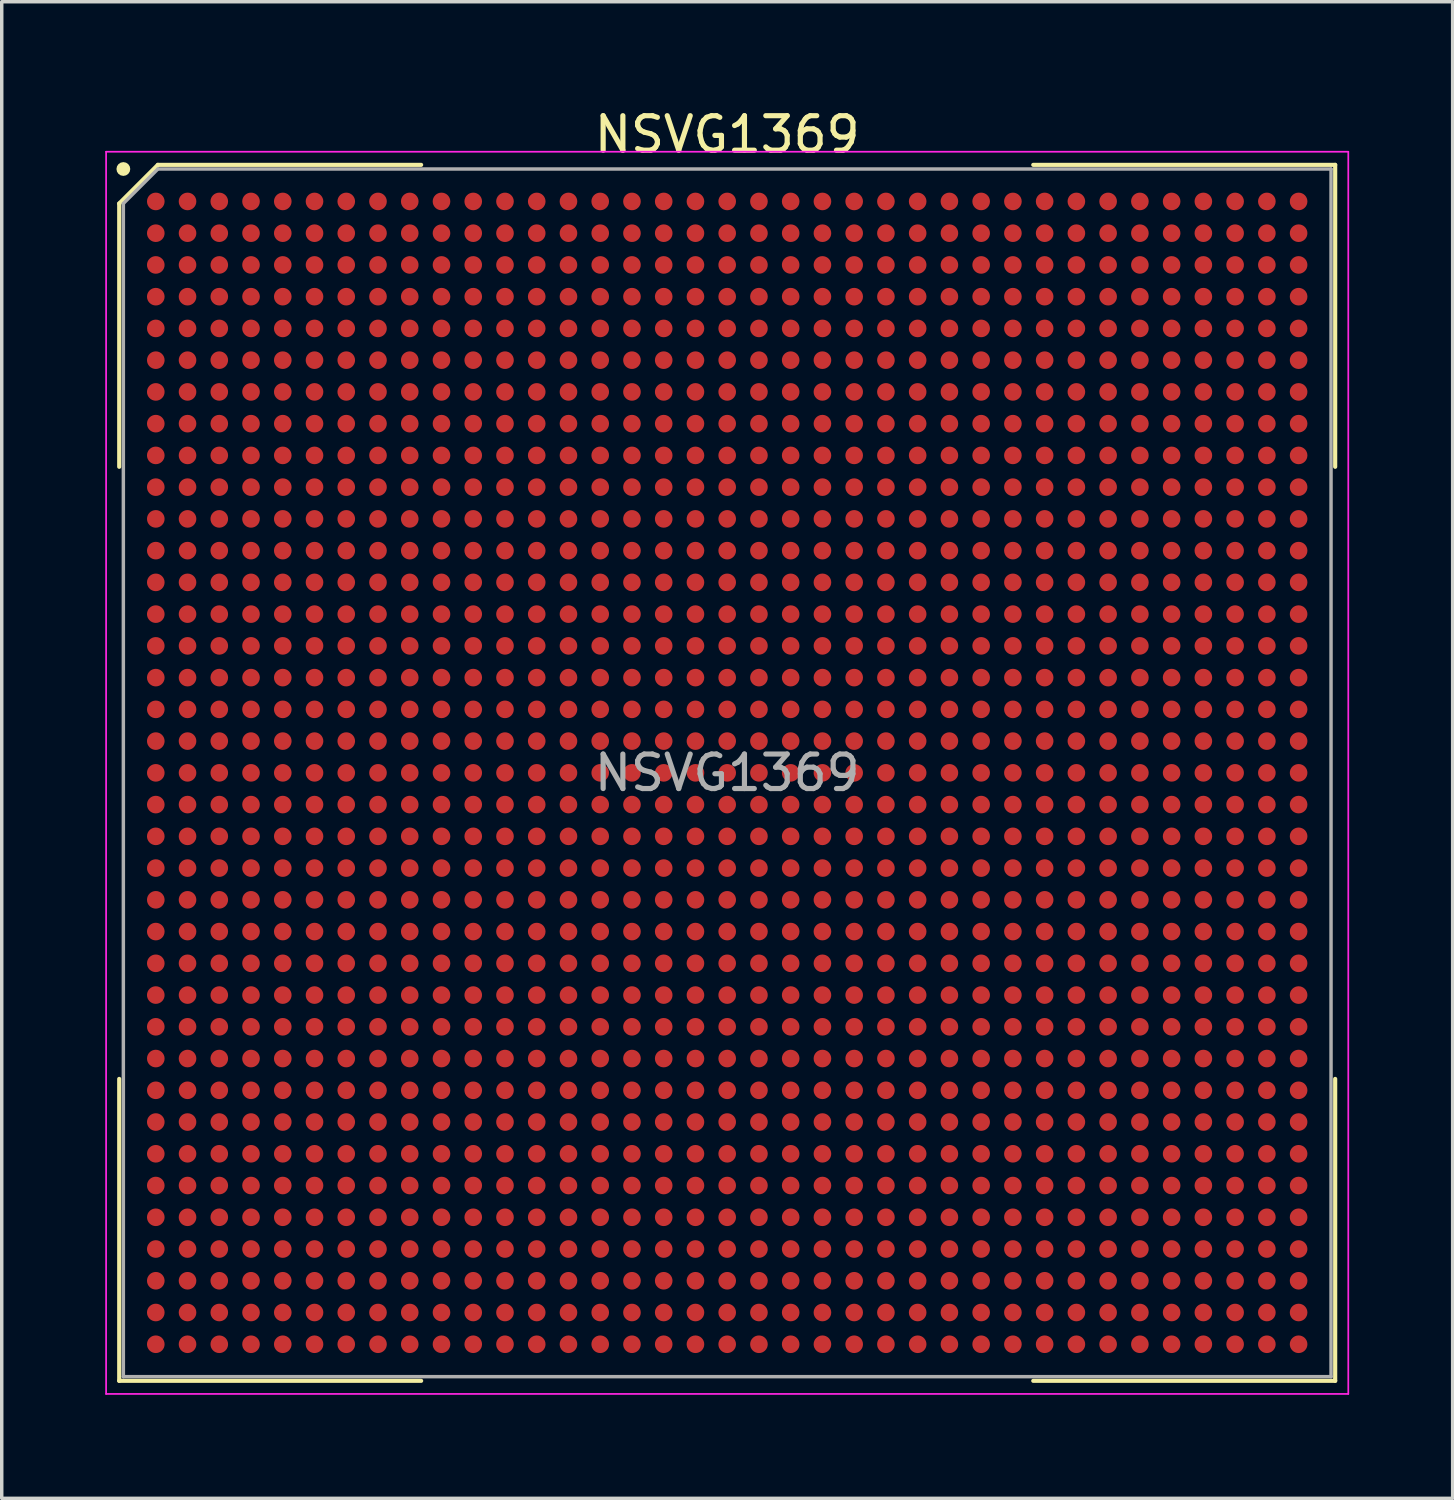
<source format=kicad_pcb>
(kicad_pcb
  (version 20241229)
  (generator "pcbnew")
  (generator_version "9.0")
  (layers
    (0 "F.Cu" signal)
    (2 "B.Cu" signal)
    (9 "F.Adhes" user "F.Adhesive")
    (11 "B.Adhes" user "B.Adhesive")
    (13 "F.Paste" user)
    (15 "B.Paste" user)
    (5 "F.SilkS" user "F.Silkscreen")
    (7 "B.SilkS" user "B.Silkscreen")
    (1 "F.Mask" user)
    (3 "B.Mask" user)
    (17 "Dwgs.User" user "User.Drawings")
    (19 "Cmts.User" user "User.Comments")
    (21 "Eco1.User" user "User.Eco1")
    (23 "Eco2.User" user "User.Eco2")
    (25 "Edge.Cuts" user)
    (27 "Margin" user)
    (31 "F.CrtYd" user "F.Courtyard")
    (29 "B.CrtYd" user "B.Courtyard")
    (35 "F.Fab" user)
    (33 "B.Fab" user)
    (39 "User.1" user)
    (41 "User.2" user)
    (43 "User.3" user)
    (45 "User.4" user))
  (footprint "NSVG1369"
    (layer "F.Cu")
    (at 18.025 19.348)
    (property "Reference" "NSVG1369" (at 0 -18.5 0) (layer "F.SilkS") (effects (font (size 1 1) (thickness 0.15))))
    (attr smd)
    (fp_line (start -17.62 -16.5) (end -17.62 -8.87) (stroke (width 0.12) (type default)) (layer "F.SilkS"))
    (fp_line (start -17.62 17.62) (end -17.62 8.87) (stroke (width 0.12) (type default)) (layer "F.SilkS"))
    (fp_line (start -16.5 -17.62) (end -17.62 -16.5) (stroke (width 0.12) (type default)) (layer "F.SilkS"))
    (fp_line (start -8.87 -17.62) (end -16.5 -17.62) (stroke (width 0.12) (type default)) (layer "F.SilkS"))
    (fp_line (start -8.87 17.62) (end -17.62 17.62) (stroke (width 0.12) (type default)) (layer "F.SilkS"))
    (fp_line (start 8.87 -17.62) (end 17.62 -17.62) (stroke (width 0.12) (type default)) (layer "F.SilkS"))
    (fp_line (start 8.87 17.62) (end 17.62 17.62) (stroke (width 0.12) (type default)) (layer "F.SilkS"))
    (fp_line (start 17.62 -17.62) (end 17.62 -8.87) (stroke (width 0.12) (type default)) (layer "F.SilkS"))
    (fp_line (start 17.62 17.62) (end 17.62 8.87) (stroke (width 0.12) (type default)) (layer "F.SilkS"))
    (fp_circle (center -17.5 -17.5) (end -17.5 -17.4) (stroke (width 0.2) (type default)) (fill no) (layer "F.SilkS"))
    (fp_line (start -18 -18) (end 18 -18) (stroke (width 0.05) (type default)) (layer "F.CrtYd"))
    (fp_line (start -18 18) (end -18 -18) (stroke (width 0.05) (type default)) (layer "F.CrtYd"))
    (fp_line (start 18 -18) (end 18 18) (stroke (width 0.05) (type default)) (layer "F.CrtYd"))
    (fp_line (start 18 18) (end -18 18) (stroke (width 0.05) (type default)) (layer "F.CrtYd"))
    (fp_line (start -17.5 -16.5) (end -17.5 17.5) (stroke (width 0.1) (type default)) (layer "F.Fab"))
    (fp_line (start -17.5 17.5) (end 17.5 17.5) (stroke (width 0.1) (type default)) (layer "F.Fab"))
    (fp_line (start -16.5 -17.5) (end -17.5 -16.5) (stroke (width 0.1) (type default)) (layer "F.Fab"))
    (fp_line (start 17.5 -17.5) (end -16.5 -17.5) (stroke (width 0.1) (type default)) (layer "F.Fab"))
    (fp_line (start 17.5 17.5) (end 17.5 -17.5) (stroke (width 0.1) (type default)) (layer "F.Fab"))
    (fp_text user "${REFERENCE}" (at 0 0 0) (layer "F.Fab") (effects (font (size 1 1) (thickness 0.15))))
    (pad "A1" smd circle (at -16.56 -16.56) (size 0.51 0.51) (layers "F.Cu" "F.Mask" "F.Paste"))
    (pad "A2" smd circle (at -15.64 -16.56) (size 0.51 0.51) (layers "F.Cu" "F.Mask" "F.Paste"))
    (pad "A3" smd circle (at -14.72 -16.56) (size 0.51 0.51) (layers "F.Cu" "F.Mask" "F.Paste"))
    (pad "A4" smd circle (at -13.8 -16.56) (size 0.51 0.51) (layers "F.Cu" "F.Mask" "F.Paste"))
    (pad "A5" smd circle (at -12.88 -16.56) (size 0.51 0.51) (layers "F.Cu" "F.Mask" "F.Paste"))
    (pad "A6" smd circle (at -11.96 -16.56) (size 0.51 0.51) (layers "F.Cu" "F.Mask" "F.Paste"))
    (pad "A7" smd circle (at -11.04 -16.56) (size 0.51 0.51) (layers "F.Cu" "F.Mask" "F.Paste"))
    (pad "A8" smd circle (at -10.12 -16.56) (size 0.51 0.51) (layers "F.Cu" "F.Mask" "F.Paste"))
    (pad "A9" smd circle (at -9.2 -16.56) (size 0.51 0.51) (layers "F.Cu" "F.Mask" "F.Paste"))
    (pad "A10" smd circle (at -8.28 -16.56) (size 0.51 0.51) (layers "F.Cu" "F.Mask" "F.Paste"))
    (pad "A11" smd circle (at -7.36 -16.56) (size 0.51 0.51) (layers "F.Cu" "F.Mask" "F.Paste"))
    (pad "A12" smd circle (at -6.44 -16.56) (size 0.51 0.51) (layers "F.Cu" "F.Mask" "F.Paste"))
    (pad "A13" smd circle (at -5.52 -16.56) (size 0.51 0.51) (layers "F.Cu" "F.Mask" "F.Paste"))
    (pad "A14" smd circle (at -4.6 -16.56) (size 0.51 0.51) (layers "F.Cu" "F.Mask" "F.Paste"))
    (pad "A15" smd circle (at -3.68 -16.56) (size 0.51 0.51) (layers "F.Cu" "F.Mask" "F.Paste"))
    (pad "A16" smd circle (at -2.76 -16.56) (size 0.51 0.51) (layers "F.Cu" "F.Mask" "F.Paste"))
    (pad "A17" smd circle (at -1.84 -16.56) (size 0.51 0.51) (layers "F.Cu" "F.Mask" "F.Paste"))
    (pad "A18" smd circle (at -0.92 -16.56) (size 0.51 0.51) (layers "F.Cu" "F.Mask" "F.Paste"))
    (pad "A19" smd circle (at 0 -16.56) (size 0.51 0.51) (layers "F.Cu" "F.Mask" "F.Paste"))
    (pad "A20" smd circle (at 0.92 -16.56) (size 0.51 0.51) (layers "F.Cu" "F.Mask" "F.Paste"))
    (pad "A21" smd circle (at 1.84 -16.56) (size 0.51 0.51) (layers "F.Cu" "F.Mask" "F.Paste"))
    (pad "A22" smd circle (at 2.76 -16.56) (size 0.51 0.51) (layers "F.Cu" "F.Mask" "F.Paste"))
    (pad "A23" smd circle (at 3.68 -16.56) (size 0.51 0.51) (layers "F.Cu" "F.Mask" "F.Paste"))
    (pad "A24" smd circle (at 4.6 -16.56) (size 0.51 0.51) (layers "F.Cu" "F.Mask" "F.Paste"))
    (pad "A25" smd circle (at 5.52 -16.56) (size 0.51 0.51) (layers "F.Cu" "F.Mask" "F.Paste"))
    (pad "A26" smd circle (at 6.44 -16.56) (size 0.51 0.51) (layers "F.Cu" "F.Mask" "F.Paste"))
    (pad "A27" smd circle (at 7.36 -16.56) (size 0.51 0.51) (layers "F.Cu" "F.Mask" "F.Paste"))
    (pad "A28" smd circle (at 8.28 -16.56) (size 0.51 0.51) (layers "F.Cu" "F.Mask" "F.Paste"))
    (pad "A29" smd circle (at 9.2 -16.56) (size 0.51 0.51) (layers "F.Cu" "F.Mask" "F.Paste"))
    (pad "A30" smd circle (at 10.12 -16.56) (size 0.51 0.51) (layers "F.Cu" "F.Mask" "F.Paste"))
    (pad "A31" smd circle (at 11.04 -16.56) (size 0.51 0.51) (layers "F.Cu" "F.Mask" "F.Paste"))
    (pad "A32" smd circle (at 11.96 -16.56) (size 0.51 0.51) (layers "F.Cu" "F.Mask" "F.Paste"))
    (pad "A33" smd circle (at 12.88 -16.56) (size 0.51 0.51) (layers "F.Cu" "F.Mask" "F.Paste"))
    (pad "A34" smd circle (at 13.8 -16.56) (size 0.51 0.51) (layers "F.Cu" "F.Mask" "F.Paste"))
    (pad "A35" smd circle (at 14.72 -16.56) (size 0.51 0.51) (layers "F.Cu" "F.Mask" "F.Paste"))
    (pad "A36" smd circle (at 15.64 -16.56) (size 0.51 0.51) (layers "F.Cu" "F.Mask" "F.Paste"))
    (pad "A37" smd circle (at 16.56 -16.56) (size 0.51 0.51) (layers "F.Cu" "F.Mask" "F.Paste"))
    (pad "AA1" smd circle (at -16.56 1.84) (size 0.51 0.51) (layers "F.Cu" "F.Mask" "F.Paste"))
    (pad "AA2" smd circle (at -15.64 1.84) (size 0.51 0.51) (layers "F.Cu" "F.Mask" "F.Paste"))
    (pad "AA3" smd circle (at -14.72 1.84) (size 0.51 0.51) (layers "F.Cu" "F.Mask" "F.Paste"))
    (pad "AA4" smd circle (at -13.8 1.84) (size 0.51 0.51) (layers "F.Cu" "F.Mask" "F.Paste"))
    (pad "AA5" smd circle (at -12.88 1.84) (size 0.51 0.51) (layers "F.Cu" "F.Mask" "F.Paste"))
    (pad "AA6" smd circle (at -11.96 1.84) (size 0.51 0.51) (layers "F.Cu" "F.Mask" "F.Paste"))
    (pad "AA7" smd circle (at -11.04 1.84) (size 0.51 0.51) (layers "F.Cu" "F.Mask" "F.Paste"))
    (pad "AA8" smd circle (at -10.12 1.84) (size 0.51 0.51) (layers "F.Cu" "F.Mask" "F.Paste"))
    (pad "AA9" smd circle (at -9.2 1.84) (size 0.51 0.51) (layers "F.Cu" "F.Mask" "F.Paste"))
    (pad "AA10" smd circle (at -8.28 1.84) (size 0.51 0.51) (layers "F.Cu" "F.Mask" "F.Paste"))
    (pad "AA11" smd circle (at -7.36 1.84) (size 0.51 0.51) (layers "F.Cu" "F.Mask" "F.Paste"))
    (pad "AA12" smd circle (at -6.44 1.84) (size 0.51 0.51) (layers "F.Cu" "F.Mask" "F.Paste"))
    (pad "AA13" smd circle (at -5.52 1.84) (size 0.51 0.51) (layers "F.Cu" "F.Mask" "F.Paste"))
    (pad "AA14" smd circle (at -4.6 1.84) (size 0.51 0.51) (layers "F.Cu" "F.Mask" "F.Paste"))
    (pad "AA15" smd circle (at -3.68 1.84) (size 0.51 0.51) (layers "F.Cu" "F.Mask" "F.Paste"))
    (pad "AA16" smd circle (at -2.76 1.84) (size 0.51 0.51) (layers "F.Cu" "F.Mask" "F.Paste"))
    (pad "AA17" smd circle (at -1.84 1.84) (size 0.51 0.51) (layers "F.Cu" "F.Mask" "F.Paste"))
    (pad "AA18" smd circle (at -0.92 1.84) (size 0.51 0.51) (layers "F.Cu" "F.Mask" "F.Paste"))
    (pad "AA19" smd circle (at 0 1.84) (size 0.51 0.51) (layers "F.Cu" "F.Mask" "F.Paste"))
    (pad "AA20" smd circle (at 0.92 1.84) (size 0.51 0.51) (layers "F.Cu" "F.Mask" "F.Paste"))
    (pad "AA21" smd circle (at 1.84 1.84) (size 0.51 0.51) (layers "F.Cu" "F.Mask" "F.Paste"))
    (pad "AA22" smd circle (at 2.76 1.84) (size 0.51 0.51) (layers "F.Cu" "F.Mask" "F.Paste"))
    (pad "AA23" smd circle (at 3.68 1.84) (size 0.51 0.51) (layers "F.Cu" "F.Mask" "F.Paste"))
    (pad "AA24" smd circle (at 4.6 1.84) (size 0.51 0.51) (layers "F.Cu" "F.Mask" "F.Paste"))
    (pad "AA25" smd circle (at 5.52 1.84) (size 0.51 0.51) (layers "F.Cu" "F.Mask" "F.Paste"))
    (pad "AA26" smd circle (at 6.44 1.84) (size 0.51 0.51) (layers "F.Cu" "F.Mask" "F.Paste"))
    (pad "AA27" smd circle (at 7.36 1.84) (size 0.51 0.51) (layers "F.Cu" "F.Mask" "F.Paste"))
    (pad "AA28" smd circle (at 8.28 1.84) (size 0.51 0.51) (layers "F.Cu" "F.Mask" "F.Paste"))
    (pad "AA29" smd circle (at 9.2 1.84) (size 0.51 0.51) (layers "F.Cu" "F.Mask" "F.Paste"))
    (pad "AA30" smd circle (at 10.12 1.84) (size 0.51 0.51) (layers "F.Cu" "F.Mask" "F.Paste"))
    (pad "AA31" smd circle (at 11.04 1.84) (size 0.51 0.51) (layers "F.Cu" "F.Mask" "F.Paste"))
    (pad "AA32" smd circle (at 11.96 1.84) (size 0.51 0.51) (layers "F.Cu" "F.Mask" "F.Paste"))
    (pad "AA33" smd circle (at 12.88 1.84) (size 0.51 0.51) (layers "F.Cu" "F.Mask" "F.Paste"))
    (pad "AA34" smd circle (at 13.8 1.84) (size 0.51 0.51) (layers "F.Cu" "F.Mask" "F.Paste"))
    (pad "AA35" smd circle (at 14.72 1.84) (size 0.51 0.51) (layers "F.Cu" "F.Mask" "F.Paste"))
    (pad "AA36" smd circle (at 15.64 1.84) (size 0.51 0.51) (layers "F.Cu" "F.Mask" "F.Paste"))
    (pad "AA37" smd circle (at 16.56 1.84) (size 0.51 0.51) (layers "F.Cu" "F.Mask" "F.Paste"))
    (pad "AB1" smd circle (at -16.56 2.76) (size 0.51 0.51) (layers "F.Cu" "F.Mask" "F.Paste"))
    (pad "AB2" smd circle (at -15.64 2.76) (size 0.51 0.51) (layers "F.Cu" "F.Mask" "F.Paste"))
    (pad "AB3" smd circle (at -14.72 2.76) (size 0.51 0.51) (layers "F.Cu" "F.Mask" "F.Paste"))
    (pad "AB4" smd circle (at -13.8 2.76) (size 0.51 0.51) (layers "F.Cu" "F.Mask" "F.Paste"))
    (pad "AB5" smd circle (at -12.88 2.76) (size 0.51 0.51) (layers "F.Cu" "F.Mask" "F.Paste"))
    (pad "AB6" smd circle (at -11.96 2.76) (size 0.51 0.51) (layers "F.Cu" "F.Mask" "F.Paste"))
    (pad "AB7" smd circle (at -11.04 2.76) (size 0.51 0.51) (layers "F.Cu" "F.Mask" "F.Paste"))
    (pad "AB8" smd circle (at -10.12 2.76) (size 0.51 0.51) (layers "F.Cu" "F.Mask" "F.Paste"))
    (pad "AB9" smd circle (at -9.2 2.76) (size 0.51 0.51) (layers "F.Cu" "F.Mask" "F.Paste"))
    (pad "AB10" smd circle (at -8.28 2.76) (size 0.51 0.51) (layers "F.Cu" "F.Mask" "F.Paste"))
    (pad "AB11" smd circle (at -7.36 2.76) (size 0.51 0.51) (layers "F.Cu" "F.Mask" "F.Paste"))
    (pad "AB12" smd circle (at -6.44 2.76) (size 0.51 0.51) (layers "F.Cu" "F.Mask" "F.Paste"))
    (pad "AB13" smd circle (at -5.52 2.76) (size 0.51 0.51) (layers "F.Cu" "F.Mask" "F.Paste"))
    (pad "AB14" smd circle (at -4.6 2.76) (size 0.51 0.51) (layers "F.Cu" "F.Mask" "F.Paste"))
    (pad "AB15" smd circle (at -3.68 2.76) (size 0.51 0.51) (layers "F.Cu" "F.Mask" "F.Paste"))
    (pad "AB16" smd circle (at -2.76 2.76) (size 0.51 0.51) (layers "F.Cu" "F.Mask" "F.Paste"))
    (pad "AB17" smd circle (at -1.84 2.76) (size 0.51 0.51) (layers "F.Cu" "F.Mask" "F.Paste"))
    (pad "AB18" smd circle (at -0.92 2.76) (size 0.51 0.51) (layers "F.Cu" "F.Mask" "F.Paste"))
    (pad "AB19" smd circle (at 0 2.76) (size 0.51 0.51) (layers "F.Cu" "F.Mask" "F.Paste"))
    (pad "AB20" smd circle (at 0.92 2.76) (size 0.51 0.51) (layers "F.Cu" "F.Mask" "F.Paste"))
    (pad "AB21" smd circle (at 1.84 2.76) (size 0.51 0.51) (layers "F.Cu" "F.Mask" "F.Paste"))
    (pad "AB22" smd circle (at 2.76 2.76) (size 0.51 0.51) (layers "F.Cu" "F.Mask" "F.Paste"))
    (pad "AB23" smd circle (at 3.68 2.76) (size 0.51 0.51) (layers "F.Cu" "F.Mask" "F.Paste"))
    (pad "AB24" smd circle (at 4.6 2.76) (size 0.51 0.51) (layers "F.Cu" "F.Mask" "F.Paste"))
    (pad "AB25" smd circle (at 5.52 2.76) (size 0.51 0.51) (layers "F.Cu" "F.Mask" "F.Paste"))
    (pad "AB26" smd circle (at 6.44 2.76) (size 0.51 0.51) (layers "F.Cu" "F.Mask" "F.Paste"))
    (pad "AB27" smd circle (at 7.36 2.76) (size 0.51 0.51) (layers "F.Cu" "F.Mask" "F.Paste"))
    (pad "AB28" smd circle (at 8.28 2.76) (size 0.51 0.51) (layers "F.Cu" "F.Mask" "F.Paste"))
    (pad "AB29" smd circle (at 9.2 2.76) (size 0.51 0.51) (layers "F.Cu" "F.Mask" "F.Paste"))
    (pad "AB30" smd circle (at 10.12 2.76) (size 0.51 0.51) (layers "F.Cu" "F.Mask" "F.Paste"))
    (pad "AB31" smd circle (at 11.04 2.76) (size 0.51 0.51) (layers "F.Cu" "F.Mask" "F.Paste"))
    (pad "AB32" smd circle (at 11.96 2.76) (size 0.51 0.51) (layers "F.Cu" "F.Mask" "F.Paste"))
    (pad "AB33" smd circle (at 12.88 2.76) (size 0.51 0.51) (layers "F.Cu" "F.Mask" "F.Paste"))
    (pad "AB34" smd circle (at 13.8 2.76) (size 0.51 0.51) (layers "F.Cu" "F.Mask" "F.Paste"))
    (pad "AB35" smd circle (at 14.72 2.76) (size 0.51 0.51) (layers "F.Cu" "F.Mask" "F.Paste"))
    (pad "AB36" smd circle (at 15.64 2.76) (size 0.51 0.51) (layers "F.Cu" "F.Mask" "F.Paste"))
    (pad "AB37" smd circle (at 16.56 2.76) (size 0.51 0.51) (layers "F.Cu" "F.Mask" "F.Paste"))
    (pad "AC1" smd circle (at -16.56 3.68) (size 0.51 0.51) (layers "F.Cu" "F.Mask" "F.Paste"))
    (pad "AC2" smd circle (at -15.64 3.68) (size 0.51 0.51) (layers "F.Cu" "F.Mask" "F.Paste"))
    (pad "AC3" smd circle (at -14.72 3.68) (size 0.51 0.51) (layers "F.Cu" "F.Mask" "F.Paste"))
    (pad "AC4" smd circle (at -13.8 3.68) (size 0.51 0.51) (layers "F.Cu" "F.Mask" "F.Paste"))
    (pad "AC5" smd circle (at -12.88 3.68) (size 0.51 0.51) (layers "F.Cu" "F.Mask" "F.Paste"))
    (pad "AC6" smd circle (at -11.96 3.68) (size 0.51 0.51) (layers "F.Cu" "F.Mask" "F.Paste"))
    (pad "AC7" smd circle (at -11.04 3.68) (size 0.51 0.51) (layers "F.Cu" "F.Mask" "F.Paste"))
    (pad "AC8" smd circle (at -10.12 3.68) (size 0.51 0.51) (layers "F.Cu" "F.Mask" "F.Paste"))
    (pad "AC9" smd circle (at -9.2 3.68) (size 0.51 0.51) (layers "F.Cu" "F.Mask" "F.Paste"))
    (pad "AC10" smd circle (at -8.28 3.68) (size 0.51 0.51) (layers "F.Cu" "F.Mask" "F.Paste"))
    (pad "AC11" smd circle (at -7.36 3.68) (size 0.51 0.51) (layers "F.Cu" "F.Mask" "F.Paste"))
    (pad "AC12" smd circle (at -6.44 3.68) (size 0.51 0.51) (layers "F.Cu" "F.Mask" "F.Paste"))
    (pad "AC13" smd circle (at -5.52 3.68) (size 0.51 0.51) (layers "F.Cu" "F.Mask" "F.Paste"))
    (pad "AC14" smd circle (at -4.6 3.68) (size 0.51 0.51) (layers "F.Cu" "F.Mask" "F.Paste"))
    (pad "AC15" smd circle (at -3.68 3.68) (size 0.51 0.51) (layers "F.Cu" "F.Mask" "F.Paste"))
    (pad "AC16" smd circle (at -2.76 3.68) (size 0.51 0.51) (layers "F.Cu" "F.Mask" "F.Paste"))
    (pad "AC17" smd circle (at -1.84 3.68) (size 0.51 0.51) (layers "F.Cu" "F.Mask" "F.Paste"))
    (pad "AC18" smd circle (at -0.92 3.68) (size 0.51 0.51) (layers "F.Cu" "F.Mask" "F.Paste"))
    (pad "AC19" smd circle (at 0 3.68) (size 0.51 0.51) (layers "F.Cu" "F.Mask" "F.Paste"))
    (pad "AC20" smd circle (at 0.92 3.68) (size 0.51 0.51) (layers "F.Cu" "F.Mask" "F.Paste"))
    (pad "AC21" smd circle (at 1.84 3.68) (size 0.51 0.51) (layers "F.Cu" "F.Mask" "F.Paste"))
    (pad "AC22" smd circle (at 2.76 3.68) (size 0.51 0.51) (layers "F.Cu" "F.Mask" "F.Paste"))
    (pad "AC23" smd circle (at 3.68 3.68) (size 0.51 0.51) (layers "F.Cu" "F.Mask" "F.Paste"))
    (pad "AC24" smd circle (at 4.6 3.68) (size 0.51 0.51) (layers "F.Cu" "F.Mask" "F.Paste"))
    (pad "AC25" smd circle (at 5.52 3.68) (size 0.51 0.51) (layers "F.Cu" "F.Mask" "F.Paste"))
    (pad "AC26" smd circle (at 6.44 3.68) (size 0.51 0.51) (layers "F.Cu" "F.Mask" "F.Paste"))
    (pad "AC27" smd circle (at 7.36 3.68) (size 0.51 0.51) (layers "F.Cu" "F.Mask" "F.Paste"))
    (pad "AC28" smd circle (at 8.28 3.68) (size 0.51 0.51) (layers "F.Cu" "F.Mask" "F.Paste"))
    (pad "AC29" smd circle (at 9.2 3.68) (size 0.51 0.51) (layers "F.Cu" "F.Mask" "F.Paste"))
    (pad "AC30" smd circle (at 10.12 3.68) (size 0.51 0.51) (layers "F.Cu" "F.Mask" "F.Paste"))
    (pad "AC31" smd circle (at 11.04 3.68) (size 0.51 0.51) (layers "F.Cu" "F.Mask" "F.Paste"))
    (pad "AC32" smd circle (at 11.96 3.68) (size 0.51 0.51) (layers "F.Cu" "F.Mask" "F.Paste"))
    (pad "AC33" smd circle (at 12.88 3.68) (size 0.51 0.51) (layers "F.Cu" "F.Mask" "F.Paste"))
    (pad "AC34" smd circle (at 13.8 3.68) (size 0.51 0.51) (layers "F.Cu" "F.Mask" "F.Paste"))
    (pad "AC35" smd circle (at 14.72 3.68) (size 0.51 0.51) (layers "F.Cu" "F.Mask" "F.Paste"))
    (pad "AC36" smd circle (at 15.64 3.68) (size 0.51 0.51) (layers "F.Cu" "F.Mask" "F.Paste"))
    (pad "AC37" smd circle (at 16.56 3.68) (size 0.51 0.51) (layers "F.Cu" "F.Mask" "F.Paste"))
    (pad "AD1" smd circle (at -16.56 4.6) (size 0.51 0.51) (layers "F.Cu" "F.Mask" "F.Paste"))
    (pad "AD2" smd circle (at -15.64 4.6) (size 0.51 0.51) (layers "F.Cu" "F.Mask" "F.Paste"))
    (pad "AD3" smd circle (at -14.72 4.6) (size 0.51 0.51) (layers "F.Cu" "F.Mask" "F.Paste"))
    (pad "AD4" smd circle (at -13.8 4.6) (size 0.51 0.51) (layers "F.Cu" "F.Mask" "F.Paste"))
    (pad "AD5" smd circle (at -12.88 4.6) (size 0.51 0.51) (layers "F.Cu" "F.Mask" "F.Paste"))
    (pad "AD6" smd circle (at -11.96 4.6) (size 0.51 0.51) (layers "F.Cu" "F.Mask" "F.Paste"))
    (pad "AD7" smd circle (at -11.04 4.6) (size 0.51 0.51) (layers "F.Cu" "F.Mask" "F.Paste"))
    (pad "AD8" smd circle (at -10.12 4.6) (size 0.51 0.51) (layers "F.Cu" "F.Mask" "F.Paste"))
    (pad "AD9" smd circle (at -9.2 4.6) (size 0.51 0.51) (layers "F.Cu" "F.Mask" "F.Paste"))
    (pad "AD10" smd circle (at -8.28 4.6) (size 0.51 0.51) (layers "F.Cu" "F.Mask" "F.Paste"))
    (pad "AD11" smd circle (at -7.36 4.6) (size 0.51 0.51) (layers "F.Cu" "F.Mask" "F.Paste"))
    (pad "AD12" smd circle (at -6.44 4.6) (size 0.51 0.51) (layers "F.Cu" "F.Mask" "F.Paste"))
    (pad "AD13" smd circle (at -5.52 4.6) (size 0.51 0.51) (layers "F.Cu" "F.Mask" "F.Paste"))
    (pad "AD14" smd circle (at -4.6 4.6) (size 0.51 0.51) (layers "F.Cu" "F.Mask" "F.Paste"))
    (pad "AD15" smd circle (at -3.68 4.6) (size 0.51 0.51) (layers "F.Cu" "F.Mask" "F.Paste"))
    (pad "AD16" smd circle (at -2.76 4.6) (size 0.51 0.51) (layers "F.Cu" "F.Mask" "F.Paste"))
    (pad "AD17" smd circle (at -1.84 4.6) (size 0.51 0.51) (layers "F.Cu" "F.Mask" "F.Paste"))
    (pad "AD18" smd circle (at -0.92 4.6) (size 0.51 0.51) (layers "F.Cu" "F.Mask" "F.Paste"))
    (pad "AD19" smd circle (at 0 4.6) (size 0.51 0.51) (layers "F.Cu" "F.Mask" "F.Paste"))
    (pad "AD20" smd circle (at 0.92 4.6) (size 0.51 0.51) (layers "F.Cu" "F.Mask" "F.Paste"))
    (pad "AD21" smd circle (at 1.84 4.6) (size 0.51 0.51) (layers "F.Cu" "F.Mask" "F.Paste"))
    (pad "AD22" smd circle (at 2.76 4.6) (size 0.51 0.51) (layers "F.Cu" "F.Mask" "F.Paste"))
    (pad "AD23" smd circle (at 3.68 4.6) (size 0.51 0.51) (layers "F.Cu" "F.Mask" "F.Paste"))
    (pad "AD24" smd circle (at 4.6 4.6) (size 0.51 0.51) (layers "F.Cu" "F.Mask" "F.Paste"))
    (pad "AD25" smd circle (at 5.52 4.6) (size 0.51 0.51) (layers "F.Cu" "F.Mask" "F.Paste"))
    (pad "AD26" smd circle (at 6.44 4.6) (size 0.51 0.51) (layers "F.Cu" "F.Mask" "F.Paste"))
    (pad "AD27" smd circle (at 7.36 4.6) (size 0.51 0.51) (layers "F.Cu" "F.Mask" "F.Paste"))
    (pad "AD28" smd circle (at 8.28 4.6) (size 0.51 0.51) (layers "F.Cu" "F.Mask" "F.Paste"))
    (pad "AD29" smd circle (at 9.2 4.6) (size 0.51 0.51) (layers "F.Cu" "F.Mask" "F.Paste"))
    (pad "AD30" smd circle (at 10.12 4.6) (size 0.51 0.51) (layers "F.Cu" "F.Mask" "F.Paste"))
    (pad "AD31" smd circle (at 11.04 4.6) (size 0.51 0.51) (layers "F.Cu" "F.Mask" "F.Paste"))
    (pad "AD32" smd circle (at 11.96 4.6) (size 0.51 0.51) (layers "F.Cu" "F.Mask" "F.Paste"))
    (pad "AD33" smd circle (at 12.88 4.6) (size 0.51 0.51) (layers "F.Cu" "F.Mask" "F.Paste"))
    (pad "AD34" smd circle (at 13.8 4.6) (size 0.51 0.51) (layers "F.Cu" "F.Mask" "F.Paste"))
    (pad "AD35" smd circle (at 14.72 4.6) (size 0.51 0.51) (layers "F.Cu" "F.Mask" "F.Paste"))
    (pad "AD36" smd circle (at 15.64 4.6) (size 0.51 0.51) (layers "F.Cu" "F.Mask" "F.Paste"))
    (pad "AD37" smd circle (at 16.56 4.6) (size 0.51 0.51) (layers "F.Cu" "F.Mask" "F.Paste"))
    (pad "AE1" smd circle (at -16.56 5.52) (size 0.51 0.51) (layers "F.Cu" "F.Mask" "F.Paste"))
    (pad "AE2" smd circle (at -15.64 5.52) (size 0.51 0.51) (layers "F.Cu" "F.Mask" "F.Paste"))
    (pad "AE3" smd circle (at -14.72 5.52) (size 0.51 0.51) (layers "F.Cu" "F.Mask" "F.Paste"))
    (pad "AE4" smd circle (at -13.8 5.52) (size 0.51 0.51) (layers "F.Cu" "F.Mask" "F.Paste"))
    (pad "AE5" smd circle (at -12.88 5.52) (size 0.51 0.51) (layers "F.Cu" "F.Mask" "F.Paste"))
    (pad "AE6" smd circle (at -11.96 5.52) (size 0.51 0.51) (layers "F.Cu" "F.Mask" "F.Paste"))
    (pad "AE7" smd circle (at -11.04 5.52) (size 0.51 0.51) (layers "F.Cu" "F.Mask" "F.Paste"))
    (pad "AE8" smd circle (at -10.12 5.52) (size 0.51 0.51) (layers "F.Cu" "F.Mask" "F.Paste"))
    (pad "AE9" smd circle (at -9.2 5.52) (size 0.51 0.51) (layers "F.Cu" "F.Mask" "F.Paste"))
    (pad "AE10" smd circle (at -8.28 5.52) (size 0.51 0.51) (layers "F.Cu" "F.Mask" "F.Paste"))
    (pad "AE11" smd circle (at -7.36 5.52) (size 0.51 0.51) (layers "F.Cu" "F.Mask" "F.Paste"))
    (pad "AE12" smd circle (at -6.44 5.52) (size 0.51 0.51) (layers "F.Cu" "F.Mask" "F.Paste"))
    (pad "AE13" smd circle (at -5.52 5.52) (size 0.51 0.51) (layers "F.Cu" "F.Mask" "F.Paste"))
    (pad "AE14" smd circle (at -4.6 5.52) (size 0.51 0.51) (layers "F.Cu" "F.Mask" "F.Paste"))
    (pad "AE15" smd circle (at -3.68 5.52) (size 0.51 0.51) (layers "F.Cu" "F.Mask" "F.Paste"))
    (pad "AE16" smd circle (at -2.76 5.52) (size 0.51 0.51) (layers "F.Cu" "F.Mask" "F.Paste"))
    (pad "AE17" smd circle (at -1.84 5.52) (size 0.51 0.51) (layers "F.Cu" "F.Mask" "F.Paste"))
    (pad "AE18" smd circle (at -0.92 5.52) (size 0.51 0.51) (layers "F.Cu" "F.Mask" "F.Paste"))
    (pad "AE19" smd circle (at 0 5.52) (size 0.51 0.51) (layers "F.Cu" "F.Mask" "F.Paste"))
    (pad "AE20" smd circle (at 0.92 5.52) (size 0.51 0.51) (layers "F.Cu" "F.Mask" "F.Paste"))
    (pad "AE21" smd circle (at 1.84 5.52) (size 0.51 0.51) (layers "F.Cu" "F.Mask" "F.Paste"))
    (pad "AE22" smd circle (at 2.76 5.52) (size 0.51 0.51) (layers "F.Cu" "F.Mask" "F.Paste"))
    (pad "AE23" smd circle (at 3.68 5.52) (size 0.51 0.51) (layers "F.Cu" "F.Mask" "F.Paste"))
    (pad "AE24" smd circle (at 4.6 5.52) (size 0.51 0.51) (layers "F.Cu" "F.Mask" "F.Paste"))
    (pad "AE25" smd circle (at 5.52 5.52) (size 0.51 0.51) (layers "F.Cu" "F.Mask" "F.Paste"))
    (pad "AE26" smd circle (at 6.44 5.52) (size 0.51 0.51) (layers "F.Cu" "F.Mask" "F.Paste"))
    (pad "AE27" smd circle (at 7.36 5.52) (size 0.51 0.51) (layers "F.Cu" "F.Mask" "F.Paste"))
    (pad "AE28" smd circle (at 8.28 5.52) (size 0.51 0.51) (layers "F.Cu" "F.Mask" "F.Paste"))
    (pad "AE29" smd circle (at 9.2 5.52) (size 0.51 0.51) (layers "F.Cu" "F.Mask" "F.Paste"))
    (pad "AE30" smd circle (at 10.12 5.52) (size 0.51 0.51) (layers "F.Cu" "F.Mask" "F.Paste"))
    (pad "AE31" smd circle (at 11.04 5.52) (size 0.51 0.51) (layers "F.Cu" "F.Mask" "F.Paste"))
    (pad "AE32" smd circle (at 11.96 5.52) (size 0.51 0.51) (layers "F.Cu" "F.Mask" "F.Paste"))
    (pad "AE33" smd circle (at 12.88 5.52) (size 0.51 0.51) (layers "F.Cu" "F.Mask" "F.Paste"))
    (pad "AE34" smd circle (at 13.8 5.52) (size 0.51 0.51) (layers "F.Cu" "F.Mask" "F.Paste"))
    (pad "AE35" smd circle (at 14.72 5.52) (size 0.51 0.51) (layers "F.Cu" "F.Mask" "F.Paste"))
    (pad "AE36" smd circle (at 15.64 5.52) (size 0.51 0.51) (layers "F.Cu" "F.Mask" "F.Paste"))
    (pad "AE37" smd circle (at 16.56 5.52) (size 0.51 0.51) (layers "F.Cu" "F.Mask" "F.Paste"))
    (pad "AF1" smd circle (at -16.56 6.44) (size 0.51 0.51) (layers "F.Cu" "F.Mask" "F.Paste"))
    (pad "AF2" smd circle (at -15.64 6.44) (size 0.51 0.51) (layers "F.Cu" "F.Mask" "F.Paste"))
    (pad "AF3" smd circle (at -14.72 6.44) (size 0.51 0.51) (layers "F.Cu" "F.Mask" "F.Paste"))
    (pad "AF4" smd circle (at -13.8 6.44) (size 0.51 0.51) (layers "F.Cu" "F.Mask" "F.Paste"))
    (pad "AF5" smd circle (at -12.88 6.44) (size 0.51 0.51) (layers "F.Cu" "F.Mask" "F.Paste"))
    (pad "AF6" smd circle (at -11.96 6.44) (size 0.51 0.51) (layers "F.Cu" "F.Mask" "F.Paste"))
    (pad "AF7" smd circle (at -11.04 6.44) (size 0.51 0.51) (layers "F.Cu" "F.Mask" "F.Paste"))
    (pad "AF8" smd circle (at -10.12 6.44) (size 0.51 0.51) (layers "F.Cu" "F.Mask" "F.Paste"))
    (pad "AF9" smd circle (at -9.2 6.44) (size 0.51 0.51) (layers "F.Cu" "F.Mask" "F.Paste"))
    (pad "AF10" smd circle (at -8.28 6.44) (size 0.51 0.51) (layers "F.Cu" "F.Mask" "F.Paste"))
    (pad "AF11" smd circle (at -7.36 6.44) (size 0.51 0.51) (layers "F.Cu" "F.Mask" "F.Paste"))
    (pad "AF12" smd circle (at -6.44 6.44) (size 0.51 0.51) (layers "F.Cu" "F.Mask" "F.Paste"))
    (pad "AF13" smd circle (at -5.52 6.44) (size 0.51 0.51) (layers "F.Cu" "F.Mask" "F.Paste"))
    (pad "AF14" smd circle (at -4.6 6.44) (size 0.51 0.51) (layers "F.Cu" "F.Mask" "F.Paste"))
    (pad "AF15" smd circle (at -3.68 6.44) (size 0.51 0.51) (layers "F.Cu" "F.Mask" "F.Paste"))
    (pad "AF16" smd circle (at -2.76 6.44) (size 0.51 0.51) (layers "F.Cu" "F.Mask" "F.Paste"))
    (pad "AF17" smd circle (at -1.84 6.44) (size 0.51 0.51) (layers "F.Cu" "F.Mask" "F.Paste"))
    (pad "AF18" smd circle (at -0.92 6.44) (size 0.51 0.51) (layers "F.Cu" "F.Mask" "F.Paste"))
    (pad "AF19" smd circle (at 0 6.44) (size 0.51 0.51) (layers "F.Cu" "F.Mask" "F.Paste"))
    (pad "AF20" smd circle (at 0.92 6.44) (size 0.51 0.51) (layers "F.Cu" "F.Mask" "F.Paste"))
    (pad "AF21" smd circle (at 1.84 6.44) (size 0.51 0.51) (layers "F.Cu" "F.Mask" "F.Paste"))
    (pad "AF22" smd circle (at 2.76 6.44) (size 0.51 0.51) (layers "F.Cu" "F.Mask" "F.Paste"))
    (pad "AF23" smd circle (at 3.68 6.44) (size 0.51 0.51) (layers "F.Cu" "F.Mask" "F.Paste"))
    (pad "AF24" smd circle (at 4.6 6.44) (size 0.51 0.51) (layers "F.Cu" "F.Mask" "F.Paste"))
    (pad "AF25" smd circle (at 5.52 6.44) (size 0.51 0.51) (layers "F.Cu" "F.Mask" "F.Paste"))
    (pad "AF26" smd circle (at 6.44 6.44) (size 0.51 0.51) (layers "F.Cu" "F.Mask" "F.Paste"))
    (pad "AF27" smd circle (at 7.36 6.44) (size 0.51 0.51) (layers "F.Cu" "F.Mask" "F.Paste"))
    (pad "AF28" smd circle (at 8.28 6.44) (size 0.51 0.51) (layers "F.Cu" "F.Mask" "F.Paste"))
    (pad "AF29" smd circle (at 9.2 6.44) (size 0.51 0.51) (layers "F.Cu" "F.Mask" "F.Paste"))
    (pad "AF30" smd circle (at 10.12 6.44) (size 0.51 0.51) (layers "F.Cu" "F.Mask" "F.Paste"))
    (pad "AF31" smd circle (at 11.04 6.44) (size 0.51 0.51) (layers "F.Cu" "F.Mask" "F.Paste"))
    (pad "AF32" smd circle (at 11.96 6.44) (size 0.51 0.51) (layers "F.Cu" "F.Mask" "F.Paste"))
    (pad "AF33" smd circle (at 12.88 6.44) (size 0.51 0.51) (layers "F.Cu" "F.Mask" "F.Paste"))
    (pad "AF34" smd circle (at 13.8 6.44) (size 0.51 0.51) (layers "F.Cu" "F.Mask" "F.Paste"))
    (pad "AF35" smd circle (at 14.72 6.44) (size 0.51 0.51) (layers "F.Cu" "F.Mask" "F.Paste"))
    (pad "AF36" smd circle (at 15.64 6.44) (size 0.51 0.51) (layers "F.Cu" "F.Mask" "F.Paste"))
    (pad "AF37" smd circle (at 16.56 6.44) (size 0.51 0.51) (layers "F.Cu" "F.Mask" "F.Paste"))
    (pad "AG1" smd circle (at -16.56 7.36) (size 0.51 0.51) (layers "F.Cu" "F.Mask" "F.Paste"))
    (pad "AG2" smd circle (at -15.64 7.36) (size 0.51 0.51) (layers "F.Cu" "F.Mask" "F.Paste"))
    (pad "AG3" smd circle (at -14.72 7.36) (size 0.51 0.51) (layers "F.Cu" "F.Mask" "F.Paste"))
    (pad "AG4" smd circle (at -13.8 7.36) (size 0.51 0.51) (layers "F.Cu" "F.Mask" "F.Paste"))
    (pad "AG5" smd circle (at -12.88 7.36) (size 0.51 0.51) (layers "F.Cu" "F.Mask" "F.Paste"))
    (pad "AG6" smd circle (at -11.96 7.36) (size 0.51 0.51) (layers "F.Cu" "F.Mask" "F.Paste"))
    (pad "AG7" smd circle (at -11.04 7.36) (size 0.51 0.51) (layers "F.Cu" "F.Mask" "F.Paste"))
    (pad "AG8" smd circle (at -10.12 7.36) (size 0.51 0.51) (layers "F.Cu" "F.Mask" "F.Paste"))
    (pad "AG9" smd circle (at -9.2 7.36) (size 0.51 0.51) (layers "F.Cu" "F.Mask" "F.Paste"))
    (pad "AG10" smd circle (at -8.28 7.36) (size 0.51 0.51) (layers "F.Cu" "F.Mask" "F.Paste"))
    (pad "AG11" smd circle (at -7.36 7.36) (size 0.51 0.51) (layers "F.Cu" "F.Mask" "F.Paste"))
    (pad "AG12" smd circle (at -6.44 7.36) (size 0.51 0.51) (layers "F.Cu" "F.Mask" "F.Paste"))
    (pad "AG13" smd circle (at -5.52 7.36) (size 0.51 0.51) (layers "F.Cu" "F.Mask" "F.Paste"))
    (pad "AG14" smd circle (at -4.6 7.36) (size 0.51 0.51) (layers "F.Cu" "F.Mask" "F.Paste"))
    (pad "AG15" smd circle (at -3.68 7.36) (size 0.51 0.51) (layers "F.Cu" "F.Mask" "F.Paste"))
    (pad "AG16" smd circle (at -2.76 7.36) (size 0.51 0.51) (layers "F.Cu" "F.Mask" "F.Paste"))
    (pad "AG17" smd circle (at -1.84 7.36) (size 0.51 0.51) (layers "F.Cu" "F.Mask" "F.Paste"))
    (pad "AG18" smd circle (at -0.92 7.36) (size 0.51 0.51) (layers "F.Cu" "F.Mask" "F.Paste"))
    (pad "AG19" smd circle (at 0 7.36) (size 0.51 0.51) (layers "F.Cu" "F.Mask" "F.Paste"))
    (pad "AG20" smd circle (at 0.92 7.36) (size 0.51 0.51) (layers "F.Cu" "F.Mask" "F.Paste"))
    (pad "AG21" smd circle (at 1.84 7.36) (size 0.51 0.51) (layers "F.Cu" "F.Mask" "F.Paste"))
    (pad "AG22" smd circle (at 2.76 7.36) (size 0.51 0.51) (layers "F.Cu" "F.Mask" "F.Paste"))
    (pad "AG23" smd circle (at 3.68 7.36) (size 0.51 0.51) (layers "F.Cu" "F.Mask" "F.Paste"))
    (pad "AG24" smd circle (at 4.6 7.36) (size 0.51 0.51) (layers "F.Cu" "F.Mask" "F.Paste"))
    (pad "AG25" smd circle (at 5.52 7.36) (size 0.51 0.51) (layers "F.Cu" "F.Mask" "F.Paste"))
    (pad "AG26" smd circle (at 6.44 7.36) (size 0.51 0.51) (layers "F.Cu" "F.Mask" "F.Paste"))
    (pad "AG27" smd circle (at 7.36 7.36) (size 0.51 0.51) (layers "F.Cu" "F.Mask" "F.Paste"))
    (pad "AG28" smd circle (at 8.28 7.36) (size 0.51 0.51) (layers "F.Cu" "F.Mask" "F.Paste"))
    (pad "AG29" smd circle (at 9.2 7.36) (size 0.51 0.51) (layers "F.Cu" "F.Mask" "F.Paste"))
    (pad "AG30" smd circle (at 10.12 7.36) (size 0.51 0.51) (layers "F.Cu" "F.Mask" "F.Paste"))
    (pad "AG31" smd circle (at 11.04 7.36) (size 0.51 0.51) (layers "F.Cu" "F.Mask" "F.Paste"))
    (pad "AG32" smd circle (at 11.96 7.36) (size 0.51 0.51) (layers "F.Cu" "F.Mask" "F.Paste"))
    (pad "AG33" smd circle (at 12.88 7.36) (size 0.51 0.51) (layers "F.Cu" "F.Mask" "F.Paste"))
    (pad "AG34" smd circle (at 13.8 7.36) (size 0.51 0.51) (layers "F.Cu" "F.Mask" "F.Paste"))
    (pad "AG35" smd circle (at 14.72 7.36) (size 0.51 0.51) (layers "F.Cu" "F.Mask" "F.Paste"))
    (pad "AG36" smd circle (at 15.64 7.36) (size 0.51 0.51) (layers "F.Cu" "F.Mask" "F.Paste"))
    (pad "AG37" smd circle (at 16.56 7.36) (size 0.51 0.51) (layers "F.Cu" "F.Mask" "F.Paste"))
    (pad "AH1" smd circle (at -16.56 8.28) (size 0.51 0.51) (layers "F.Cu" "F.Mask" "F.Paste"))
    (pad "AH2" smd circle (at -15.64 8.28) (size 0.51 0.51) (layers "F.Cu" "F.Mask" "F.Paste"))
    (pad "AH3" smd circle (at -14.72 8.28) (size 0.51 0.51) (layers "F.Cu" "F.Mask" "F.Paste"))
    (pad "AH4" smd circle (at -13.8 8.28) (size 0.51 0.51) (layers "F.Cu" "F.Mask" "F.Paste"))
    (pad "AH5" smd circle (at -12.88 8.28) (size 0.51 0.51) (layers "F.Cu" "F.Mask" "F.Paste"))
    (pad "AH6" smd circle (at -11.96 8.28) (size 0.51 0.51) (layers "F.Cu" "F.Mask" "F.Paste"))
    (pad "AH7" smd circle (at -11.04 8.28) (size 0.51 0.51) (layers "F.Cu" "F.Mask" "F.Paste"))
    (pad "AH8" smd circle (at -10.12 8.28) (size 0.51 0.51) (layers "F.Cu" "F.Mask" "F.Paste"))
    (pad "AH9" smd circle (at -9.2 8.28) (size 0.51 0.51) (layers "F.Cu" "F.Mask" "F.Paste"))
    (pad "AH10" smd circle (at -8.28 8.28) (size 0.51 0.51) (layers "F.Cu" "F.Mask" "F.Paste"))
    (pad "AH11" smd circle (at -7.36 8.28) (size 0.51 0.51) (layers "F.Cu" "F.Mask" "F.Paste"))
    (pad "AH12" smd circle (at -6.44 8.28) (size 0.51 0.51) (layers "F.Cu" "F.Mask" "F.Paste"))
    (pad "AH13" smd circle (at -5.52 8.28) (size 0.51 0.51) (layers "F.Cu" "F.Mask" "F.Paste"))
    (pad "AH14" smd circle (at -4.6 8.28) (size 0.51 0.51) (layers "F.Cu" "F.Mask" "F.Paste"))
    (pad "AH15" smd circle (at -3.68 8.28) (size 0.51 0.51) (layers "F.Cu" "F.Mask" "F.Paste"))
    (pad "AH16" smd circle (at -2.76 8.28) (size 0.51 0.51) (layers "F.Cu" "F.Mask" "F.Paste"))
    (pad "AH17" smd circle (at -1.84 8.28) (size 0.51 0.51) (layers "F.Cu" "F.Mask" "F.Paste"))
    (pad "AH18" smd circle (at -0.92 8.28) (size 0.51 0.51) (layers "F.Cu" "F.Mask" "F.Paste"))
    (pad "AH19" smd circle (at 0 8.28) (size 0.51 0.51) (layers "F.Cu" "F.Mask" "F.Paste"))
    (pad "AH20" smd circle (at 0.92 8.28) (size 0.51 0.51) (layers "F.Cu" "F.Mask" "F.Paste"))
    (pad "AH21" smd circle (at 1.84 8.28) (size 0.51 0.51) (layers "F.Cu" "F.Mask" "F.Paste"))
    (pad "AH22" smd circle (at 2.76 8.28) (size 0.51 0.51) (layers "F.Cu" "F.Mask" "F.Paste"))
    (pad "AH23" smd circle (at 3.68 8.28) (size 0.51 0.51) (layers "F.Cu" "F.Mask" "F.Paste"))
    (pad "AH24" smd circle (at 4.6 8.28) (size 0.51 0.51) (layers "F.Cu" "F.Mask" "F.Paste"))
    (pad "AH25" smd circle (at 5.52 8.28) (size 0.51 0.51) (layers "F.Cu" "F.Mask" "F.Paste"))
    (pad "AH26" smd circle (at 6.44 8.28) (size 0.51 0.51) (layers "F.Cu" "F.Mask" "F.Paste"))
    (pad "AH27" smd circle (at 7.36 8.28) (size 0.51 0.51) (layers "F.Cu" "F.Mask" "F.Paste"))
    (pad "AH28" smd circle (at 8.28 8.28) (size 0.51 0.51) (layers "F.Cu" "F.Mask" "F.Paste"))
    (pad "AH29" smd circle (at 9.2 8.28) (size 0.51 0.51) (layers "F.Cu" "F.Mask" "F.Paste"))
    (pad "AH30" smd circle (at 10.12 8.28) (size 0.51 0.51) (layers "F.Cu" "F.Mask" "F.Paste"))
    (pad "AH31" smd circle (at 11.04 8.28) (size 0.51 0.51) (layers "F.Cu" "F.Mask" "F.Paste"))
    (pad "AH32" smd circle (at 11.96 8.28) (size 0.51 0.51) (layers "F.Cu" "F.Mask" "F.Paste"))
    (pad "AH33" smd circle (at 12.88 8.28) (size 0.51 0.51) (layers "F.Cu" "F.Mask" "F.Paste"))
    (pad "AH34" smd circle (at 13.8 8.28) (size 0.51 0.51) (layers "F.Cu" "F.Mask" "F.Paste"))
    (pad "AH35" smd circle (at 14.72 8.28) (size 0.51 0.51) (layers "F.Cu" "F.Mask" "F.Paste"))
    (pad "AH36" smd circle (at 15.64 8.28) (size 0.51 0.51) (layers "F.Cu" "F.Mask" "F.Paste"))
    (pad "AH37" smd circle (at 16.56 8.28) (size 0.51 0.51) (layers "F.Cu" "F.Mask" "F.Paste"))
    (pad "AJ1" smd circle (at -16.56 9.2) (size 0.51 0.51) (layers "F.Cu" "F.Mask" "F.Paste"))
    (pad "AJ2" smd circle (at -15.64 9.2) (size 0.51 0.51) (layers "F.Cu" "F.Mask" "F.Paste"))
    (pad "AJ3" smd circle (at -14.72 9.2) (size 0.51 0.51) (layers "F.Cu" "F.Mask" "F.Paste"))
    (pad "AJ4" smd circle (at -13.8 9.2) (size 0.51 0.51) (layers "F.Cu" "F.Mask" "F.Paste"))
    (pad "AJ5" smd circle (at -12.88 9.2) (size 0.51 0.51) (layers "F.Cu" "F.Mask" "F.Paste"))
    (pad "AJ6" smd circle (at -11.96 9.2) (size 0.51 0.51) (layers "F.Cu" "F.Mask" "F.Paste"))
    (pad "AJ7" smd circle (at -11.04 9.2) (size 0.51 0.51) (layers "F.Cu" "F.Mask" "F.Paste"))
    (pad "AJ8" smd circle (at -10.12 9.2) (size 0.51 0.51) (layers "F.Cu" "F.Mask" "F.Paste"))
    (pad "AJ9" smd circle (at -9.2 9.2) (size 0.51 0.51) (layers "F.Cu" "F.Mask" "F.Paste"))
    (pad "AJ10" smd circle (at -8.28 9.2) (size 0.51 0.51) (layers "F.Cu" "F.Mask" "F.Paste"))
    (pad "AJ11" smd circle (at -7.36 9.2) (size 0.51 0.51) (layers "F.Cu" "F.Mask" "F.Paste"))
    (pad "AJ12" smd circle (at -6.44 9.2) (size 0.51 0.51) (layers "F.Cu" "F.Mask" "F.Paste"))
    (pad "AJ13" smd circle (at -5.52 9.2) (size 0.51 0.51) (layers "F.Cu" "F.Mask" "F.Paste"))
    (pad "AJ14" smd circle (at -4.6 9.2) (size 0.51 0.51) (layers "F.Cu" "F.Mask" "F.Paste"))
    (pad "AJ15" smd circle (at -3.68 9.2) (size 0.51 0.51) (layers "F.Cu" "F.Mask" "F.Paste"))
    (pad "AJ16" smd circle (at -2.76 9.2) (size 0.51 0.51) (layers "F.Cu" "F.Mask" "F.Paste"))
    (pad "AJ17" smd circle (at -1.84 9.2) (size 0.51 0.51) (layers "F.Cu" "F.Mask" "F.Paste"))
    (pad "AJ18" smd circle (at -0.92 9.2) (size 0.51 0.51) (layers "F.Cu" "F.Mask" "F.Paste"))
    (pad "AJ19" smd circle (at 0 9.2) (size 0.51 0.51) (layers "F.Cu" "F.Mask" "F.Paste"))
    (pad "AJ20" smd circle (at 0.92 9.2) (size 0.51 0.51) (layers "F.Cu" "F.Mask" "F.Paste"))
    (pad "AJ21" smd circle (at 1.84 9.2) (size 0.51 0.51) (layers "F.Cu" "F.Mask" "F.Paste"))
    (pad "AJ22" smd circle (at 2.76 9.2) (size 0.51 0.51) (layers "F.Cu" "F.Mask" "F.Paste"))
    (pad "AJ23" smd circle (at 3.68 9.2) (size 0.51 0.51) (layers "F.Cu" "F.Mask" "F.Paste"))
    (pad "AJ24" smd circle (at 4.6 9.2) (size 0.51 0.51) (layers "F.Cu" "F.Mask" "F.Paste"))
    (pad "AJ25" smd circle (at 5.52 9.2) (size 0.51 0.51) (layers "F.Cu" "F.Mask" "F.Paste"))
    (pad "AJ26" smd circle (at 6.44 9.2) (size 0.51 0.51) (layers "F.Cu" "F.Mask" "F.Paste"))
    (pad "AJ27" smd circle (at 7.36 9.2) (size 0.51 0.51) (layers "F.Cu" "F.Mask" "F.Paste"))
    (pad "AJ28" smd circle (at 8.28 9.2) (size 0.51 0.51) (layers "F.Cu" "F.Mask" "F.Paste"))
    (pad "AJ29" smd circle (at 9.2 9.2) (size 0.51 0.51) (layers "F.Cu" "F.Mask" "F.Paste"))
    (pad "AJ30" smd circle (at 10.12 9.2) (size 0.51 0.51) (layers "F.Cu" "F.Mask" "F.Paste"))
    (pad "AJ31" smd circle (at 11.04 9.2) (size 0.51 0.51) (layers "F.Cu" "F.Mask" "F.Paste"))
    (pad "AJ32" smd circle (at 11.96 9.2) (size 0.51 0.51) (layers "F.Cu" "F.Mask" "F.Paste"))
    (pad "AJ33" smd circle (at 12.88 9.2) (size 0.51 0.51) (layers "F.Cu" "F.Mask" "F.Paste"))
    (pad "AJ34" smd circle (at 13.8 9.2) (size 0.51 0.51) (layers "F.Cu" "F.Mask" "F.Paste"))
    (pad "AJ35" smd circle (at 14.72 9.2) (size 0.51 0.51) (layers "F.Cu" "F.Mask" "F.Paste"))
    (pad "AJ36" smd circle (at 15.64 9.2) (size 0.51 0.51) (layers "F.Cu" "F.Mask" "F.Paste"))
    (pad "AJ37" smd circle (at 16.56 9.2) (size 0.51 0.51) (layers "F.Cu" "F.Mask" "F.Paste"))
    (pad "AK1" smd circle (at -16.56 10.12) (size 0.51 0.51) (layers "F.Cu" "F.Mask" "F.Paste"))
    (pad "AK2" smd circle (at -15.64 10.12) (size 0.51 0.51) (layers "F.Cu" "F.Mask" "F.Paste"))
    (pad "AK3" smd circle (at -14.72 10.12) (size 0.51 0.51) (layers "F.Cu" "F.Mask" "F.Paste"))
    (pad "AK4" smd circle (at -13.8 10.12) (size 0.51 0.51) (layers "F.Cu" "F.Mask" "F.Paste"))
    (pad "AK5" smd circle (at -12.88 10.12) (size 0.51 0.51) (layers "F.Cu" "F.Mask" "F.Paste"))
    (pad "AK6" smd circle (at -11.96 10.12) (size 0.51 0.51) (layers "F.Cu" "F.Mask" "F.Paste"))
    (pad "AK7" smd circle (at -11.04 10.12) (size 0.51 0.51) (layers "F.Cu" "F.Mask" "F.Paste"))
    (pad "AK8" smd circle (at -10.12 10.12) (size 0.51 0.51) (layers "F.Cu" "F.Mask" "F.Paste"))
    (pad "AK9" smd circle (at -9.2 10.12) (size 0.51 0.51) (layers "F.Cu" "F.Mask" "F.Paste"))
    (pad "AK10" smd circle (at -8.28 10.12) (size 0.51 0.51) (layers "F.Cu" "F.Mask" "F.Paste"))
    (pad "AK11" smd circle (at -7.36 10.12) (size 0.51 0.51) (layers "F.Cu" "F.Mask" "F.Paste"))
    (pad "AK12" smd circle (at -6.44 10.12) (size 0.51 0.51) (layers "F.Cu" "F.Mask" "F.Paste"))
    (pad "AK13" smd circle (at -5.52 10.12) (size 0.51 0.51) (layers "F.Cu" "F.Mask" "F.Paste"))
    (pad "AK14" smd circle (at -4.6 10.12) (size 0.51 0.51) (layers "F.Cu" "F.Mask" "F.Paste"))
    (pad "AK15" smd circle (at -3.68 10.12) (size 0.51 0.51) (layers "F.Cu" "F.Mask" "F.Paste"))
    (pad "AK16" smd circle (at -2.76 10.12) (size 0.51 0.51) (layers "F.Cu" "F.Mask" "F.Paste"))
    (pad "AK17" smd circle (at -1.84 10.12) (size 0.51 0.51) (layers "F.Cu" "F.Mask" "F.Paste"))
    (pad "AK18" smd circle (at -0.92 10.12) (size 0.51 0.51) (layers "F.Cu" "F.Mask" "F.Paste"))
    (pad "AK19" smd circle (at 0 10.12) (size 0.51 0.51) (layers "F.Cu" "F.Mask" "F.Paste"))
    (pad "AK20" smd circle (at 0.92 10.12) (size 0.51 0.51) (layers "F.Cu" "F.Mask" "F.Paste"))
    (pad "AK21" smd circle (at 1.84 10.12) (size 0.51 0.51) (layers "F.Cu" "F.Mask" "F.Paste"))
    (pad "AK22" smd circle (at 2.76 10.12) (size 0.51 0.51) (layers "F.Cu" "F.Mask" "F.Paste"))
    (pad "AK23" smd circle (at 3.68 10.12) (size 0.51 0.51) (layers "F.Cu" "F.Mask" "F.Paste"))
    (pad "AK24" smd circle (at 4.6 10.12) (size 0.51 0.51) (layers "F.Cu" "F.Mask" "F.Paste"))
    (pad "AK25" smd circle (at 5.52 10.12) (size 0.51 0.51) (layers "F.Cu" "F.Mask" "F.Paste"))
    (pad "AK26" smd circle (at 6.44 10.12) (size 0.51 0.51) (layers "F.Cu" "F.Mask" "F.Paste"))
    (pad "AK27" smd circle (at 7.36 10.12) (size 0.51 0.51) (layers "F.Cu" "F.Mask" "F.Paste"))
    (pad "AK28" smd circle (at 8.28 10.12) (size 0.51 0.51) (layers "F.Cu" "F.Mask" "F.Paste"))
    (pad "AK29" smd circle (at 9.2 10.12) (size 0.51 0.51) (layers "F.Cu" "F.Mask" "F.Paste"))
    (pad "AK30" smd circle (at 10.12 10.12) (size 0.51 0.51) (layers "F.Cu" "F.Mask" "F.Paste"))
    (pad "AK31" smd circle (at 11.04 10.12) (size 0.51 0.51) (layers "F.Cu" "F.Mask" "F.Paste"))
    (pad "AK32" smd circle (at 11.96 10.12) (size 0.51 0.51) (layers "F.Cu" "F.Mask" "F.Paste"))
    (pad "AK33" smd circle (at 12.88 10.12) (size 0.51 0.51) (layers "F.Cu" "F.Mask" "F.Paste"))
    (pad "AK34" smd circle (at 13.8 10.12) (size 0.51 0.51) (layers "F.Cu" "F.Mask" "F.Paste"))
    (pad "AK35" smd circle (at 14.72 10.12) (size 0.51 0.51) (layers "F.Cu" "F.Mask" "F.Paste"))
    (pad "AK36" smd circle (at 15.64 10.12) (size 0.51 0.51) (layers "F.Cu" "F.Mask" "F.Paste"))
    (pad "AK37" smd circle (at 16.56 10.12) (size 0.51 0.51) (layers "F.Cu" "F.Mask" "F.Paste"))
    (pad "AL1" smd circle (at -16.56 11.04) (size 0.51 0.51) (layers "F.Cu" "F.Mask" "F.Paste"))
    (pad "AL2" smd circle (at -15.64 11.04) (size 0.51 0.51) (layers "F.Cu" "F.Mask" "F.Paste"))
    (pad "AL3" smd circle (at -14.72 11.04) (size 0.51 0.51) (layers "F.Cu" "F.Mask" "F.Paste"))
    (pad "AL4" smd circle (at -13.8 11.04) (size 0.51 0.51) (layers "F.Cu" "F.Mask" "F.Paste"))
    (pad "AL5" smd circle (at -12.88 11.04) (size 0.51 0.51) (layers "F.Cu" "F.Mask" "F.Paste"))
    (pad "AL6" smd circle (at -11.96 11.04) (size 0.51 0.51) (layers "F.Cu" "F.Mask" "F.Paste"))
    (pad "AL7" smd circle (at -11.04 11.04) (size 0.51 0.51) (layers "F.Cu" "F.Mask" "F.Paste"))
    (pad "AL8" smd circle (at -10.12 11.04) (size 0.51 0.51) (layers "F.Cu" "F.Mask" "F.Paste"))
    (pad "AL9" smd circle (at -9.2 11.04) (size 0.51 0.51) (layers "F.Cu" "F.Mask" "F.Paste"))
    (pad "AL10" smd circle (at -8.28 11.04) (size 0.51 0.51) (layers "F.Cu" "F.Mask" "F.Paste"))
    (pad "AL11" smd circle (at -7.36 11.04) (size 0.51 0.51) (layers "F.Cu" "F.Mask" "F.Paste"))
    (pad "AL12" smd circle (at -6.44 11.04) (size 0.51 0.51) (layers "F.Cu" "F.Mask" "F.Paste"))
    (pad "AL13" smd circle (at -5.52 11.04) (size 0.51 0.51) (layers "F.Cu" "F.Mask" "F.Paste"))
    (pad "AL14" smd circle (at -4.6 11.04) (size 0.51 0.51) (layers "F.Cu" "F.Mask" "F.Paste"))
    (pad "AL15" smd circle (at -3.68 11.04) (size 0.51 0.51) (layers "F.Cu" "F.Mask" "F.Paste"))
    (pad "AL16" smd circle (at -2.76 11.04) (size 0.51 0.51) (layers "F.Cu" "F.Mask" "F.Paste"))
    (pad "AL17" smd circle (at -1.84 11.04) (size 0.51 0.51) (layers "F.Cu" "F.Mask" "F.Paste"))
    (pad "AL18" smd circle (at -0.92 11.04) (size 0.51 0.51) (layers "F.Cu" "F.Mask" "F.Paste"))
    (pad "AL19" smd circle (at 0 11.04) (size 0.51 0.51) (layers "F.Cu" "F.Mask" "F.Paste"))
    (pad "AL20" smd circle (at 0.92 11.04) (size 0.51 0.51) (layers "F.Cu" "F.Mask" "F.Paste"))
    (pad "AL21" smd circle (at 1.84 11.04) (size 0.51 0.51) (layers "F.Cu" "F.Mask" "F.Paste"))
    (pad "AL22" smd circle (at 2.76 11.04) (size 0.51 0.51) (layers "F.Cu" "F.Mask" "F.Paste"))
    (pad "AL23" smd circle (at 3.68 11.04) (size 0.51 0.51) (layers "F.Cu" "F.Mask" "F.Paste"))
    (pad "AL24" smd circle (at 4.6 11.04) (size 0.51 0.51) (layers "F.Cu" "F.Mask" "F.Paste"))
    (pad "AL25" smd circle (at 5.52 11.04) (size 0.51 0.51) (layers "F.Cu" "F.Mask" "F.Paste"))
    (pad "AL26" smd circle (at 6.44 11.04) (size 0.51 0.51) (layers "F.Cu" "F.Mask" "F.Paste"))
    (pad "AL27" smd circle (at 7.36 11.04) (size 0.51 0.51) (layers "F.Cu" "F.Mask" "F.Paste"))
    (pad "AL28" smd circle (at 8.28 11.04) (size 0.51 0.51) (layers "F.Cu" "F.Mask" "F.Paste"))
    (pad "AL29" smd circle (at 9.2 11.04) (size 0.51 0.51) (layers "F.Cu" "F.Mask" "F.Paste"))
    (pad "AL30" smd circle (at 10.12 11.04) (size 0.51 0.51) (layers "F.Cu" "F.Mask" "F.Paste"))
    (pad "AL31" smd circle (at 11.04 11.04) (size 0.51 0.51) (layers "F.Cu" "F.Mask" "F.Paste"))
    (pad "AL32" smd circle (at 11.96 11.04) (size 0.51 0.51) (layers "F.Cu" "F.Mask" "F.Paste"))
    (pad "AL33" smd circle (at 12.88 11.04) (size 0.51 0.51) (layers "F.Cu" "F.Mask" "F.Paste"))
    (pad "AL34" smd circle (at 13.8 11.04) (size 0.51 0.51) (layers "F.Cu" "F.Mask" "F.Paste"))
    (pad "AL35" smd circle (at 14.72 11.04) (size 0.51 0.51) (layers "F.Cu" "F.Mask" "F.Paste"))
    (pad "AL36" smd circle (at 15.64 11.04) (size 0.51 0.51) (layers "F.Cu" "F.Mask" "F.Paste"))
    (pad "AL37" smd circle (at 16.56 11.04) (size 0.51 0.51) (layers "F.Cu" "F.Mask" "F.Paste"))
    (pad "AM1" smd circle (at -16.56 11.96) (size 0.51 0.51) (layers "F.Cu" "F.Mask" "F.Paste"))
    (pad "AM2" smd circle (at -15.64 11.96) (size 0.51 0.51) (layers "F.Cu" "F.Mask" "F.Paste"))
    (pad "AM3" smd circle (at -14.72 11.96) (size 0.51 0.51) (layers "F.Cu" "F.Mask" "F.Paste"))
    (pad "AM4" smd circle (at -13.8 11.96) (size 0.51 0.51) (layers "F.Cu" "F.Mask" "F.Paste"))
    (pad "AM5" smd circle (at -12.88 11.96) (size 0.51 0.51) (layers "F.Cu" "F.Mask" "F.Paste"))
    (pad "AM6" smd circle (at -11.96 11.96) (size 0.51 0.51) (layers "F.Cu" "F.Mask" "F.Paste"))
    (pad "AM7" smd circle (at -11.04 11.96) (size 0.51 0.51) (layers "F.Cu" "F.Mask" "F.Paste"))
    (pad "AM8" smd circle (at -10.12 11.96) (size 0.51 0.51) (layers "F.Cu" "F.Mask" "F.Paste"))
    (pad "AM9" smd circle (at -9.2 11.96) (size 0.51 0.51) (layers "F.Cu" "F.Mask" "F.Paste"))
    (pad "AM10" smd circle (at -8.28 11.96) (size 0.51 0.51) (layers "F.Cu" "F.Mask" "F.Paste"))
    (pad "AM11" smd circle (at -7.36 11.96) (size 0.51 0.51) (layers "F.Cu" "F.Mask" "F.Paste"))
    (pad "AM12" smd circle (at -6.44 11.96) (size 0.51 0.51) (layers "F.Cu" "F.Mask" "F.Paste"))
    (pad "AM13" smd circle (at -5.52 11.96) (size 0.51 0.51) (layers "F.Cu" "F.Mask" "F.Paste"))
    (pad "AM14" smd circle (at -4.6 11.96) (size 0.51 0.51) (layers "F.Cu" "F.Mask" "F.Paste"))
    (pad "AM15" smd circle (at -3.68 11.96) (size 0.51 0.51) (layers "F.Cu" "F.Mask" "F.Paste"))
    (pad "AM16" smd circle (at -2.76 11.96) (size 0.51 0.51) (layers "F.Cu" "F.Mask" "F.Paste"))
    (pad "AM17" smd circle (at -1.84 11.96) (size 0.51 0.51) (layers "F.Cu" "F.Mask" "F.Paste"))
    (pad "AM18" smd circle (at -0.92 11.96) (size 0.51 0.51) (layers "F.Cu" "F.Mask" "F.Paste"))
    (pad "AM19" smd circle (at 0 11.96) (size 0.51 0.51) (layers "F.Cu" "F.Mask" "F.Paste"))
    (pad "AM20" smd circle (at 0.92 11.96) (size 0.51 0.51) (layers "F.Cu" "F.Mask" "F.Paste"))
    (pad "AM21" smd circle (at 1.84 11.96) (size 0.51 0.51) (layers "F.Cu" "F.Mask" "F.Paste"))
    (pad "AM22" smd circle (at 2.76 11.96) (size 0.51 0.51) (layers "F.Cu" "F.Mask" "F.Paste"))
    (pad "AM23" smd circle (at 3.68 11.96) (size 0.51 0.51) (layers "F.Cu" "F.Mask" "F.Paste"))
    (pad "AM24" smd circle (at 4.6 11.96) (size 0.51 0.51) (layers "F.Cu" "F.Mask" "F.Paste"))
    (pad "AM25" smd circle (at 5.52 11.96) (size 0.51 0.51) (layers "F.Cu" "F.Mask" "F.Paste"))
    (pad "AM26" smd circle (at 6.44 11.96) (size 0.51 0.51) (layers "F.Cu" "F.Mask" "F.Paste"))
    (pad "AM27" smd circle (at 7.36 11.96) (size 0.51 0.51) (layers "F.Cu" "F.Mask" "F.Paste"))
    (pad "AM28" smd circle (at 8.28 11.96) (size 0.51 0.51) (layers "F.Cu" "F.Mask" "F.Paste"))
    (pad "AM29" smd circle (at 9.2 11.96) (size 0.51 0.51) (layers "F.Cu" "F.Mask" "F.Paste"))
    (pad "AM30" smd circle (at 10.12 11.96) (size 0.51 0.51) (layers "F.Cu" "F.Mask" "F.Paste"))
    (pad "AM31" smd circle (at 11.04 11.96) (size 0.51 0.51) (layers "F.Cu" "F.Mask" "F.Paste"))
    (pad "AM32" smd circle (at 11.96 11.96) (size 0.51 0.51) (layers "F.Cu" "F.Mask" "F.Paste"))
    (pad "AM33" smd circle (at 12.88 11.96) (size 0.51 0.51) (layers "F.Cu" "F.Mask" "F.Paste"))
    (pad "AM34" smd circle (at 13.8 11.96) (size 0.51 0.51) (layers "F.Cu" "F.Mask" "F.Paste"))
    (pad "AM35" smd circle (at 14.72 11.96) (size 0.51 0.51) (layers "F.Cu" "F.Mask" "F.Paste"))
    (pad "AM36" smd circle (at 15.64 11.96) (size 0.51 0.51) (layers "F.Cu" "F.Mask" "F.Paste"))
    (pad "AM37" smd circle (at 16.56 11.96) (size 0.51 0.51) (layers "F.Cu" "F.Mask" "F.Paste"))
    (pad "AN1" smd circle (at -16.56 12.88) (size 0.51 0.51) (layers "F.Cu" "F.Mask" "F.Paste"))
    (pad "AN2" smd circle (at -15.64 12.88) (size 0.51 0.51) (layers "F.Cu" "F.Mask" "F.Paste"))
    (pad "AN3" smd circle (at -14.72 12.88) (size 0.51 0.51) (layers "F.Cu" "F.Mask" "F.Paste"))
    (pad "AN4" smd circle (at -13.8 12.88) (size 0.51 0.51) (layers "F.Cu" "F.Mask" "F.Paste"))
    (pad "AN5" smd circle (at -12.88 12.88) (size 0.51 0.51) (layers "F.Cu" "F.Mask" "F.Paste"))
    (pad "AN6" smd circle (at -11.96 12.88) (size 0.51 0.51) (layers "F.Cu" "F.Mask" "F.Paste"))
    (pad "AN7" smd circle (at -11.04 12.88) (size 0.51 0.51) (layers "F.Cu" "F.Mask" "F.Paste"))
    (pad "AN8" smd circle (at -10.12 12.88) (size 0.51 0.51) (layers "F.Cu" "F.Mask" "F.Paste"))
    (pad "AN9" smd circle (at -9.2 12.88) (size 0.51 0.51) (layers "F.Cu" "F.Mask" "F.Paste"))
    (pad "AN10" smd circle (at -8.28 12.88) (size 0.51 0.51) (layers "F.Cu" "F.Mask" "F.Paste"))
    (pad "AN11" smd circle (at -7.36 12.88) (size 0.51 0.51) (layers "F.Cu" "F.Mask" "F.Paste"))
    (pad "AN12" smd circle (at -6.44 12.88) (size 0.51 0.51) (layers "F.Cu" "F.Mask" "F.Paste"))
    (pad "AN13" smd circle (at -5.52 12.88) (size 0.51 0.51) (layers "F.Cu" "F.Mask" "F.Paste"))
    (pad "AN14" smd circle (at -4.6 12.88) (size 0.51 0.51) (layers "F.Cu" "F.Mask" "F.Paste"))
    (pad "AN15" smd circle (at -3.68 12.88) (size 0.51 0.51) (layers "F.Cu" "F.Mask" "F.Paste"))
    (pad "AN16" smd circle (at -2.76 12.88) (size 0.51 0.51) (layers "F.Cu" "F.Mask" "F.Paste"))
    (pad "AN17" smd circle (at -1.84 12.88) (size 0.51 0.51) (layers "F.Cu" "F.Mask" "F.Paste"))
    (pad "AN18" smd circle (at -0.92 12.88) (size 0.51 0.51) (layers "F.Cu" "F.Mask" "F.Paste"))
    (pad "AN19" smd circle (at 0 12.88) (size 0.51 0.51) (layers "F.Cu" "F.Mask" "F.Paste"))
    (pad "AN20" smd circle (at 0.92 12.88) (size 0.51 0.51) (layers "F.Cu" "F.Mask" "F.Paste"))
    (pad "AN21" smd circle (at 1.84 12.88) (size 0.51 0.51) (layers "F.Cu" "F.Mask" "F.Paste"))
    (pad "AN22" smd circle (at 2.76 12.88) (size 0.51 0.51) (layers "F.Cu" "F.Mask" "F.Paste"))
    (pad "AN23" smd circle (at 3.68 12.88) (size 0.51 0.51) (layers "F.Cu" "F.Mask" "F.Paste"))
    (pad "AN24" smd circle (at 4.6 12.88) (size 0.51 0.51) (layers "F.Cu" "F.Mask" "F.Paste"))
    (pad "AN25" smd circle (at 5.52 12.88) (size 0.51 0.51) (layers "F.Cu" "F.Mask" "F.Paste"))
    (pad "AN26" smd circle (at 6.44 12.88) (size 0.51 0.51) (layers "F.Cu" "F.Mask" "F.Paste"))
    (pad "AN27" smd circle (at 7.36 12.88) (size 0.51 0.51) (layers "F.Cu" "F.Mask" "F.Paste"))
    (pad "AN28" smd circle (at 8.28 12.88) (size 0.51 0.51) (layers "F.Cu" "F.Mask" "F.Paste"))
    (pad "AN29" smd circle (at 9.2 12.88) (size 0.51 0.51) (layers "F.Cu" "F.Mask" "F.Paste"))
    (pad "AN30" smd circle (at 10.12 12.88) (size 0.51 0.51) (layers "F.Cu" "F.Mask" "F.Paste"))
    (pad "AN31" smd circle (at 11.04 12.88) (size 0.51 0.51) (layers "F.Cu" "F.Mask" "F.Paste"))
    (pad "AN32" smd circle (at 11.96 12.88) (size 0.51 0.51) (layers "F.Cu" "F.Mask" "F.Paste"))
    (pad "AN33" smd circle (at 12.88 12.88) (size 0.51 0.51) (layers "F.Cu" "F.Mask" "F.Paste"))
    (pad "AN34" smd circle (at 13.8 12.88) (size 0.51 0.51) (layers "F.Cu" "F.Mask" "F.Paste"))
    (pad "AN35" smd circle (at 14.72 12.88) (size 0.51 0.51) (layers "F.Cu" "F.Mask" "F.Paste"))
    (pad "AN36" smd circle (at 15.64 12.88) (size 0.51 0.51) (layers "F.Cu" "F.Mask" "F.Paste"))
    (pad "AN37" smd circle (at 16.56 12.88) (size 0.51 0.51) (layers "F.Cu" "F.Mask" "F.Paste"))
    (pad "AP1" smd circle (at -16.56 13.8) (size 0.51 0.51) (layers "F.Cu" "F.Mask" "F.Paste"))
    (pad "AP2" smd circle (at -15.64 13.8) (size 0.51 0.51) (layers "F.Cu" "F.Mask" "F.Paste"))
    (pad "AP3" smd circle (at -14.72 13.8) (size 0.51 0.51) (layers "F.Cu" "F.Mask" "F.Paste"))
    (pad "AP4" smd circle (at -13.8 13.8) (size 0.51 0.51) (layers "F.Cu" "F.Mask" "F.Paste"))
    (pad "AP5" smd circle (at -12.88 13.8) (size 0.51 0.51) (layers "F.Cu" "F.Mask" "F.Paste"))
    (pad "AP6" smd circle (at -11.96 13.8) (size 0.51 0.51) (layers "F.Cu" "F.Mask" "F.Paste"))
    (pad "AP7" smd circle (at -11.04 13.8) (size 0.51 0.51) (layers "F.Cu" "F.Mask" "F.Paste"))
    (pad "AP8" smd circle (at -10.12 13.8) (size 0.51 0.51) (layers "F.Cu" "F.Mask" "F.Paste"))
    (pad "AP9" smd circle (at -9.2 13.8) (size 0.51 0.51) (layers "F.Cu" "F.Mask" "F.Paste"))
    (pad "AP10" smd circle (at -8.28 13.8) (size 0.51 0.51) (layers "F.Cu" "F.Mask" "F.Paste"))
    (pad "AP11" smd circle (at -7.36 13.8) (size 0.51 0.51) (layers "F.Cu" "F.Mask" "F.Paste"))
    (pad "AP12" smd circle (at -6.44 13.8) (size 0.51 0.51) (layers "F.Cu" "F.Mask" "F.Paste"))
    (pad "AP13" smd circle (at -5.52 13.8) (size 0.51 0.51) (layers "F.Cu" "F.Mask" "F.Paste"))
    (pad "AP14" smd circle (at -4.6 13.8) (size 0.51 0.51) (layers "F.Cu" "F.Mask" "F.Paste"))
    (pad "AP15" smd circle (at -3.68 13.8) (size 0.51 0.51) (layers "F.Cu" "F.Mask" "F.Paste"))
    (pad "AP16" smd circle (at -2.76 13.8) (size 0.51 0.51) (layers "F.Cu" "F.Mask" "F.Paste"))
    (pad "AP17" smd circle (at -1.84 13.8) (size 0.51 0.51) (layers "F.Cu" "F.Mask" "F.Paste"))
    (pad "AP18" smd circle (at -0.92 13.8) (size 0.51 0.51) (layers "F.Cu" "F.Mask" "F.Paste"))
    (pad "AP19" smd circle (at 0 13.8) (size 0.51 0.51) (layers "F.Cu" "F.Mask" "F.Paste"))
    (pad "AP20" smd circle (at 0.92 13.8) (size 0.51 0.51) (layers "F.Cu" "F.Mask" "F.Paste"))
    (pad "AP21" smd circle (at 1.84 13.8) (size 0.51 0.51) (layers "F.Cu" "F.Mask" "F.Paste"))
    (pad "AP22" smd circle (at 2.76 13.8) (size 0.51 0.51) (layers "F.Cu" "F.Mask" "F.Paste"))
    (pad "AP23" smd circle (at 3.68 13.8) (size 0.51 0.51) (layers "F.Cu" "F.Mask" "F.Paste"))
    (pad "AP24" smd circle (at 4.6 13.8) (size 0.51 0.51) (layers "F.Cu" "F.Mask" "F.Paste"))
    (pad "AP25" smd circle (at 5.52 13.8) (size 0.51 0.51) (layers "F.Cu" "F.Mask" "F.Paste"))
    (pad "AP26" smd circle (at 6.44 13.8) (size 0.51 0.51) (layers "F.Cu" "F.Mask" "F.Paste"))
    (pad "AP27" smd circle (at 7.36 13.8) (size 0.51 0.51) (layers "F.Cu" "F.Mask" "F.Paste"))
    (pad "AP28" smd circle (at 8.28 13.8) (size 0.51 0.51) (layers "F.Cu" "F.Mask" "F.Paste"))
    (pad "AP29" smd circle (at 9.2 13.8) (size 0.51 0.51) (layers "F.Cu" "F.Mask" "F.Paste"))
    (pad "AP30" smd circle (at 10.12 13.8) (size 0.51 0.51) (layers "F.Cu" "F.Mask" "F.Paste"))
    (pad "AP31" smd circle (at 11.04 13.8) (size 0.51 0.51) (layers "F.Cu" "F.Mask" "F.Paste"))
    (pad "AP32" smd circle (at 11.96 13.8) (size 0.51 0.51) (layers "F.Cu" "F.Mask" "F.Paste"))
    (pad "AP33" smd circle (at 12.88 13.8) (size 0.51 0.51) (layers "F.Cu" "F.Mask" "F.Paste"))
    (pad "AP34" smd circle (at 13.8 13.8) (size 0.51 0.51) (layers "F.Cu" "F.Mask" "F.Paste"))
    (pad "AP35" smd circle (at 14.72 13.8) (size 0.51 0.51) (layers "F.Cu" "F.Mask" "F.Paste"))
    (pad "AP36" smd circle (at 15.64 13.8) (size 0.51 0.51) (layers "F.Cu" "F.Mask" "F.Paste"))
    (pad "AP37" smd circle (at 16.56 13.8) (size 0.51 0.51) (layers "F.Cu" "F.Mask" "F.Paste"))
    (pad "AR1" smd circle (at -16.56 14.72) (size 0.51 0.51) (layers "F.Cu" "F.Mask" "F.Paste"))
    (pad "AR2" smd circle (at -15.64 14.72) (size 0.51 0.51) (layers "F.Cu" "F.Mask" "F.Paste"))
    (pad "AR3" smd circle (at -14.72 14.72) (size 0.51 0.51) (layers "F.Cu" "F.Mask" "F.Paste"))
    (pad "AR4" smd circle (at -13.8 14.72) (size 0.51 0.51) (layers "F.Cu" "F.Mask" "F.Paste"))
    (pad "AR5" smd circle (at -12.88 14.72) (size 0.51 0.51) (layers "F.Cu" "F.Mask" "F.Paste"))
    (pad "AR6" smd circle (at -11.96 14.72) (size 0.51 0.51) (layers "F.Cu" "F.Mask" "F.Paste"))
    (pad "AR7" smd circle (at -11.04 14.72) (size 0.51 0.51) (layers "F.Cu" "F.Mask" "F.Paste"))
    (pad "AR8" smd circle (at -10.12 14.72) (size 0.51 0.51) (layers "F.Cu" "F.Mask" "F.Paste"))
    (pad "AR9" smd circle (at -9.2 14.72) (size 0.51 0.51) (layers "F.Cu" "F.Mask" "F.Paste"))
    (pad "AR10" smd circle (at -8.28 14.72) (size 0.51 0.51) (layers "F.Cu" "F.Mask" "F.Paste"))
    (pad "AR11" smd circle (at -7.36 14.72) (size 0.51 0.51) (layers "F.Cu" "F.Mask" "F.Paste"))
    (pad "AR12" smd circle (at -6.44 14.72) (size 0.51 0.51) (layers "F.Cu" "F.Mask" "F.Paste"))
    (pad "AR13" smd circle (at -5.52 14.72) (size 0.51 0.51) (layers "F.Cu" "F.Mask" "F.Paste"))
    (pad "AR14" smd circle (at -4.6 14.72) (size 0.51 0.51) (layers "F.Cu" "F.Mask" "F.Paste"))
    (pad "AR15" smd circle (at -3.68 14.72) (size 0.51 0.51) (layers "F.Cu" "F.Mask" "F.Paste"))
    (pad "AR16" smd circle (at -2.76 14.72) (size 0.51 0.51) (layers "F.Cu" "F.Mask" "F.Paste"))
    (pad "AR17" smd circle (at -1.84 14.72) (size 0.51 0.51) (layers "F.Cu" "F.Mask" "F.Paste"))
    (pad "AR18" smd circle (at -0.92 14.72) (size 0.51 0.51) (layers "F.Cu" "F.Mask" "F.Paste"))
    (pad "AR19" smd circle (at 0 14.72) (size 0.51 0.51) (layers "F.Cu" "F.Mask" "F.Paste"))
    (pad "AR20" smd circle (at 0.92 14.72) (size 0.51 0.51) (layers "F.Cu" "F.Mask" "F.Paste"))
    (pad "AR21" smd circle (at 1.84 14.72) (size 0.51 0.51) (layers "F.Cu" "F.Mask" "F.Paste"))
    (pad "AR22" smd circle (at 2.76 14.72) (size 0.51 0.51) (layers "F.Cu" "F.Mask" "F.Paste"))
    (pad "AR23" smd circle (at 3.68 14.72) (size 0.51 0.51) (layers "F.Cu" "F.Mask" "F.Paste"))
    (pad "AR24" smd circle (at 4.6 14.72) (size 0.51 0.51) (layers "F.Cu" "F.Mask" "F.Paste"))
    (pad "AR25" smd circle (at 5.52 14.72) (size 0.51 0.51) (layers "F.Cu" "F.Mask" "F.Paste"))
    (pad "AR26" smd circle (at 6.44 14.72) (size 0.51 0.51) (layers "F.Cu" "F.Mask" "F.Paste"))
    (pad "AR27" smd circle (at 7.36 14.72) (size 0.51 0.51) (layers "F.Cu" "F.Mask" "F.Paste"))
    (pad "AR28" smd circle (at 8.28 14.72) (size 0.51 0.51) (layers "F.Cu" "F.Mask" "F.Paste"))
    (pad "AR29" smd circle (at 9.2 14.72) (size 0.51 0.51) (layers "F.Cu" "F.Mask" "F.Paste"))
    (pad "AR30" smd circle (at 10.12 14.72) (size 0.51 0.51) (layers "F.Cu" "F.Mask" "F.Paste"))
    (pad "AR31" smd circle (at 11.04 14.72) (size 0.51 0.51) (layers "F.Cu" "F.Mask" "F.Paste"))
    (pad "AR32" smd circle (at 11.96 14.72) (size 0.51 0.51) (layers "F.Cu" "F.Mask" "F.Paste"))
    (pad "AR33" smd circle (at 12.88 14.72) (size 0.51 0.51) (layers "F.Cu" "F.Mask" "F.Paste"))
    (pad "AR34" smd circle (at 13.8 14.72) (size 0.51 0.51) (layers "F.Cu" "F.Mask" "F.Paste"))
    (pad "AR35" smd circle (at 14.72 14.72) (size 0.51 0.51) (layers "F.Cu" "F.Mask" "F.Paste"))
    (pad "AR36" smd circle (at 15.64 14.72) (size 0.51 0.51) (layers "F.Cu" "F.Mask" "F.Paste"))
    (pad "AR37" smd circle (at 16.56 14.72) (size 0.51 0.51) (layers "F.Cu" "F.Mask" "F.Paste"))
    (pad "AT1" smd circle (at -16.56 15.64) (size 0.51 0.51) (layers "F.Cu" "F.Mask" "F.Paste"))
    (pad "AT2" smd circle (at -15.64 15.64) (size 0.51 0.51) (layers "F.Cu" "F.Mask" "F.Paste"))
    (pad "AT3" smd circle (at -14.72 15.64) (size 0.51 0.51) (layers "F.Cu" "F.Mask" "F.Paste"))
    (pad "AT4" smd circle (at -13.8 15.64) (size 0.51 0.51) (layers "F.Cu" "F.Mask" "F.Paste"))
    (pad "AT5" smd circle (at -12.88 15.64) (size 0.51 0.51) (layers "F.Cu" "F.Mask" "F.Paste"))
    (pad "AT6" smd circle (at -11.96 15.64) (size 0.51 0.51) (layers "F.Cu" "F.Mask" "F.Paste"))
    (pad "AT7" smd circle (at -11.04 15.64) (size 0.51 0.51) (layers "F.Cu" "F.Mask" "F.Paste"))
    (pad "AT8" smd circle (at -10.12 15.64) (size 0.51 0.51) (layers "F.Cu" "F.Mask" "F.Paste"))
    (pad "AT9" smd circle (at -9.2 15.64) (size 0.51 0.51) (layers "F.Cu" "F.Mask" "F.Paste"))
    (pad "AT10" smd circle (at -8.28 15.64) (size 0.51 0.51) (layers "F.Cu" "F.Mask" "F.Paste"))
    (pad "AT11" smd circle (at -7.36 15.64) (size 0.51 0.51) (layers "F.Cu" "F.Mask" "F.Paste"))
    (pad "AT12" smd circle (at -6.44 15.64) (size 0.51 0.51) (layers "F.Cu" "F.Mask" "F.Paste"))
    (pad "AT13" smd circle (at -5.52 15.64) (size 0.51 0.51) (layers "F.Cu" "F.Mask" "F.Paste"))
    (pad "AT14" smd circle (at -4.6 15.64) (size 0.51 0.51) (layers "F.Cu" "F.Mask" "F.Paste"))
    (pad "AT15" smd circle (at -3.68 15.64) (size 0.51 0.51) (layers "F.Cu" "F.Mask" "F.Paste"))
    (pad "AT16" smd circle (at -2.76 15.64) (size 0.51 0.51) (layers "F.Cu" "F.Mask" "F.Paste"))
    (pad "AT17" smd circle (at -1.84 15.64) (size 0.51 0.51) (layers "F.Cu" "F.Mask" "F.Paste"))
    (pad "AT18" smd circle (at -0.92 15.64) (size 0.51 0.51) (layers "F.Cu" "F.Mask" "F.Paste"))
    (pad "AT19" smd circle (at 0 15.64) (size 0.51 0.51) (layers "F.Cu" "F.Mask" "F.Paste"))
    (pad "AT20" smd circle (at 0.92 15.64) (size 0.51 0.51) (layers "F.Cu" "F.Mask" "F.Paste"))
    (pad "AT21" smd circle (at 1.84 15.64) (size 0.51 0.51) (layers "F.Cu" "F.Mask" "F.Paste"))
    (pad "AT22" smd circle (at 2.76 15.64) (size 0.51 0.51) (layers "F.Cu" "F.Mask" "F.Paste"))
    (pad "AT23" smd circle (at 3.68 15.64) (size 0.51 0.51) (layers "F.Cu" "F.Mask" "F.Paste"))
    (pad "AT24" smd circle (at 4.6 15.64) (size 0.51 0.51) (layers "F.Cu" "F.Mask" "F.Paste"))
    (pad "AT25" smd circle (at 5.52 15.64) (size 0.51 0.51) (layers "F.Cu" "F.Mask" "F.Paste"))
    (pad "AT26" smd circle (at 6.44 15.64) (size 0.51 0.51) (layers "F.Cu" "F.Mask" "F.Paste"))
    (pad "AT27" smd circle (at 7.36 15.64) (size 0.51 0.51) (layers "F.Cu" "F.Mask" "F.Paste"))
    (pad "AT28" smd circle (at 8.28 15.64) (size 0.51 0.51) (layers "F.Cu" "F.Mask" "F.Paste"))
    (pad "AT29" smd circle (at 9.2 15.64) (size 0.51 0.51) (layers "F.Cu" "F.Mask" "F.Paste"))
    (pad "AT30" smd circle (at 10.12 15.64) (size 0.51 0.51) (layers "F.Cu" "F.Mask" "F.Paste"))
    (pad "AT31" smd circle (at 11.04 15.64) (size 0.51 0.51) (layers "F.Cu" "F.Mask" "F.Paste"))
    (pad "AT32" smd circle (at 11.96 15.64) (size 0.51 0.51) (layers "F.Cu" "F.Mask" "F.Paste"))
    (pad "AT33" smd circle (at 12.88 15.64) (size 0.51 0.51) (layers "F.Cu" "F.Mask" "F.Paste"))
    (pad "AT34" smd circle (at 13.8 15.64) (size 0.51 0.51) (layers "F.Cu" "F.Mask" "F.Paste"))
    (pad "AT35" smd circle (at 14.72 15.64) (size 0.51 0.51) (layers "F.Cu" "F.Mask" "F.Paste"))
    (pad "AT36" smd circle (at 15.64 15.64) (size 0.51 0.51) (layers "F.Cu" "F.Mask" "F.Paste"))
    (pad "AT37" smd circle (at 16.56 15.64) (size 0.51 0.51) (layers "F.Cu" "F.Mask" "F.Paste"))
    (pad "AU1" smd circle (at -16.56 16.56) (size 0.51 0.51) (layers "F.Cu" "F.Mask" "F.Paste"))
    (pad "AU2" smd circle (at -15.64 16.56) (size 0.51 0.51) (layers "F.Cu" "F.Mask" "F.Paste"))
    (pad "AU3" smd circle (at -14.72 16.56) (size 0.51 0.51) (layers "F.Cu" "F.Mask" "F.Paste"))
    (pad "AU4" smd circle (at -13.8 16.56) (size 0.51 0.51) (layers "F.Cu" "F.Mask" "F.Paste"))
    (pad "AU5" smd circle (at -12.88 16.56) (size 0.51 0.51) (layers "F.Cu" "F.Mask" "F.Paste"))
    (pad "AU6" smd circle (at -11.96 16.56) (size 0.51 0.51) (layers "F.Cu" "F.Mask" "F.Paste"))
    (pad "AU7" smd circle (at -11.04 16.56) (size 0.51 0.51) (layers "F.Cu" "F.Mask" "F.Paste"))
    (pad "AU8" smd circle (at -10.12 16.56) (size 0.51 0.51) (layers "F.Cu" "F.Mask" "F.Paste"))
    (pad "AU9" smd circle (at -9.2 16.56) (size 0.51 0.51) (layers "F.Cu" "F.Mask" "F.Paste"))
    (pad "AU10" smd circle (at -8.28 16.56) (size 0.51 0.51) (layers "F.Cu" "F.Mask" "F.Paste"))
    (pad "AU11" smd circle (at -7.36 16.56) (size 0.51 0.51) (layers "F.Cu" "F.Mask" "F.Paste"))
    (pad "AU12" smd circle (at -6.44 16.56) (size 0.51 0.51) (layers "F.Cu" "F.Mask" "F.Paste"))
    (pad "AU13" smd circle (at -5.52 16.56) (size 0.51 0.51) (layers "F.Cu" "F.Mask" "F.Paste"))
    (pad "AU14" smd circle (at -4.6 16.56) (size 0.51 0.51) (layers "F.Cu" "F.Mask" "F.Paste"))
    (pad "AU15" smd circle (at -3.68 16.56) (size 0.51 0.51) (layers "F.Cu" "F.Mask" "F.Paste"))
    (pad "AU16" smd circle (at -2.76 16.56) (size 0.51 0.51) (layers "F.Cu" "F.Mask" "F.Paste"))
    (pad "AU17" smd circle (at -1.84 16.56) (size 0.51 0.51) (layers "F.Cu" "F.Mask" "F.Paste"))
    (pad "AU18" smd circle (at -0.92 16.56) (size 0.51 0.51) (layers "F.Cu" "F.Mask" "F.Paste"))
    (pad "AU19" smd circle (at 0 16.56) (size 0.51 0.51) (layers "F.Cu" "F.Mask" "F.Paste"))
    (pad "AU20" smd circle (at 0.92 16.56) (size 0.51 0.51) (layers "F.Cu" "F.Mask" "F.Paste"))
    (pad "AU21" smd circle (at 1.84 16.56) (size 0.51 0.51) (layers "F.Cu" "F.Mask" "F.Paste"))
    (pad "AU22" smd circle (at 2.76 16.56) (size 0.51 0.51) (layers "F.Cu" "F.Mask" "F.Paste"))
    (pad "AU23" smd circle (at 3.68 16.56) (size 0.51 0.51) (layers "F.Cu" "F.Mask" "F.Paste"))
    (pad "AU24" smd circle (at 4.6 16.56) (size 0.51 0.51) (layers "F.Cu" "F.Mask" "F.Paste"))
    (pad "AU25" smd circle (at 5.52 16.56) (size 0.51 0.51) (layers "F.Cu" "F.Mask" "F.Paste"))
    (pad "AU26" smd circle (at 6.44 16.56) (size 0.51 0.51) (layers "F.Cu" "F.Mask" "F.Paste"))
    (pad "AU27" smd circle (at 7.36 16.56) (size 0.51 0.51) (layers "F.Cu" "F.Mask" "F.Paste"))
    (pad "AU28" smd circle (at 8.28 16.56) (size 0.51 0.51) (layers "F.Cu" "F.Mask" "F.Paste"))
    (pad "AU29" smd circle (at 9.2 16.56) (size 0.51 0.51) (layers "F.Cu" "F.Mask" "F.Paste"))
    (pad "AU30" smd circle (at 10.12 16.56) (size 0.51 0.51) (layers "F.Cu" "F.Mask" "F.Paste"))
    (pad "AU31" smd circle (at 11.04 16.56) (size 0.51 0.51) (layers "F.Cu" "F.Mask" "F.Paste"))
    (pad "AU32" smd circle (at 11.96 16.56) (size 0.51 0.51) (layers "F.Cu" "F.Mask" "F.Paste"))
    (pad "AU33" smd circle (at 12.88 16.56) (size 0.51 0.51) (layers "F.Cu" "F.Mask" "F.Paste"))
    (pad "AU34" smd circle (at 13.8 16.56) (size 0.51 0.51) (layers "F.Cu" "F.Mask" "F.Paste"))
    (pad "AU35" smd circle (at 14.72 16.56) (size 0.51 0.51) (layers "F.Cu" "F.Mask" "F.Paste"))
    (pad "AU36" smd circle (at 15.64 16.56) (size 0.51 0.51) (layers "F.Cu" "F.Mask" "F.Paste"))
    (pad "AU37" smd circle (at 16.56 16.56) (size 0.51 0.51) (layers "F.Cu" "F.Mask" "F.Paste"))
    (pad "B1" smd circle (at -16.56 -15.64) (size 0.51 0.51) (layers "F.Cu" "F.Mask" "F.Paste"))
    (pad "B2" smd circle (at -15.64 -15.64) (size 0.51 0.51) (layers "F.Cu" "F.Mask" "F.Paste"))
    (pad "B3" smd circle (at -14.72 -15.64) (size 0.51 0.51) (layers "F.Cu" "F.Mask" "F.Paste"))
    (pad "B4" smd circle (at -13.8 -15.64) (size 0.51 0.51) (layers "F.Cu" "F.Mask" "F.Paste"))
    (pad "B5" smd circle (at -12.88 -15.64) (size 0.51 0.51) (layers "F.Cu" "F.Mask" "F.Paste"))
    (pad "B6" smd circle (at -11.96 -15.64) (size 0.51 0.51) (layers "F.Cu" "F.Mask" "F.Paste"))
    (pad "B7" smd circle (at -11.04 -15.64) (size 0.51 0.51) (layers "F.Cu" "F.Mask" "F.Paste"))
    (pad "B8" smd circle (at -10.12 -15.64) (size 0.51 0.51) (layers "F.Cu" "F.Mask" "F.Paste"))
    (pad "B9" smd circle (at -9.2 -15.64) (size 0.51 0.51) (layers "F.Cu" "F.Mask" "F.Paste"))
    (pad "B10" smd circle (at -8.28 -15.64) (size 0.51 0.51) (layers "F.Cu" "F.Mask" "F.Paste"))
    (pad "B11" smd circle (at -7.36 -15.64) (size 0.51 0.51) (layers "F.Cu" "F.Mask" "F.Paste"))
    (pad "B12" smd circle (at -6.44 -15.64) (size 0.51 0.51) (layers "F.Cu" "F.Mask" "F.Paste"))
    (pad "B13" smd circle (at -5.52 -15.64) (size 0.51 0.51) (layers "F.Cu" "F.Mask" "F.Paste"))
    (pad "B14" smd circle (at -4.6 -15.64) (size 0.51 0.51) (layers "F.Cu" "F.Mask" "F.Paste"))
    (pad "B15" smd circle (at -3.68 -15.64) (size 0.51 0.51) (layers "F.Cu" "F.Mask" "F.Paste"))
    (pad "B16" smd circle (at -2.76 -15.64) (size 0.51 0.51) (layers "F.Cu" "F.Mask" "F.Paste"))
    (pad "B17" smd circle (at -1.84 -15.64) (size 0.51 0.51) (layers "F.Cu" "F.Mask" "F.Paste"))
    (pad "B18" smd circle (at -0.92 -15.64) (size 0.51 0.51) (layers "F.Cu" "F.Mask" "F.Paste"))
    (pad "B19" smd circle (at 0 -15.64) (size 0.51 0.51) (layers "F.Cu" "F.Mask" "F.Paste"))
    (pad "B20" smd circle (at 0.92 -15.64) (size 0.51 0.51) (layers "F.Cu" "F.Mask" "F.Paste"))
    (pad "B21" smd circle (at 1.84 -15.64) (size 0.51 0.51) (layers "F.Cu" "F.Mask" "F.Paste"))
    (pad "B22" smd circle (at 2.76 -15.64) (size 0.51 0.51) (layers "F.Cu" "F.Mask" "F.Paste"))
    (pad "B23" smd circle (at 3.68 -15.64) (size 0.51 0.51) (layers "F.Cu" "F.Mask" "F.Paste"))
    (pad "B24" smd circle (at 4.6 -15.64) (size 0.51 0.51) (layers "F.Cu" "F.Mask" "F.Paste"))
    (pad "B25" smd circle (at 5.52 -15.64) (size 0.51 0.51) (layers "F.Cu" "F.Mask" "F.Paste"))
    (pad "B26" smd circle (at 6.44 -15.64) (size 0.51 0.51) (layers "F.Cu" "F.Mask" "F.Paste"))
    (pad "B27" smd circle (at 7.36 -15.64) (size 0.51 0.51) (layers "F.Cu" "F.Mask" "F.Paste"))
    (pad "B28" smd circle (at 8.28 -15.64) (size 0.51 0.51) (layers "F.Cu" "F.Mask" "F.Paste"))
    (pad "B29" smd circle (at 9.2 -15.64) (size 0.51 0.51) (layers "F.Cu" "F.Mask" "F.Paste"))
    (pad "B30" smd circle (at 10.12 -15.64) (size 0.51 0.51) (layers "F.Cu" "F.Mask" "F.Paste"))
    (pad "B31" smd circle (at 11.04 -15.64) (size 0.51 0.51) (layers "F.Cu" "F.Mask" "F.Paste"))
    (pad "B32" smd circle (at 11.96 -15.64) (size 0.51 0.51) (layers "F.Cu" "F.Mask" "F.Paste"))
    (pad "B33" smd circle (at 12.88 -15.64) (size 0.51 0.51) (layers "F.Cu" "F.Mask" "F.Paste"))
    (pad "B34" smd circle (at 13.8 -15.64) (size 0.51 0.51) (layers "F.Cu" "F.Mask" "F.Paste"))
    (pad "B35" smd circle (at 14.72 -15.64) (size 0.51 0.51) (layers "F.Cu" "F.Mask" "F.Paste"))
    (pad "B36" smd circle (at 15.64 -15.64) (size 0.51 0.51) (layers "F.Cu" "F.Mask" "F.Paste"))
    (pad "B37" smd circle (at 16.56 -15.64) (size 0.51 0.51) (layers "F.Cu" "F.Mask" "F.Paste"))
    (pad "C1" smd circle (at -16.56 -14.72) (size 0.51 0.51) (layers "F.Cu" "F.Mask" "F.Paste"))
    (pad "C2" smd circle (at -15.64 -14.72) (size 0.51 0.51) (layers "F.Cu" "F.Mask" "F.Paste"))
    (pad "C3" smd circle (at -14.72 -14.72) (size 0.51 0.51) (layers "F.Cu" "F.Mask" "F.Paste"))
    (pad "C4" smd circle (at -13.8 -14.72) (size 0.51 0.51) (layers "F.Cu" "F.Mask" "F.Paste"))
    (pad "C5" smd circle (at -12.88 -14.72) (size 0.51 0.51) (layers "F.Cu" "F.Mask" "F.Paste"))
    (pad "C6" smd circle (at -11.96 -14.72) (size 0.51 0.51) (layers "F.Cu" "F.Mask" "F.Paste"))
    (pad "C7" smd circle (at -11.04 -14.72) (size 0.51 0.51) (layers "F.Cu" "F.Mask" "F.Paste"))
    (pad "C8" smd circle (at -10.12 -14.72) (size 0.51 0.51) (layers "F.Cu" "F.Mask" "F.Paste"))
    (pad "C9" smd circle (at -9.2 -14.72) (size 0.51 0.51) (layers "F.Cu" "F.Mask" "F.Paste"))
    (pad "C10" smd circle (at -8.28 -14.72) (size 0.51 0.51) (layers "F.Cu" "F.Mask" "F.Paste"))
    (pad "C11" smd circle (at -7.36 -14.72) (size 0.51 0.51) (layers "F.Cu" "F.Mask" "F.Paste"))
    (pad "C12" smd circle (at -6.44 -14.72) (size 0.51 0.51) (layers "F.Cu" "F.Mask" "F.Paste"))
    (pad "C13" smd circle (at -5.52 -14.72) (size 0.51 0.51) (layers "F.Cu" "F.Mask" "F.Paste"))
    (pad "C14" smd circle (at -4.6 -14.72) (size 0.51 0.51) (layers "F.Cu" "F.Mask" "F.Paste"))
    (pad "C15" smd circle (at -3.68 -14.72) (size 0.51 0.51) (layers "F.Cu" "F.Mask" "F.Paste"))
    (pad "C16" smd circle (at -2.76 -14.72) (size 0.51 0.51) (layers "F.Cu" "F.Mask" "F.Paste"))
    (pad "C17" smd circle (at -1.84 -14.72) (size 0.51 0.51) (layers "F.Cu" "F.Mask" "F.Paste"))
    (pad "C18" smd circle (at -0.92 -14.72) (size 0.51 0.51) (layers "F.Cu" "F.Mask" "F.Paste"))
    (pad "C19" smd circle (at 0 -14.72) (size 0.51 0.51) (layers "F.Cu" "F.Mask" "F.Paste"))
    (pad "C20" smd circle (at 0.92 -14.72) (size 0.51 0.51) (layers "F.Cu" "F.Mask" "F.Paste"))
    (pad "C21" smd circle (at 1.84 -14.72) (size 0.51 0.51) (layers "F.Cu" "F.Mask" "F.Paste"))
    (pad "C22" smd circle (at 2.76 -14.72) (size 0.51 0.51) (layers "F.Cu" "F.Mask" "F.Paste"))
    (pad "C23" smd circle (at 3.68 -14.72) (size 0.51 0.51) (layers "F.Cu" "F.Mask" "F.Paste"))
    (pad "C24" smd circle (at 4.6 -14.72) (size 0.51 0.51) (layers "F.Cu" "F.Mask" "F.Paste"))
    (pad "C25" smd circle (at 5.52 -14.72) (size 0.51 0.51) (layers "F.Cu" "F.Mask" "F.Paste"))
    (pad "C26" smd circle (at 6.44 -14.72) (size 0.51 0.51) (layers "F.Cu" "F.Mask" "F.Paste"))
    (pad "C27" smd circle (at 7.36 -14.72) (size 0.51 0.51) (layers "F.Cu" "F.Mask" "F.Paste"))
    (pad "C28" smd circle (at 8.28 -14.72) (size 0.51 0.51) (layers "F.Cu" "F.Mask" "F.Paste"))
    (pad "C29" smd circle (at 9.2 -14.72) (size 0.51 0.51) (layers "F.Cu" "F.Mask" "F.Paste"))
    (pad "C30" smd circle (at 10.12 -14.72) (size 0.51 0.51) (layers "F.Cu" "F.Mask" "F.Paste"))
    (pad "C31" smd circle (at 11.04 -14.72) (size 0.51 0.51) (layers "F.Cu" "F.Mask" "F.Paste"))
    (pad "C32" smd circle (at 11.96 -14.72) (size 0.51 0.51) (layers "F.Cu" "F.Mask" "F.Paste"))
    (pad "C33" smd circle (at 12.88 -14.72) (size 0.51 0.51) (layers "F.Cu" "F.Mask" "F.Paste"))
    (pad "C34" smd circle (at 13.8 -14.72) (size 0.51 0.51) (layers "F.Cu" "F.Mask" "F.Paste"))
    (pad "C35" smd circle (at 14.72 -14.72) (size 0.51 0.51) (layers "F.Cu" "F.Mask" "F.Paste"))
    (pad "C36" smd circle (at 15.64 -14.72) (size 0.51 0.51) (layers "F.Cu" "F.Mask" "F.Paste"))
    (pad "C37" smd circle (at 16.56 -14.72) (size 0.51 0.51) (layers "F.Cu" "F.Mask" "F.Paste"))
    (pad "D1" smd circle (at -16.56 -13.8) (size 0.51 0.51) (layers "F.Cu" "F.Mask" "F.Paste"))
    (pad "D2" smd circle (at -15.64 -13.8) (size 0.51 0.51) (layers "F.Cu" "F.Mask" "F.Paste"))
    (pad "D3" smd circle (at -14.72 -13.8) (size 0.51 0.51) (layers "F.Cu" "F.Mask" "F.Paste"))
    (pad "D4" smd circle (at -13.8 -13.8) (size 0.51 0.51) (layers "F.Cu" "F.Mask" "F.Paste"))
    (pad "D5" smd circle (at -12.88 -13.8) (size 0.51 0.51) (layers "F.Cu" "F.Mask" "F.Paste"))
    (pad "D6" smd circle (at -11.96 -13.8) (size 0.51 0.51) (layers "F.Cu" "F.Mask" "F.Paste"))
    (pad "D7" smd circle (at -11.04 -13.8) (size 0.51 0.51) (layers "F.Cu" "F.Mask" "F.Paste"))
    (pad "D8" smd circle (at -10.12 -13.8) (size 0.51 0.51) (layers "F.Cu" "F.Mask" "F.Paste"))
    (pad "D9" smd circle (at -9.2 -13.8) (size 0.51 0.51) (layers "F.Cu" "F.Mask" "F.Paste"))
    (pad "D10" smd circle (at -8.28 -13.8) (size 0.51 0.51) (layers "F.Cu" "F.Mask" "F.Paste"))
    (pad "D11" smd circle (at -7.36 -13.8) (size 0.51 0.51) (layers "F.Cu" "F.Mask" "F.Paste"))
    (pad "D12" smd circle (at -6.44 -13.8) (size 0.51 0.51) (layers "F.Cu" "F.Mask" "F.Paste"))
    (pad "D13" smd circle (at -5.52 -13.8) (size 0.51 0.51) (layers "F.Cu" "F.Mask" "F.Paste"))
    (pad "D14" smd circle (at -4.6 -13.8) (size 0.51 0.51) (layers "F.Cu" "F.Mask" "F.Paste"))
    (pad "D15" smd circle (at -3.68 -13.8) (size 0.51 0.51) (layers "F.Cu" "F.Mask" "F.Paste"))
    (pad "D16" smd circle (at -2.76 -13.8) (size 0.51 0.51) (layers "F.Cu" "F.Mask" "F.Paste"))
    (pad "D17" smd circle (at -1.84 -13.8) (size 0.51 0.51) (layers "F.Cu" "F.Mask" "F.Paste"))
    (pad "D18" smd circle (at -0.92 -13.8) (size 0.51 0.51) (layers "F.Cu" "F.Mask" "F.Paste"))
    (pad "D19" smd circle (at 0 -13.8) (size 0.51 0.51) (layers "F.Cu" "F.Mask" "F.Paste"))
    (pad "D20" smd circle (at 0.92 -13.8) (size 0.51 0.51) (layers "F.Cu" "F.Mask" "F.Paste"))
    (pad "D21" smd circle (at 1.84 -13.8) (size 0.51 0.51) (layers "F.Cu" "F.Mask" "F.Paste"))
    (pad "D22" smd circle (at 2.76 -13.8) (size 0.51 0.51) (layers "F.Cu" "F.Mask" "F.Paste"))
    (pad "D23" smd circle (at 3.68 -13.8) (size 0.51 0.51) (layers "F.Cu" "F.Mask" "F.Paste"))
    (pad "D24" smd circle (at 4.6 -13.8) (size 0.51 0.51) (layers "F.Cu" "F.Mask" "F.Paste"))
    (pad "D25" smd circle (at 5.52 -13.8) (size 0.51 0.51) (layers "F.Cu" "F.Mask" "F.Paste"))
    (pad "D26" smd circle (at 6.44 -13.8) (size 0.51 0.51) (layers "F.Cu" "F.Mask" "F.Paste"))
    (pad "D27" smd circle (at 7.36 -13.8) (size 0.51 0.51) (layers "F.Cu" "F.Mask" "F.Paste"))
    (pad "D28" smd circle (at 8.28 -13.8) (size 0.51 0.51) (layers "F.Cu" "F.Mask" "F.Paste"))
    (pad "D29" smd circle (at 9.2 -13.8) (size 0.51 0.51) (layers "F.Cu" "F.Mask" "F.Paste"))
    (pad "D30" smd circle (at 10.12 -13.8) (size 0.51 0.51) (layers "F.Cu" "F.Mask" "F.Paste"))
    (pad "D31" smd circle (at 11.04 -13.8) (size 0.51 0.51) (layers "F.Cu" "F.Mask" "F.Paste"))
    (pad "D32" smd circle (at 11.96 -13.8) (size 0.51 0.51) (layers "F.Cu" "F.Mask" "F.Paste"))
    (pad "D33" smd circle (at 12.88 -13.8) (size 0.51 0.51) (layers "F.Cu" "F.Mask" "F.Paste"))
    (pad "D34" smd circle (at 13.8 -13.8) (size 0.51 0.51) (layers "F.Cu" "F.Mask" "F.Paste"))
    (pad "D35" smd circle (at 14.72 -13.8) (size 0.51 0.51) (layers "F.Cu" "F.Mask" "F.Paste"))
    (pad "D36" smd circle (at 15.64 -13.8) (size 0.51 0.51) (layers "F.Cu" "F.Mask" "F.Paste"))
    (pad "D37" smd circle (at 16.56 -13.8) (size 0.51 0.51) (layers "F.Cu" "F.Mask" "F.Paste"))
    (pad "E1" smd circle (at -16.56 -12.88) (size 0.51 0.51) (layers "F.Cu" "F.Mask" "F.Paste"))
    (pad "E2" smd circle (at -15.64 -12.88) (size 0.51 0.51) (layers "F.Cu" "F.Mask" "F.Paste"))
    (pad "E3" smd circle (at -14.72 -12.88) (size 0.51 0.51) (layers "F.Cu" "F.Mask" "F.Paste"))
    (pad "E4" smd circle (at -13.8 -12.88) (size 0.51 0.51) (layers "F.Cu" "F.Mask" "F.Paste"))
    (pad "E5" smd circle (at -12.88 -12.88) (size 0.51 0.51) (layers "F.Cu" "F.Mask" "F.Paste"))
    (pad "E6" smd circle (at -11.96 -12.88) (size 0.51 0.51) (layers "F.Cu" "F.Mask" "F.Paste"))
    (pad "E7" smd circle (at -11.04 -12.88) (size 0.51 0.51) (layers "F.Cu" "F.Mask" "F.Paste"))
    (pad "E8" smd circle (at -10.12 -12.88) (size 0.51 0.51) (layers "F.Cu" "F.Mask" "F.Paste"))
    (pad "E9" smd circle (at -9.2 -12.88) (size 0.51 0.51) (layers "F.Cu" "F.Mask" "F.Paste"))
    (pad "E10" smd circle (at -8.28 -12.88) (size 0.51 0.51) (layers "F.Cu" "F.Mask" "F.Paste"))
    (pad "E11" smd circle (at -7.36 -12.88) (size 0.51 0.51) (layers "F.Cu" "F.Mask" "F.Paste"))
    (pad "E12" smd circle (at -6.44 -12.88) (size 0.51 0.51) (layers "F.Cu" "F.Mask" "F.Paste"))
    (pad "E13" smd circle (at -5.52 -12.88) (size 0.51 0.51) (layers "F.Cu" "F.Mask" "F.Paste"))
    (pad "E14" smd circle (at -4.6 -12.88) (size 0.51 0.51) (layers "F.Cu" "F.Mask" "F.Paste"))
    (pad "E15" smd circle (at -3.68 -12.88) (size 0.51 0.51) (layers "F.Cu" "F.Mask" "F.Paste"))
    (pad "E16" smd circle (at -2.76 -12.88) (size 0.51 0.51) (layers "F.Cu" "F.Mask" "F.Paste"))
    (pad "E17" smd circle (at -1.84 -12.88) (size 0.51 0.51) (layers "F.Cu" "F.Mask" "F.Paste"))
    (pad "E18" smd circle (at -0.92 -12.88) (size 0.51 0.51) (layers "F.Cu" "F.Mask" "F.Paste"))
    (pad "E19" smd circle (at 0 -12.88) (size 0.51 0.51) (layers "F.Cu" "F.Mask" "F.Paste"))
    (pad "E20" smd circle (at 0.92 -12.88) (size 0.51 0.51) (layers "F.Cu" "F.Mask" "F.Paste"))
    (pad "E21" smd circle (at 1.84 -12.88) (size 0.51 0.51) (layers "F.Cu" "F.Mask" "F.Paste"))
    (pad "E22" smd circle (at 2.76 -12.88) (size 0.51 0.51) (layers "F.Cu" "F.Mask" "F.Paste"))
    (pad "E23" smd circle (at 3.68 -12.88) (size 0.51 0.51) (layers "F.Cu" "F.Mask" "F.Paste"))
    (pad "E24" smd circle (at 4.6 -12.88) (size 0.51 0.51) (layers "F.Cu" "F.Mask" "F.Paste"))
    (pad "E25" smd circle (at 5.52 -12.88) (size 0.51 0.51) (layers "F.Cu" "F.Mask" "F.Paste"))
    (pad "E26" smd circle (at 6.44 -12.88) (size 0.51 0.51) (layers "F.Cu" "F.Mask" "F.Paste"))
    (pad "E27" smd circle (at 7.36 -12.88) (size 0.51 0.51) (layers "F.Cu" "F.Mask" "F.Paste"))
    (pad "E28" smd circle (at 8.28 -12.88) (size 0.51 0.51) (layers "F.Cu" "F.Mask" "F.Paste"))
    (pad "E29" smd circle (at 9.2 -12.88) (size 0.51 0.51) (layers "F.Cu" "F.Mask" "F.Paste"))
    (pad "E30" smd circle (at 10.12 -12.88) (size 0.51 0.51) (layers "F.Cu" "F.Mask" "F.Paste"))
    (pad "E31" smd circle (at 11.04 -12.88) (size 0.51 0.51) (layers "F.Cu" "F.Mask" "F.Paste"))
    (pad "E32" smd circle (at 11.96 -12.88) (size 0.51 0.51) (layers "F.Cu" "F.Mask" "F.Paste"))
    (pad "E33" smd circle (at 12.88 -12.88) (size 0.51 0.51) (layers "F.Cu" "F.Mask" "F.Paste"))
    (pad "E34" smd circle (at 13.8 -12.88) (size 0.51 0.51) (layers "F.Cu" "F.Mask" "F.Paste"))
    (pad "E35" smd circle (at 14.72 -12.88) (size 0.51 0.51) (layers "F.Cu" "F.Mask" "F.Paste"))
    (pad "E36" smd circle (at 15.64 -12.88) (size 0.51 0.51) (layers "F.Cu" "F.Mask" "F.Paste"))
    (pad "E37" smd circle (at 16.56 -12.88) (size 0.51 0.51) (layers "F.Cu" "F.Mask" "F.Paste"))
    (pad "F1" smd circle (at -16.56 -11.96) (size 0.51 0.51) (layers "F.Cu" "F.Mask" "F.Paste"))
    (pad "F2" smd circle (at -15.64 -11.96) (size 0.51 0.51) (layers "F.Cu" "F.Mask" "F.Paste"))
    (pad "F3" smd circle (at -14.72 -11.96) (size 0.51 0.51) (layers "F.Cu" "F.Mask" "F.Paste"))
    (pad "F4" smd circle (at -13.8 -11.96) (size 0.51 0.51) (layers "F.Cu" "F.Mask" "F.Paste"))
    (pad "F5" smd circle (at -12.88 -11.96) (size 0.51 0.51) (layers "F.Cu" "F.Mask" "F.Paste"))
    (pad "F6" smd circle (at -11.96 -11.96) (size 0.51 0.51) (layers "F.Cu" "F.Mask" "F.Paste"))
    (pad "F7" smd circle (at -11.04 -11.96) (size 0.51 0.51) (layers "F.Cu" "F.Mask" "F.Paste"))
    (pad "F8" smd circle (at -10.12 -11.96) (size 0.51 0.51) (layers "F.Cu" "F.Mask" "F.Paste"))
    (pad "F9" smd circle (at -9.2 -11.96) (size 0.51 0.51) (layers "F.Cu" "F.Mask" "F.Paste"))
    (pad "F10" smd circle (at -8.28 -11.96) (size 0.51 0.51) (layers "F.Cu" "F.Mask" "F.Paste"))
    (pad "F11" smd circle (at -7.36 -11.96) (size 0.51 0.51) (layers "F.Cu" "F.Mask" "F.Paste"))
    (pad "F12" smd circle (at -6.44 -11.96) (size 0.51 0.51) (layers "F.Cu" "F.Mask" "F.Paste"))
    (pad "F13" smd circle (at -5.52 -11.96) (size 0.51 0.51) (layers "F.Cu" "F.Mask" "F.Paste"))
    (pad "F14" smd circle (at -4.6 -11.96) (size 0.51 0.51) (layers "F.Cu" "F.Mask" "F.Paste"))
    (pad "F15" smd circle (at -3.68 -11.96) (size 0.51 0.51) (layers "F.Cu" "F.Mask" "F.Paste"))
    (pad "F16" smd circle (at -2.76 -11.96) (size 0.51 0.51) (layers "F.Cu" "F.Mask" "F.Paste"))
    (pad "F17" smd circle (at -1.84 -11.96) (size 0.51 0.51) (layers "F.Cu" "F.Mask" "F.Paste"))
    (pad "F18" smd circle (at -0.92 -11.96) (size 0.51 0.51) (layers "F.Cu" "F.Mask" "F.Paste"))
    (pad "F19" smd circle (at 0 -11.96) (size 0.51 0.51) (layers "F.Cu" "F.Mask" "F.Paste"))
    (pad "F20" smd circle (at 0.92 -11.96) (size 0.51 0.51) (layers "F.Cu" "F.Mask" "F.Paste"))
    (pad "F21" smd circle (at 1.84 -11.96) (size 0.51 0.51) (layers "F.Cu" "F.Mask" "F.Paste"))
    (pad "F22" smd circle (at 2.76 -11.96) (size 0.51 0.51) (layers "F.Cu" "F.Mask" "F.Paste"))
    (pad "F23" smd circle (at 3.68 -11.96) (size 0.51 0.51) (layers "F.Cu" "F.Mask" "F.Paste"))
    (pad "F24" smd circle (at 4.6 -11.96) (size 0.51 0.51) (layers "F.Cu" "F.Mask" "F.Paste"))
    (pad "F25" smd circle (at 5.52 -11.96) (size 0.51 0.51) (layers "F.Cu" "F.Mask" "F.Paste"))
    (pad "F26" smd circle (at 6.44 -11.96) (size 0.51 0.51) (layers "F.Cu" "F.Mask" "F.Paste"))
    (pad "F27" smd circle (at 7.36 -11.96) (size 0.51 0.51) (layers "F.Cu" "F.Mask" "F.Paste"))
    (pad "F28" smd circle (at 8.28 -11.96) (size 0.51 0.51) (layers "F.Cu" "F.Mask" "F.Paste"))
    (pad "F29" smd circle (at 9.2 -11.96) (size 0.51 0.51) (layers "F.Cu" "F.Mask" "F.Paste"))
    (pad "F30" smd circle (at 10.12 -11.96) (size 0.51 0.51) (layers "F.Cu" "F.Mask" "F.Paste"))
    (pad "F31" smd circle (at 11.04 -11.96) (size 0.51 0.51) (layers "F.Cu" "F.Mask" "F.Paste"))
    (pad "F32" smd circle (at 11.96 -11.96) (size 0.51 0.51) (layers "F.Cu" "F.Mask" "F.Paste"))
    (pad "F33" smd circle (at 12.88 -11.96) (size 0.51 0.51) (layers "F.Cu" "F.Mask" "F.Paste"))
    (pad "F34" smd circle (at 13.8 -11.96) (size 0.51 0.51) (layers "F.Cu" "F.Mask" "F.Paste"))
    (pad "F35" smd circle (at 14.72 -11.96) (size 0.51 0.51) (layers "F.Cu" "F.Mask" "F.Paste"))
    (pad "F36" smd circle (at 15.64 -11.96) (size 0.51 0.51) (layers "F.Cu" "F.Mask" "F.Paste"))
    (pad "F37" smd circle (at 16.56 -11.96) (size 0.51 0.51) (layers "F.Cu" "F.Mask" "F.Paste"))
    (pad "G1" smd circle (at -16.56 -11.04) (size 0.51 0.51) (layers "F.Cu" "F.Mask" "F.Paste"))
    (pad "G2" smd circle (at -15.64 -11.04) (size 0.51 0.51) (layers "F.Cu" "F.Mask" "F.Paste"))
    (pad "G3" smd circle (at -14.72 -11.04) (size 0.51 0.51) (layers "F.Cu" "F.Mask" "F.Paste"))
    (pad "G4" smd circle (at -13.8 -11.04) (size 0.51 0.51) (layers "F.Cu" "F.Mask" "F.Paste"))
    (pad "G5" smd circle (at -12.88 -11.04) (size 0.51 0.51) (layers "F.Cu" "F.Mask" "F.Paste"))
    (pad "G6" smd circle (at -11.96 -11.04) (size 0.51 0.51) (layers "F.Cu" "F.Mask" "F.Paste"))
    (pad "G7" smd circle (at -11.04 -11.04) (size 0.51 0.51) (layers "F.Cu" "F.Mask" "F.Paste"))
    (pad "G8" smd circle (at -10.12 -11.04) (size 0.51 0.51) (layers "F.Cu" "F.Mask" "F.Paste"))
    (pad "G9" smd circle (at -9.2 -11.04) (size 0.51 0.51) (layers "F.Cu" "F.Mask" "F.Paste"))
    (pad "G10" smd circle (at -8.28 -11.04) (size 0.51 0.51) (layers "F.Cu" "F.Mask" "F.Paste"))
    (pad "G11" smd circle (at -7.36 -11.04) (size 0.51 0.51) (layers "F.Cu" "F.Mask" "F.Paste"))
    (pad "G12" smd circle (at -6.44 -11.04) (size 0.51 0.51) (layers "F.Cu" "F.Mask" "F.Paste"))
    (pad "G13" smd circle (at -5.52 -11.04) (size 0.51 0.51) (layers "F.Cu" "F.Mask" "F.Paste"))
    (pad "G14" smd circle (at -4.6 -11.04) (size 0.51 0.51) (layers "F.Cu" "F.Mask" "F.Paste"))
    (pad "G15" smd circle (at -3.68 -11.04) (size 0.51 0.51) (layers "F.Cu" "F.Mask" "F.Paste"))
    (pad "G16" smd circle (at -2.76 -11.04) (size 0.51 0.51) (layers "F.Cu" "F.Mask" "F.Paste"))
    (pad "G17" smd circle (at -1.84 -11.04) (size 0.51 0.51) (layers "F.Cu" "F.Mask" "F.Paste"))
    (pad "G18" smd circle (at -0.92 -11.04) (size 0.51 0.51) (layers "F.Cu" "F.Mask" "F.Paste"))
    (pad "G19" smd circle (at 0 -11.04) (size 0.51 0.51) (layers "F.Cu" "F.Mask" "F.Paste"))
    (pad "G20" smd circle (at 0.92 -11.04) (size 0.51 0.51) (layers "F.Cu" "F.Mask" "F.Paste"))
    (pad "G21" smd circle (at 1.84 -11.04) (size 0.51 0.51) (layers "F.Cu" "F.Mask" "F.Paste"))
    (pad "G22" smd circle (at 2.76 -11.04) (size 0.51 0.51) (layers "F.Cu" "F.Mask" "F.Paste"))
    (pad "G23" smd circle (at 3.68 -11.04) (size 0.51 0.51) (layers "F.Cu" "F.Mask" "F.Paste"))
    (pad "G24" smd circle (at 4.6 -11.04) (size 0.51 0.51) (layers "F.Cu" "F.Mask" "F.Paste"))
    (pad "G25" smd circle (at 5.52 -11.04) (size 0.51 0.51) (layers "F.Cu" "F.Mask" "F.Paste"))
    (pad "G26" smd circle (at 6.44 -11.04) (size 0.51 0.51) (layers "F.Cu" "F.Mask" "F.Paste"))
    (pad "G27" smd circle (at 7.36 -11.04) (size 0.51 0.51) (layers "F.Cu" "F.Mask" "F.Paste"))
    (pad "G28" smd circle (at 8.28 -11.04) (size 0.51 0.51) (layers "F.Cu" "F.Mask" "F.Paste"))
    (pad "G29" smd circle (at 9.2 -11.04) (size 0.51 0.51) (layers "F.Cu" "F.Mask" "F.Paste"))
    (pad "G30" smd circle (at 10.12 -11.04) (size 0.51 0.51) (layers "F.Cu" "F.Mask" "F.Paste"))
    (pad "G31" smd circle (at 11.04 -11.04) (size 0.51 0.51) (layers "F.Cu" "F.Mask" "F.Paste"))
    (pad "G32" smd circle (at 11.96 -11.04) (size 0.51 0.51) (layers "F.Cu" "F.Mask" "F.Paste"))
    (pad "G33" smd circle (at 12.88 -11.04) (size 0.51 0.51) (layers "F.Cu" "F.Mask" "F.Paste"))
    (pad "G34" smd circle (at 13.8 -11.04) (size 0.51 0.51) (layers "F.Cu" "F.Mask" "F.Paste"))
    (pad "G35" smd circle (at 14.72 -11.04) (size 0.51 0.51) (layers "F.Cu" "F.Mask" "F.Paste"))
    (pad "G36" smd circle (at 15.64 -11.04) (size 0.51 0.51) (layers "F.Cu" "F.Mask" "F.Paste"))
    (pad "G37" smd circle (at 16.56 -11.04) (size 0.51 0.51) (layers "F.Cu" "F.Mask" "F.Paste"))
    (pad "H1" smd circle (at -16.56 -10.12) (size 0.51 0.51) (layers "F.Cu" "F.Mask" "F.Paste"))
    (pad "H2" smd circle (at -15.64 -10.12) (size 0.51 0.51) (layers "F.Cu" "F.Mask" "F.Paste"))
    (pad "H3" smd circle (at -14.72 -10.12) (size 0.51 0.51) (layers "F.Cu" "F.Mask" "F.Paste"))
    (pad "H4" smd circle (at -13.8 -10.12) (size 0.51 0.51) (layers "F.Cu" "F.Mask" "F.Paste"))
    (pad "H5" smd circle (at -12.88 -10.12) (size 0.51 0.51) (layers "F.Cu" "F.Mask" "F.Paste"))
    (pad "H6" smd circle (at -11.96 -10.12) (size 0.51 0.51) (layers "F.Cu" "F.Mask" "F.Paste"))
    (pad "H7" smd circle (at -11.04 -10.12) (size 0.51 0.51) (layers "F.Cu" "F.Mask" "F.Paste"))
    (pad "H8" smd circle (at -10.12 -10.12) (size 0.51 0.51) (layers "F.Cu" "F.Mask" "F.Paste"))
    (pad "H9" smd circle (at -9.2 -10.12) (size 0.51 0.51) (layers "F.Cu" "F.Mask" "F.Paste"))
    (pad "H10" smd circle (at -8.28 -10.12) (size 0.51 0.51) (layers "F.Cu" "F.Mask" "F.Paste"))
    (pad "H11" smd circle (at -7.36 -10.12) (size 0.51 0.51) (layers "F.Cu" "F.Mask" "F.Paste"))
    (pad "H12" smd circle (at -6.44 -10.12) (size 0.51 0.51) (layers "F.Cu" "F.Mask" "F.Paste"))
    (pad "H13" smd circle (at -5.52 -10.12) (size 0.51 0.51) (layers "F.Cu" "F.Mask" "F.Paste"))
    (pad "H14" smd circle (at -4.6 -10.12) (size 0.51 0.51) (layers "F.Cu" "F.Mask" "F.Paste"))
    (pad "H15" smd circle (at -3.68 -10.12) (size 0.51 0.51) (layers "F.Cu" "F.Mask" "F.Paste"))
    (pad "H16" smd circle (at -2.76 -10.12) (size 0.51 0.51) (layers "F.Cu" "F.Mask" "F.Paste"))
    (pad "H17" smd circle (at -1.84 -10.12) (size 0.51 0.51) (layers "F.Cu" "F.Mask" "F.Paste"))
    (pad "H18" smd circle (at -0.92 -10.12) (size 0.51 0.51) (layers "F.Cu" "F.Mask" "F.Paste"))
    (pad "H19" smd circle (at 0 -10.12) (size 0.51 0.51) (layers "F.Cu" "F.Mask" "F.Paste"))
    (pad "H20" smd circle (at 0.92 -10.12) (size 0.51 0.51) (layers "F.Cu" "F.Mask" "F.Paste"))
    (pad "H21" smd circle (at 1.84 -10.12) (size 0.51 0.51) (layers "F.Cu" "F.Mask" "F.Paste"))
    (pad "H22" smd circle (at 2.76 -10.12) (size 0.51 0.51) (layers "F.Cu" "F.Mask" "F.Paste"))
    (pad "H23" smd circle (at 3.68 -10.12) (size 0.51 0.51) (layers "F.Cu" "F.Mask" "F.Paste"))
    (pad "H24" smd circle (at 4.6 -10.12) (size 0.51 0.51) (layers "F.Cu" "F.Mask" "F.Paste"))
    (pad "H25" smd circle (at 5.52 -10.12) (size 0.51 0.51) (layers "F.Cu" "F.Mask" "F.Paste"))
    (pad "H26" smd circle (at 6.44 -10.12) (size 0.51 0.51) (layers "F.Cu" "F.Mask" "F.Paste"))
    (pad "H27" smd circle (at 7.36 -10.12) (size 0.51 0.51) (layers "F.Cu" "F.Mask" "F.Paste"))
    (pad "H28" smd circle (at 8.28 -10.12) (size 0.51 0.51) (layers "F.Cu" "F.Mask" "F.Paste"))
    (pad "H29" smd circle (at 9.2 -10.12) (size 0.51 0.51) (layers "F.Cu" "F.Mask" "F.Paste"))
    (pad "H30" smd circle (at 10.12 -10.12) (size 0.51 0.51) (layers "F.Cu" "F.Mask" "F.Paste"))
    (pad "H31" smd circle (at 11.04 -10.12) (size 0.51 0.51) (layers "F.Cu" "F.Mask" "F.Paste"))
    (pad "H32" smd circle (at 11.96 -10.12) (size 0.51 0.51) (layers "F.Cu" "F.Mask" "F.Paste"))
    (pad "H33" smd circle (at 12.88 -10.12) (size 0.51 0.51) (layers "F.Cu" "F.Mask" "F.Paste"))
    (pad "H34" smd circle (at 13.8 -10.12) (size 0.51 0.51) (layers "F.Cu" "F.Mask" "F.Paste"))
    (pad "H35" smd circle (at 14.72 -10.12) (size 0.51 0.51) (layers "F.Cu" "F.Mask" "F.Paste"))
    (pad "H36" smd circle (at 15.64 -10.12) (size 0.51 0.51) (layers "F.Cu" "F.Mask" "F.Paste"))
    (pad "H37" smd circle (at 16.56 -10.12) (size 0.51 0.51) (layers "F.Cu" "F.Mask" "F.Paste"))
    (pad "J1" smd circle (at -16.56 -9.2) (size 0.51 0.51) (layers "F.Cu" "F.Mask" "F.Paste"))
    (pad "J2" smd circle (at -15.64 -9.2) (size 0.51 0.51) (layers "F.Cu" "F.Mask" "F.Paste"))
    (pad "J3" smd circle (at -14.72 -9.2) (size 0.51 0.51) (layers "F.Cu" "F.Mask" "F.Paste"))
    (pad "J4" smd circle (at -13.8 -9.2) (size 0.51 0.51) (layers "F.Cu" "F.Mask" "F.Paste"))
    (pad "J5" smd circle (at -12.88 -9.2) (size 0.51 0.51) (layers "F.Cu" "F.Mask" "F.Paste"))
    (pad "J6" smd circle (at -11.96 -9.2) (size 0.51 0.51) (layers "F.Cu" "F.Mask" "F.Paste"))
    (pad "J7" smd circle (at -11.04 -9.2) (size 0.51 0.51) (layers "F.Cu" "F.Mask" "F.Paste"))
    (pad "J8" smd circle (at -10.12 -9.2) (size 0.51 0.51) (layers "F.Cu" "F.Mask" "F.Paste"))
    (pad "J9" smd circle (at -9.2 -9.2) (size 0.51 0.51) (layers "F.Cu" "F.Mask" "F.Paste"))
    (pad "J10" smd circle (at -8.28 -9.2) (size 0.51 0.51) (layers "F.Cu" "F.Mask" "F.Paste"))
    (pad "J11" smd circle (at -7.36 -9.2) (size 0.51 0.51) (layers "F.Cu" "F.Mask" "F.Paste"))
    (pad "J12" smd circle (at -6.44 -9.2) (size 0.51 0.51) (layers "F.Cu" "F.Mask" "F.Paste"))
    (pad "J13" smd circle (at -5.52 -9.2) (size 0.51 0.51) (layers "F.Cu" "F.Mask" "F.Paste"))
    (pad "J14" smd circle (at -4.6 -9.2) (size 0.51 0.51) (layers "F.Cu" "F.Mask" "F.Paste"))
    (pad "J15" smd circle (at -3.68 -9.2) (size 0.51 0.51) (layers "F.Cu" "F.Mask" "F.Paste"))
    (pad "J16" smd circle (at -2.76 -9.2) (size 0.51 0.51) (layers "F.Cu" "F.Mask" "F.Paste"))
    (pad "J17" smd circle (at -1.84 -9.2) (size 0.51 0.51) (layers "F.Cu" "F.Mask" "F.Paste"))
    (pad "J18" smd circle (at -0.92 -9.2) (size 0.51 0.51) (layers "F.Cu" "F.Mask" "F.Paste"))
    (pad "J19" smd circle (at 0 -9.2) (size 0.51 0.51) (layers "F.Cu" "F.Mask" "F.Paste"))
    (pad "J20" smd circle (at 0.92 -9.2) (size 0.51 0.51) (layers "F.Cu" "F.Mask" "F.Paste"))
    (pad "J21" smd circle (at 1.84 -9.2) (size 0.51 0.51) (layers "F.Cu" "F.Mask" "F.Paste"))
    (pad "J22" smd circle (at 2.76 -9.2) (size 0.51 0.51) (layers "F.Cu" "F.Mask" "F.Paste"))
    (pad "J23" smd circle (at 3.68 -9.2) (size 0.51 0.51) (layers "F.Cu" "F.Mask" "F.Paste"))
    (pad "J24" smd circle (at 4.6 -9.2) (size 0.51 0.51) (layers "F.Cu" "F.Mask" "F.Paste"))
    (pad "J25" smd circle (at 5.52 -9.2) (size 0.51 0.51) (layers "F.Cu" "F.Mask" "F.Paste"))
    (pad "J26" smd circle (at 6.44 -9.2) (size 0.51 0.51) (layers "F.Cu" "F.Mask" "F.Paste"))
    (pad "J27" smd circle (at 7.36 -9.2) (size 0.51 0.51) (layers "F.Cu" "F.Mask" "F.Paste"))
    (pad "J28" smd circle (at 8.28 -9.2) (size 0.51 0.51) (layers "F.Cu" "F.Mask" "F.Paste"))
    (pad "J29" smd circle (at 9.2 -9.2) (size 0.51 0.51) (layers "F.Cu" "F.Mask" "F.Paste"))
    (pad "J30" smd circle (at 10.12 -9.2) (size 0.51 0.51) (layers "F.Cu" "F.Mask" "F.Paste"))
    (pad "J31" smd circle (at 11.04 -9.2) (size 0.51 0.51) (layers "F.Cu" "F.Mask" "F.Paste"))
    (pad "J32" smd circle (at 11.96 -9.2) (size 0.51 0.51) (layers "F.Cu" "F.Mask" "F.Paste"))
    (pad "J33" smd circle (at 12.88 -9.2) (size 0.51 0.51) (layers "F.Cu" "F.Mask" "F.Paste"))
    (pad "J34" smd circle (at 13.8 -9.2) (size 0.51 0.51) (layers "F.Cu" "F.Mask" "F.Paste"))
    (pad "J35" smd circle (at 14.72 -9.2) (size 0.51 0.51) (layers "F.Cu" "F.Mask" "F.Paste"))
    (pad "J36" smd circle (at 15.64 -9.2) (size 0.51 0.51) (layers "F.Cu" "F.Mask" "F.Paste"))
    (pad "J37" smd circle (at 16.56 -9.2) (size 0.51 0.51) (layers "F.Cu" "F.Mask" "F.Paste"))
    (pad "K1" smd circle (at -16.56 -8.28) (size 0.51 0.51) (layers "F.Cu" "F.Mask" "F.Paste"))
    (pad "K2" smd circle (at -15.64 -8.28) (size 0.51 0.51) (layers "F.Cu" "F.Mask" "F.Paste"))
    (pad "K3" smd circle (at -14.72 -8.28) (size 0.51 0.51) (layers "F.Cu" "F.Mask" "F.Paste"))
    (pad "K4" smd circle (at -13.8 -8.28) (size 0.51 0.51) (layers "F.Cu" "F.Mask" "F.Paste"))
    (pad "K5" smd circle (at -12.88 -8.28) (size 0.51 0.51) (layers "F.Cu" "F.Mask" "F.Paste"))
    (pad "K6" smd circle (at -11.96 -8.28) (size 0.51 0.51) (layers "F.Cu" "F.Mask" "F.Paste"))
    (pad "K7" smd circle (at -11.04 -8.28) (size 0.51 0.51) (layers "F.Cu" "F.Mask" "F.Paste"))
    (pad "K8" smd circle (at -10.12 -8.28) (size 0.51 0.51) (layers "F.Cu" "F.Mask" "F.Paste"))
    (pad "K9" smd circle (at -9.2 -8.28) (size 0.51 0.51) (layers "F.Cu" "F.Mask" "F.Paste"))
    (pad "K10" smd circle (at -8.28 -8.28) (size 0.51 0.51) (layers "F.Cu" "F.Mask" "F.Paste"))
    (pad "K11" smd circle (at -7.36 -8.28) (size 0.51 0.51) (layers "F.Cu" "F.Mask" "F.Paste"))
    (pad "K12" smd circle (at -6.44 -8.28) (size 0.51 0.51) (layers "F.Cu" "F.Mask" "F.Paste"))
    (pad "K13" smd circle (at -5.52 -8.28) (size 0.51 0.51) (layers "F.Cu" "F.Mask" "F.Paste"))
    (pad "K14" smd circle (at -4.6 -8.28) (size 0.51 0.51) (layers "F.Cu" "F.Mask" "F.Paste"))
    (pad "K15" smd circle (at -3.68 -8.28) (size 0.51 0.51) (layers "F.Cu" "F.Mask" "F.Paste"))
    (pad "K16" smd circle (at -2.76 -8.28) (size 0.51 0.51) (layers "F.Cu" "F.Mask" "F.Paste"))
    (pad "K17" smd circle (at -1.84 -8.28) (size 0.51 0.51) (layers "F.Cu" "F.Mask" "F.Paste"))
    (pad "K18" smd circle (at -0.92 -8.28) (size 0.51 0.51) (layers "F.Cu" "F.Mask" "F.Paste"))
    (pad "K19" smd circle (at 0 -8.28) (size 0.51 0.51) (layers "F.Cu" "F.Mask" "F.Paste"))
    (pad "K20" smd circle (at 0.92 -8.28) (size 0.51 0.51) (layers "F.Cu" "F.Mask" "F.Paste"))
    (pad "K21" smd circle (at 1.84 -8.28) (size 0.51 0.51) (layers "F.Cu" "F.Mask" "F.Paste"))
    (pad "K22" smd circle (at 2.76 -8.28) (size 0.51 0.51) (layers "F.Cu" "F.Mask" "F.Paste"))
    (pad "K23" smd circle (at 3.68 -8.28) (size 0.51 0.51) (layers "F.Cu" "F.Mask" "F.Paste"))
    (pad "K24" smd circle (at 4.6 -8.28) (size 0.51 0.51) (layers "F.Cu" "F.Mask" "F.Paste"))
    (pad "K25" smd circle (at 5.52 -8.28) (size 0.51 0.51) (layers "F.Cu" "F.Mask" "F.Paste"))
    (pad "K26" smd circle (at 6.44 -8.28) (size 0.51 0.51) (layers "F.Cu" "F.Mask" "F.Paste"))
    (pad "K27" smd circle (at 7.36 -8.28) (size 0.51 0.51) (layers "F.Cu" "F.Mask" "F.Paste"))
    (pad "K28" smd circle (at 8.28 -8.28) (size 0.51 0.51) (layers "F.Cu" "F.Mask" "F.Paste"))
    (pad "K29" smd circle (at 9.2 -8.28) (size 0.51 0.51) (layers "F.Cu" "F.Mask" "F.Paste"))
    (pad "K30" smd circle (at 10.12 -8.28) (size 0.51 0.51) (layers "F.Cu" "F.Mask" "F.Paste"))
    (pad "K31" smd circle (at 11.04 -8.28) (size 0.51 0.51) (layers "F.Cu" "F.Mask" "F.Paste"))
    (pad "K32" smd circle (at 11.96 -8.28) (size 0.51 0.51) (layers "F.Cu" "F.Mask" "F.Paste"))
    (pad "K33" smd circle (at 12.88 -8.28) (size 0.51 0.51) (layers "F.Cu" "F.Mask" "F.Paste"))
    (pad "K34" smd circle (at 13.8 -8.28) (size 0.51 0.51) (layers "F.Cu" "F.Mask" "F.Paste"))
    (pad "K35" smd circle (at 14.72 -8.28) (size 0.51 0.51) (layers "F.Cu" "F.Mask" "F.Paste"))
    (pad "K36" smd circle (at 15.64 -8.28) (size 0.51 0.51) (layers "F.Cu" "F.Mask" "F.Paste"))
    (pad "K37" smd circle (at 16.56 -8.28) (size 0.51 0.51) (layers "F.Cu" "F.Mask" "F.Paste"))
    (pad "L1" smd circle (at -16.56 -7.36) (size 0.51 0.51) (layers "F.Cu" "F.Mask" "F.Paste"))
    (pad "L2" smd circle (at -15.64 -7.36) (size 0.51 0.51) (layers "F.Cu" "F.Mask" "F.Paste"))
    (pad "L3" smd circle (at -14.72 -7.36) (size 0.51 0.51) (layers "F.Cu" "F.Mask" "F.Paste"))
    (pad "L4" smd circle (at -13.8 -7.36) (size 0.51 0.51) (layers "F.Cu" "F.Mask" "F.Paste"))
    (pad "L5" smd circle (at -12.88 -7.36) (size 0.51 0.51) (layers "F.Cu" "F.Mask" "F.Paste"))
    (pad "L6" smd circle (at -11.96 -7.36) (size 0.51 0.51) (layers "F.Cu" "F.Mask" "F.Paste"))
    (pad "L7" smd circle (at -11.04 -7.36) (size 0.51 0.51) (layers "F.Cu" "F.Mask" "F.Paste"))
    (pad "L8" smd circle (at -10.12 -7.36) (size 0.51 0.51) (layers "F.Cu" "F.Mask" "F.Paste"))
    (pad "L9" smd circle (at -9.2 -7.36) (size 0.51 0.51) (layers "F.Cu" "F.Mask" "F.Paste"))
    (pad "L10" smd circle (at -8.28 -7.36) (size 0.51 0.51) (layers "F.Cu" "F.Mask" "F.Paste"))
    (pad "L11" smd circle (at -7.36 -7.36) (size 0.51 0.51) (layers "F.Cu" "F.Mask" "F.Paste"))
    (pad "L12" smd circle (at -6.44 -7.36) (size 0.51 0.51) (layers "F.Cu" "F.Mask" "F.Paste"))
    (pad "L13" smd circle (at -5.52 -7.36) (size 0.51 0.51) (layers "F.Cu" "F.Mask" "F.Paste"))
    (pad "L14" smd circle (at -4.6 -7.36) (size 0.51 0.51) (layers "F.Cu" "F.Mask" "F.Paste"))
    (pad "L15" smd circle (at -3.68 -7.36) (size 0.51 0.51) (layers "F.Cu" "F.Mask" "F.Paste"))
    (pad "L16" smd circle (at -2.76 -7.36) (size 0.51 0.51) (layers "F.Cu" "F.Mask" "F.Paste"))
    (pad "L17" smd circle (at -1.84 -7.36) (size 0.51 0.51) (layers "F.Cu" "F.Mask" "F.Paste"))
    (pad "L18" smd circle (at -0.92 -7.36) (size 0.51 0.51) (layers "F.Cu" "F.Mask" "F.Paste"))
    (pad "L19" smd circle (at 0 -7.36) (size 0.51 0.51) (layers "F.Cu" "F.Mask" "F.Paste"))
    (pad "L20" smd circle (at 0.92 -7.36) (size 0.51 0.51) (layers "F.Cu" "F.Mask" "F.Paste"))
    (pad "L21" smd circle (at 1.84 -7.36) (size 0.51 0.51) (layers "F.Cu" "F.Mask" "F.Paste"))
    (pad "L22" smd circle (at 2.76 -7.36) (size 0.51 0.51) (layers "F.Cu" "F.Mask" "F.Paste"))
    (pad "L23" smd circle (at 3.68 -7.36) (size 0.51 0.51) (layers "F.Cu" "F.Mask" "F.Paste"))
    (pad "L24" smd circle (at 4.6 -7.36) (size 0.51 0.51) (layers "F.Cu" "F.Mask" "F.Paste"))
    (pad "L25" smd circle (at 5.52 -7.36) (size 0.51 0.51) (layers "F.Cu" "F.Mask" "F.Paste"))
    (pad "L26" smd circle (at 6.44 -7.36) (size 0.51 0.51) (layers "F.Cu" "F.Mask" "F.Paste"))
    (pad "L27" smd circle (at 7.36 -7.36) (size 0.51 0.51) (layers "F.Cu" "F.Mask" "F.Paste"))
    (pad "L28" smd circle (at 8.28 -7.36) (size 0.51 0.51) (layers "F.Cu" "F.Mask" "F.Paste"))
    (pad "L29" smd circle (at 9.2 -7.36) (size 0.51 0.51) (layers "F.Cu" "F.Mask" "F.Paste"))
    (pad "L30" smd circle (at 10.12 -7.36) (size 0.51 0.51) (layers "F.Cu" "F.Mask" "F.Paste"))
    (pad "L31" smd circle (at 11.04 -7.36) (size 0.51 0.51) (layers "F.Cu" "F.Mask" "F.Paste"))
    (pad "L32" smd circle (at 11.96 -7.36) (size 0.51 0.51) (layers "F.Cu" "F.Mask" "F.Paste"))
    (pad "L33" smd circle (at 12.88 -7.36) (size 0.51 0.51) (layers "F.Cu" "F.Mask" "F.Paste"))
    (pad "L34" smd circle (at 13.8 -7.36) (size 0.51 0.51) (layers "F.Cu" "F.Mask" "F.Paste"))
    (pad "L35" smd circle (at 14.72 -7.36) (size 0.51 0.51) (layers "F.Cu" "F.Mask" "F.Paste"))
    (pad "L36" smd circle (at 15.64 -7.36) (size 0.51 0.51) (layers "F.Cu" "F.Mask" "F.Paste"))
    (pad "L37" smd circle (at 16.56 -7.36) (size 0.51 0.51) (layers "F.Cu" "F.Mask" "F.Paste"))
    (pad "M1" smd circle (at -16.56 -6.44) (size 0.51 0.51) (layers "F.Cu" "F.Mask" "F.Paste"))
    (pad "M2" smd circle (at -15.64 -6.44) (size 0.51 0.51) (layers "F.Cu" "F.Mask" "F.Paste"))
    (pad "M3" smd circle (at -14.72 -6.44) (size 0.51 0.51) (layers "F.Cu" "F.Mask" "F.Paste"))
    (pad "M4" smd circle (at -13.8 -6.44) (size 0.51 0.51) (layers "F.Cu" "F.Mask" "F.Paste"))
    (pad "M5" smd circle (at -12.88 -6.44) (size 0.51 0.51) (layers "F.Cu" "F.Mask" "F.Paste"))
    (pad "M6" smd circle (at -11.96 -6.44) (size 0.51 0.51) (layers "F.Cu" "F.Mask" "F.Paste"))
    (pad "M7" smd circle (at -11.04 -6.44) (size 0.51 0.51) (layers "F.Cu" "F.Mask" "F.Paste"))
    (pad "M8" smd circle (at -10.12 -6.44) (size 0.51 0.51) (layers "F.Cu" "F.Mask" "F.Paste"))
    (pad "M9" smd circle (at -9.2 -6.44) (size 0.51 0.51) (layers "F.Cu" "F.Mask" "F.Paste"))
    (pad "M10" smd circle (at -8.28 -6.44) (size 0.51 0.51) (layers "F.Cu" "F.Mask" "F.Paste"))
    (pad "M11" smd circle (at -7.36 -6.44) (size 0.51 0.51) (layers "F.Cu" "F.Mask" "F.Paste"))
    (pad "M12" smd circle (at -6.44 -6.44) (size 0.51 0.51) (layers "F.Cu" "F.Mask" "F.Paste"))
    (pad "M13" smd circle (at -5.52 -6.44) (size 0.51 0.51) (layers "F.Cu" "F.Mask" "F.Paste"))
    (pad "M14" smd circle (at -4.6 -6.44) (size 0.51 0.51) (layers "F.Cu" "F.Mask" "F.Paste"))
    (pad "M15" smd circle (at -3.68 -6.44) (size 0.51 0.51) (layers "F.Cu" "F.Mask" "F.Paste"))
    (pad "M16" smd circle (at -2.76 -6.44) (size 0.51 0.51) (layers "F.Cu" "F.Mask" "F.Paste"))
    (pad "M17" smd circle (at -1.84 -6.44) (size 0.51 0.51) (layers "F.Cu" "F.Mask" "F.Paste"))
    (pad "M18" smd circle (at -0.92 -6.44) (size 0.51 0.51) (layers "F.Cu" "F.Mask" "F.Paste"))
    (pad "M19" smd circle (at 0 -6.44) (size 0.51 0.51) (layers "F.Cu" "F.Mask" "F.Paste"))
    (pad "M20" smd circle (at 0.92 -6.44) (size 0.51 0.51) (layers "F.Cu" "F.Mask" "F.Paste"))
    (pad "M21" smd circle (at 1.84 -6.44) (size 0.51 0.51) (layers "F.Cu" "F.Mask" "F.Paste"))
    (pad "M22" smd circle (at 2.76 -6.44) (size 0.51 0.51) (layers "F.Cu" "F.Mask" "F.Paste"))
    (pad "M23" smd circle (at 3.68 -6.44) (size 0.51 0.51) (layers "F.Cu" "F.Mask" "F.Paste"))
    (pad "M24" smd circle (at 4.6 -6.44) (size 0.51 0.51) (layers "F.Cu" "F.Mask" "F.Paste"))
    (pad "M25" smd circle (at 5.52 -6.44) (size 0.51 0.51) (layers "F.Cu" "F.Mask" "F.Paste"))
    (pad "M26" smd circle (at 6.44 -6.44) (size 0.51 0.51) (layers "F.Cu" "F.Mask" "F.Paste"))
    (pad "M27" smd circle (at 7.36 -6.44) (size 0.51 0.51) (layers "F.Cu" "F.Mask" "F.Paste"))
    (pad "M28" smd circle (at 8.28 -6.44) (size 0.51 0.51) (layers "F.Cu" "F.Mask" "F.Paste"))
    (pad "M29" smd circle (at 9.2 -6.44) (size 0.51 0.51) (layers "F.Cu" "F.Mask" "F.Paste"))
    (pad "M30" smd circle (at 10.12 -6.44) (size 0.51 0.51) (layers "F.Cu" "F.Mask" "F.Paste"))
    (pad "M31" smd circle (at 11.04 -6.44) (size 0.51 0.51) (layers "F.Cu" "F.Mask" "F.Paste"))
    (pad "M32" smd circle (at 11.96 -6.44) (size 0.51 0.51) (layers "F.Cu" "F.Mask" "F.Paste"))
    (pad "M33" smd circle (at 12.88 -6.44) (size 0.51 0.51) (layers "F.Cu" "F.Mask" "F.Paste"))
    (pad "M34" smd circle (at 13.8 -6.44) (size 0.51 0.51) (layers "F.Cu" "F.Mask" "F.Paste"))
    (pad "M35" smd circle (at 14.72 -6.44) (size 0.51 0.51) (layers "F.Cu" "F.Mask" "F.Paste"))
    (pad "M36" smd circle (at 15.64 -6.44) (size 0.51 0.51) (layers "F.Cu" "F.Mask" "F.Paste"))
    (pad "M37" smd circle (at 16.56 -6.44) (size 0.51 0.51) (layers "F.Cu" "F.Mask" "F.Paste"))
    (pad "N1" smd circle (at -16.56 -5.52) (size 0.51 0.51) (layers "F.Cu" "F.Mask" "F.Paste"))
    (pad "N2" smd circle (at -15.64 -5.52) (size 0.51 0.51) (layers "F.Cu" "F.Mask" "F.Paste"))
    (pad "N3" smd circle (at -14.72 -5.52) (size 0.51 0.51) (layers "F.Cu" "F.Mask" "F.Paste"))
    (pad "N4" smd circle (at -13.8 -5.52) (size 0.51 0.51) (layers "F.Cu" "F.Mask" "F.Paste"))
    (pad "N5" smd circle (at -12.88 -5.52) (size 0.51 0.51) (layers "F.Cu" "F.Mask" "F.Paste"))
    (pad "N6" smd circle (at -11.96 -5.52) (size 0.51 0.51) (layers "F.Cu" "F.Mask" "F.Paste"))
    (pad "N7" smd circle (at -11.04 -5.52) (size 0.51 0.51) (layers "F.Cu" "F.Mask" "F.Paste"))
    (pad "N8" smd circle (at -10.12 -5.52) (size 0.51 0.51) (layers "F.Cu" "F.Mask" "F.Paste"))
    (pad "N9" smd circle (at -9.2 -5.52) (size 0.51 0.51) (layers "F.Cu" "F.Mask" "F.Paste"))
    (pad "N10" smd circle (at -8.28 -5.52) (size 0.51 0.51) (layers "F.Cu" "F.Mask" "F.Paste"))
    (pad "N11" smd circle (at -7.36 -5.52) (size 0.51 0.51) (layers "F.Cu" "F.Mask" "F.Paste"))
    (pad "N12" smd circle (at -6.44 -5.52) (size 0.51 0.51) (layers "F.Cu" "F.Mask" "F.Paste"))
    (pad "N13" smd circle (at -5.52 -5.52) (size 0.51 0.51) (layers "F.Cu" "F.Mask" "F.Paste"))
    (pad "N14" smd circle (at -4.6 -5.52) (size 0.51 0.51) (layers "F.Cu" "F.Mask" "F.Paste"))
    (pad "N15" smd circle (at -3.68 -5.52) (size 0.51 0.51) (layers "F.Cu" "F.Mask" "F.Paste"))
    (pad "N16" smd circle (at -2.76 -5.52) (size 0.51 0.51) (layers "F.Cu" "F.Mask" "F.Paste"))
    (pad "N17" smd circle (at -1.84 -5.52) (size 0.51 0.51) (layers "F.Cu" "F.Mask" "F.Paste"))
    (pad "N18" smd circle (at -0.92 -5.52) (size 0.51 0.51) (layers "F.Cu" "F.Mask" "F.Paste"))
    (pad "N19" smd circle (at 0 -5.52) (size 0.51 0.51) (layers "F.Cu" "F.Mask" "F.Paste"))
    (pad "N20" smd circle (at 0.92 -5.52) (size 0.51 0.51) (layers "F.Cu" "F.Mask" "F.Paste"))
    (pad "N21" smd circle (at 1.84 -5.52) (size 0.51 0.51) (layers "F.Cu" "F.Mask" "F.Paste"))
    (pad "N22" smd circle (at 2.76 -5.52) (size 0.51 0.51) (layers "F.Cu" "F.Mask" "F.Paste"))
    (pad "N23" smd circle (at 3.68 -5.52) (size 0.51 0.51) (layers "F.Cu" "F.Mask" "F.Paste"))
    (pad "N24" smd circle (at 4.6 -5.52) (size 0.51 0.51) (layers "F.Cu" "F.Mask" "F.Paste"))
    (pad "N25" smd circle (at 5.52 -5.52) (size 0.51 0.51) (layers "F.Cu" "F.Mask" "F.Paste"))
    (pad "N26" smd circle (at 6.44 -5.52) (size 0.51 0.51) (layers "F.Cu" "F.Mask" "F.Paste"))
    (pad "N27" smd circle (at 7.36 -5.52) (size 0.51 0.51) (layers "F.Cu" "F.Mask" "F.Paste"))
    (pad "N28" smd circle (at 8.28 -5.52) (size 0.51 0.51) (layers "F.Cu" "F.Mask" "F.Paste"))
    (pad "N29" smd circle (at 9.2 -5.52) (size 0.51 0.51) (layers "F.Cu" "F.Mask" "F.Paste"))
    (pad "N30" smd circle (at 10.12 -5.52) (size 0.51 0.51) (layers "F.Cu" "F.Mask" "F.Paste"))
    (pad "N31" smd circle (at 11.04 -5.52) (size 0.51 0.51) (layers "F.Cu" "F.Mask" "F.Paste"))
    (pad "N32" smd circle (at 11.96 -5.52) (size 0.51 0.51) (layers "F.Cu" "F.Mask" "F.Paste"))
    (pad "N33" smd circle (at 12.88 -5.52) (size 0.51 0.51) (layers "F.Cu" "F.Mask" "F.Paste"))
    (pad "N34" smd circle (at 13.8 -5.52) (size 0.51 0.51) (layers "F.Cu" "F.Mask" "F.Paste"))
    (pad "N35" smd circle (at 14.72 -5.52) (size 0.51 0.51) (layers "F.Cu" "F.Mask" "F.Paste"))
    (pad "N36" smd circle (at 15.64 -5.52) (size 0.51 0.51) (layers "F.Cu" "F.Mask" "F.Paste"))
    (pad "N37" smd circle (at 16.56 -5.52) (size 0.51 0.51) (layers "F.Cu" "F.Mask" "F.Paste"))
    (pad "P1" smd circle (at -16.56 -4.6) (size 0.51 0.51) (layers "F.Cu" "F.Mask" "F.Paste"))
    (pad "P2" smd circle (at -15.64 -4.6) (size 0.51 0.51) (layers "F.Cu" "F.Mask" "F.Paste"))
    (pad "P3" smd circle (at -14.72 -4.6) (size 0.51 0.51) (layers "F.Cu" "F.Mask" "F.Paste"))
    (pad "P4" smd circle (at -13.8 -4.6) (size 0.51 0.51) (layers "F.Cu" "F.Mask" "F.Paste"))
    (pad "P5" smd circle (at -12.88 -4.6) (size 0.51 0.51) (layers "F.Cu" "F.Mask" "F.Paste"))
    (pad "P6" smd circle (at -11.96 -4.6) (size 0.51 0.51) (layers "F.Cu" "F.Mask" "F.Paste"))
    (pad "P7" smd circle (at -11.04 -4.6) (size 0.51 0.51) (layers "F.Cu" "F.Mask" "F.Paste"))
    (pad "P8" smd circle (at -10.12 -4.6) (size 0.51 0.51) (layers "F.Cu" "F.Mask" "F.Paste"))
    (pad "P9" smd circle (at -9.2 -4.6) (size 0.51 0.51) (layers "F.Cu" "F.Mask" "F.Paste"))
    (pad "P10" smd circle (at -8.28 -4.6) (size 0.51 0.51) (layers "F.Cu" "F.Mask" "F.Paste"))
    (pad "P11" smd circle (at -7.36 -4.6) (size 0.51 0.51) (layers "F.Cu" "F.Mask" "F.Paste"))
    (pad "P12" smd circle (at -6.44 -4.6) (size 0.51 0.51) (layers "F.Cu" "F.Mask" "F.Paste"))
    (pad "P13" smd circle (at -5.52 -4.6) (size 0.51 0.51) (layers "F.Cu" "F.Mask" "F.Paste"))
    (pad "P14" smd circle (at -4.6 -4.6) (size 0.51 0.51) (layers "F.Cu" "F.Mask" "F.Paste"))
    (pad "P15" smd circle (at -3.68 -4.6) (size 0.51 0.51) (layers "F.Cu" "F.Mask" "F.Paste"))
    (pad "P16" smd circle (at -2.76 -4.6) (size 0.51 0.51) (layers "F.Cu" "F.Mask" "F.Paste"))
    (pad "P17" smd circle (at -1.84 -4.6) (size 0.51 0.51) (layers "F.Cu" "F.Mask" "F.Paste"))
    (pad "P18" smd circle (at -0.92 -4.6) (size 0.51 0.51) (layers "F.Cu" "F.Mask" "F.Paste"))
    (pad "P19" smd circle (at 0 -4.6) (size 0.51 0.51) (layers "F.Cu" "F.Mask" "F.Paste"))
    (pad "P20" smd circle (at 0.92 -4.6) (size 0.51 0.51) (layers "F.Cu" "F.Mask" "F.Paste"))
    (pad "P21" smd circle (at 1.84 -4.6) (size 0.51 0.51) (layers "F.Cu" "F.Mask" "F.Paste"))
    (pad "P22" smd circle (at 2.76 -4.6) (size 0.51 0.51) (layers "F.Cu" "F.Mask" "F.Paste"))
    (pad "P23" smd circle (at 3.68 -4.6) (size 0.51 0.51) (layers "F.Cu" "F.Mask" "F.Paste"))
    (pad "P24" smd circle (at 4.6 -4.6) (size 0.51 0.51) (layers "F.Cu" "F.Mask" "F.Paste"))
    (pad "P25" smd circle (at 5.52 -4.6) (size 0.51 0.51) (layers "F.Cu" "F.Mask" "F.Paste"))
    (pad "P26" smd circle (at 6.44 -4.6) (size 0.51 0.51) (layers "F.Cu" "F.Mask" "F.Paste"))
    (pad "P27" smd circle (at 7.36 -4.6) (size 0.51 0.51) (layers "F.Cu" "F.Mask" "F.Paste"))
    (pad "P28" smd circle (at 8.28 -4.6) (size 0.51 0.51) (layers "F.Cu" "F.Mask" "F.Paste"))
    (pad "P29" smd circle (at 9.2 -4.6) (size 0.51 0.51) (layers "F.Cu" "F.Mask" "F.Paste"))
    (pad "P30" smd circle (at 10.12 -4.6) (size 0.51 0.51) (layers "F.Cu" "F.Mask" "F.Paste"))
    (pad "P31" smd circle (at 11.04 -4.6) (size 0.51 0.51) (layers "F.Cu" "F.Mask" "F.Paste"))
    (pad "P32" smd circle (at 11.96 -4.6) (size 0.51 0.51) (layers "F.Cu" "F.Mask" "F.Paste"))
    (pad "P33" smd circle (at 12.88 -4.6) (size 0.51 0.51) (layers "F.Cu" "F.Mask" "F.Paste"))
    (pad "P34" smd circle (at 13.8 -4.6) (size 0.51 0.51) (layers "F.Cu" "F.Mask" "F.Paste"))
    (pad "P35" smd circle (at 14.72 -4.6) (size 0.51 0.51) (layers "F.Cu" "F.Mask" "F.Paste"))
    (pad "P36" smd circle (at 15.64 -4.6) (size 0.51 0.51) (layers "F.Cu" "F.Mask" "F.Paste"))
    (pad "P37" smd circle (at 16.56 -4.6) (size 0.51 0.51) (layers "F.Cu" "F.Mask" "F.Paste"))
    (pad "R1" smd circle (at -16.56 -3.68) (size 0.51 0.51) (layers "F.Cu" "F.Mask" "F.Paste"))
    (pad "R2" smd circle (at -15.64 -3.68) (size 0.51 0.51) (layers "F.Cu" "F.Mask" "F.Paste"))
    (pad "R3" smd circle (at -14.72 -3.68) (size 0.51 0.51) (layers "F.Cu" "F.Mask" "F.Paste"))
    (pad "R4" smd circle (at -13.8 -3.68) (size 0.51 0.51) (layers "F.Cu" "F.Mask" "F.Paste"))
    (pad "R5" smd circle (at -12.88 -3.68) (size 0.51 0.51) (layers "F.Cu" "F.Mask" "F.Paste"))
    (pad "R6" smd circle (at -11.96 -3.68) (size 0.51 0.51) (layers "F.Cu" "F.Mask" "F.Paste"))
    (pad "R7" smd circle (at -11.04 -3.68) (size 0.51 0.51) (layers "F.Cu" "F.Mask" "F.Paste"))
    (pad "R8" smd circle (at -10.12 -3.68) (size 0.51 0.51) (layers "F.Cu" "F.Mask" "F.Paste"))
    (pad "R9" smd circle (at -9.2 -3.68) (size 0.51 0.51) (layers "F.Cu" "F.Mask" "F.Paste"))
    (pad "R10" smd circle (at -8.28 -3.68) (size 0.51 0.51) (layers "F.Cu" "F.Mask" "F.Paste"))
    (pad "R11" smd circle (at -7.36 -3.68) (size 0.51 0.51) (layers "F.Cu" "F.Mask" "F.Paste"))
    (pad "R12" smd circle (at -6.44 -3.68) (size 0.51 0.51) (layers "F.Cu" "F.Mask" "F.Paste"))
    (pad "R13" smd circle (at -5.52 -3.68) (size 0.51 0.51) (layers "F.Cu" "F.Mask" "F.Paste"))
    (pad "R14" smd circle (at -4.6 -3.68) (size 0.51 0.51) (layers "F.Cu" "F.Mask" "F.Paste"))
    (pad "R15" smd circle (at -3.68 -3.68) (size 0.51 0.51) (layers "F.Cu" "F.Mask" "F.Paste"))
    (pad "R16" smd circle (at -2.76 -3.68) (size 0.51 0.51) (layers "F.Cu" "F.Mask" "F.Paste"))
    (pad "R17" smd circle (at -1.84 -3.68) (size 0.51 0.51) (layers "F.Cu" "F.Mask" "F.Paste"))
    (pad "R18" smd circle (at -0.92 -3.68) (size 0.51 0.51) (layers "F.Cu" "F.Mask" "F.Paste"))
    (pad "R19" smd circle (at 0 -3.68) (size 0.51 0.51) (layers "F.Cu" "F.Mask" "F.Paste"))
    (pad "R20" smd circle (at 0.92 -3.68) (size 0.51 0.51) (layers "F.Cu" "F.Mask" "F.Paste"))
    (pad "R21" smd circle (at 1.84 -3.68) (size 0.51 0.51) (layers "F.Cu" "F.Mask" "F.Paste"))
    (pad "R22" smd circle (at 2.76 -3.68) (size 0.51 0.51) (layers "F.Cu" "F.Mask" "F.Paste"))
    (pad "R23" smd circle (at 3.68 -3.68) (size 0.51 0.51) (layers "F.Cu" "F.Mask" "F.Paste"))
    (pad "R24" smd circle (at 4.6 -3.68) (size 0.51 0.51) (layers "F.Cu" "F.Mask" "F.Paste"))
    (pad "R25" smd circle (at 5.52 -3.68) (size 0.51 0.51) (layers "F.Cu" "F.Mask" "F.Paste"))
    (pad "R26" smd circle (at 6.44 -3.68) (size 0.51 0.51) (layers "F.Cu" "F.Mask" "F.Paste"))
    (pad "R27" smd circle (at 7.36 -3.68) (size 0.51 0.51) (layers "F.Cu" "F.Mask" "F.Paste"))
    (pad "R28" smd circle (at 8.28 -3.68) (size 0.51 0.51) (layers "F.Cu" "F.Mask" "F.Paste"))
    (pad "R29" smd circle (at 9.2 -3.68) (size 0.51 0.51) (layers "F.Cu" "F.Mask" "F.Paste"))
    (pad "R30" smd circle (at 10.12 -3.68) (size 0.51 0.51) (layers "F.Cu" "F.Mask" "F.Paste"))
    (pad "R31" smd circle (at 11.04 -3.68) (size 0.51 0.51) (layers "F.Cu" "F.Mask" "F.Paste"))
    (pad "R32" smd circle (at 11.96 -3.68) (size 0.51 0.51) (layers "F.Cu" "F.Mask" "F.Paste"))
    (pad "R33" smd circle (at 12.88 -3.68) (size 0.51 0.51) (layers "F.Cu" "F.Mask" "F.Paste"))
    (pad "R34" smd circle (at 13.8 -3.68) (size 0.51 0.51) (layers "F.Cu" "F.Mask" "F.Paste"))
    (pad "R35" smd circle (at 14.72 -3.68) (size 0.51 0.51) (layers "F.Cu" "F.Mask" "F.Paste"))
    (pad "R36" smd circle (at 15.64 -3.68) (size 0.51 0.51) (layers "F.Cu" "F.Mask" "F.Paste"))
    (pad "R37" smd circle (at 16.56 -3.68) (size 0.51 0.51) (layers "F.Cu" "F.Mask" "F.Paste"))
    (pad "T1" smd circle (at -16.56 -2.76) (size 0.51 0.51) (layers "F.Cu" "F.Mask" "F.Paste"))
    (pad "T2" smd circle (at -15.64 -2.76) (size 0.51 0.51) (layers "F.Cu" "F.Mask" "F.Paste"))
    (pad "T3" smd circle (at -14.72 -2.76) (size 0.51 0.51) (layers "F.Cu" "F.Mask" "F.Paste"))
    (pad "T4" smd circle (at -13.8 -2.76) (size 0.51 0.51) (layers "F.Cu" "F.Mask" "F.Paste"))
    (pad "T5" smd circle (at -12.88 -2.76) (size 0.51 0.51) (layers "F.Cu" "F.Mask" "F.Paste"))
    (pad "T6" smd circle (at -11.96 -2.76) (size 0.51 0.51) (layers "F.Cu" "F.Mask" "F.Paste"))
    (pad "T7" smd circle (at -11.04 -2.76) (size 0.51 0.51) (layers "F.Cu" "F.Mask" "F.Paste"))
    (pad "T8" smd circle (at -10.12 -2.76) (size 0.51 0.51) (layers "F.Cu" "F.Mask" "F.Paste"))
    (pad "T9" smd circle (at -9.2 -2.76) (size 0.51 0.51) (layers "F.Cu" "F.Mask" "F.Paste"))
    (pad "T10" smd circle (at -8.28 -2.76) (size 0.51 0.51) (layers "F.Cu" "F.Mask" "F.Paste"))
    (pad "T11" smd circle (at -7.36 -2.76) (size 0.51 0.51) (layers "F.Cu" "F.Mask" "F.Paste"))
    (pad "T12" smd circle (at -6.44 -2.76) (size 0.51 0.51) (layers "F.Cu" "F.Mask" "F.Paste"))
    (pad "T13" smd circle (at -5.52 -2.76) (size 0.51 0.51) (layers "F.Cu" "F.Mask" "F.Paste"))
    (pad "T14" smd circle (at -4.6 -2.76) (size 0.51 0.51) (layers "F.Cu" "F.Mask" "F.Paste"))
    (pad "T15" smd circle (at -3.68 -2.76) (size 0.51 0.51) (layers "F.Cu" "F.Mask" "F.Paste"))
    (pad "T16" smd circle (at -2.76 -2.76) (size 0.51 0.51) (layers "F.Cu" "F.Mask" "F.Paste"))
    (pad "T17" smd circle (at -1.84 -2.76) (size 0.51 0.51) (layers "F.Cu" "F.Mask" "F.Paste"))
    (pad "T18" smd circle (at -0.92 -2.76) (size 0.51 0.51) (layers "F.Cu" "F.Mask" "F.Paste"))
    (pad "T19" smd circle (at 0 -2.76) (size 0.51 0.51) (layers "F.Cu" "F.Mask" "F.Paste"))
    (pad "T20" smd circle (at 0.92 -2.76) (size 0.51 0.51) (layers "F.Cu" "F.Mask" "F.Paste"))
    (pad "T21" smd circle (at 1.84 -2.76) (size 0.51 0.51) (layers "F.Cu" "F.Mask" "F.Paste"))
    (pad "T22" smd circle (at 2.76 -2.76) (size 0.51 0.51) (layers "F.Cu" "F.Mask" "F.Paste"))
    (pad "T23" smd circle (at 3.68 -2.76) (size 0.51 0.51) (layers "F.Cu" "F.Mask" "F.Paste"))
    (pad "T24" smd circle (at 4.6 -2.76) (size 0.51 0.51) (layers "F.Cu" "F.Mask" "F.Paste"))
    (pad "T25" smd circle (at 5.52 -2.76) (size 0.51 0.51) (layers "F.Cu" "F.Mask" "F.Paste"))
    (pad "T26" smd circle (at 6.44 -2.76) (size 0.51 0.51) (layers "F.Cu" "F.Mask" "F.Paste"))
    (pad "T27" smd circle (at 7.36 -2.76) (size 0.51 0.51) (layers "F.Cu" "F.Mask" "F.Paste"))
    (pad "T28" smd circle (at 8.28 -2.76) (size 0.51 0.51) (layers "F.Cu" "F.Mask" "F.Paste"))
    (pad "T29" smd circle (at 9.2 -2.76) (size 0.51 0.51) (layers "F.Cu" "F.Mask" "F.Paste"))
    (pad "T30" smd circle (at 10.12 -2.76) (size 0.51 0.51) (layers "F.Cu" "F.Mask" "F.Paste"))
    (pad "T31" smd circle (at 11.04 -2.76) (size 0.51 0.51) (layers "F.Cu" "F.Mask" "F.Paste"))
    (pad "T32" smd circle (at 11.96 -2.76) (size 0.51 0.51) (layers "F.Cu" "F.Mask" "F.Paste"))
    (pad "T33" smd circle (at 12.88 -2.76) (size 0.51 0.51) (layers "F.Cu" "F.Mask" "F.Paste"))
    (pad "T34" smd circle (at 13.8 -2.76) (size 0.51 0.51) (layers "F.Cu" "F.Mask" "F.Paste"))
    (pad "T35" smd circle (at 14.72 -2.76) (size 0.51 0.51) (layers "F.Cu" "F.Mask" "F.Paste"))
    (pad "T36" smd circle (at 15.64 -2.76) (size 0.51 0.51) (layers "F.Cu" "F.Mask" "F.Paste"))
    (pad "T37" smd circle (at 16.56 -2.76) (size 0.51 0.51) (layers "F.Cu" "F.Mask" "F.Paste"))
    (pad "U1" smd circle (at -16.56 -1.84) (size 0.51 0.51) (layers "F.Cu" "F.Mask" "F.Paste"))
    (pad "U2" smd circle (at -15.64 -1.84) (size 0.51 0.51) (layers "F.Cu" "F.Mask" "F.Paste"))
    (pad "U3" smd circle (at -14.72 -1.84) (size 0.51 0.51) (layers "F.Cu" "F.Mask" "F.Paste"))
    (pad "U4" smd circle (at -13.8 -1.84) (size 0.51 0.51) (layers "F.Cu" "F.Mask" "F.Paste"))
    (pad "U5" smd circle (at -12.88 -1.84) (size 0.51 0.51) (layers "F.Cu" "F.Mask" "F.Paste"))
    (pad "U6" smd circle (at -11.96 -1.84) (size 0.51 0.51) (layers "F.Cu" "F.Mask" "F.Paste"))
    (pad "U7" smd circle (at -11.04 -1.84) (size 0.51 0.51) (layers "F.Cu" "F.Mask" "F.Paste"))
    (pad "U8" smd circle (at -10.12 -1.84) (size 0.51 0.51) (layers "F.Cu" "F.Mask" "F.Paste"))
    (pad "U9" smd circle (at -9.2 -1.84) (size 0.51 0.51) (layers "F.Cu" "F.Mask" "F.Paste"))
    (pad "U10" smd circle (at -8.28 -1.84) (size 0.51 0.51) (layers "F.Cu" "F.Mask" "F.Paste"))
    (pad "U11" smd circle (at -7.36 -1.84) (size 0.51 0.51) (layers "F.Cu" "F.Mask" "F.Paste"))
    (pad "U12" smd circle (at -6.44 -1.84) (size 0.51 0.51) (layers "F.Cu" "F.Mask" "F.Paste"))
    (pad "U13" smd circle (at -5.52 -1.84) (size 0.51 0.51) (layers "F.Cu" "F.Mask" "F.Paste"))
    (pad "U14" smd circle (at -4.6 -1.84) (size 0.51 0.51) (layers "F.Cu" "F.Mask" "F.Paste"))
    (pad "U15" smd circle (at -3.68 -1.84) (size 0.51 0.51) (layers "F.Cu" "F.Mask" "F.Paste"))
    (pad "U16" smd circle (at -2.76 -1.84) (size 0.51 0.51) (layers "F.Cu" "F.Mask" "F.Paste"))
    (pad "U17" smd circle (at -1.84 -1.84) (size 0.51 0.51) (layers "F.Cu" "F.Mask" "F.Paste"))
    (pad "U18" smd circle (at -0.92 -1.84) (size 0.51 0.51) (layers "F.Cu" "F.Mask" "F.Paste"))
    (pad "U19" smd circle (at 0 -1.84) (size 0.51 0.51) (layers "F.Cu" "F.Mask" "F.Paste"))
    (pad "U20" smd circle (at 0.92 -1.84) (size 0.51 0.51) (layers "F.Cu" "F.Mask" "F.Paste"))
    (pad "U21" smd circle (at 1.84 -1.84) (size 0.51 0.51) (layers "F.Cu" "F.Mask" "F.Paste"))
    (pad "U22" smd circle (at 2.76 -1.84) (size 0.51 0.51) (layers "F.Cu" "F.Mask" "F.Paste"))
    (pad "U23" smd circle (at 3.68 -1.84) (size 0.51 0.51) (layers "F.Cu" "F.Mask" "F.Paste"))
    (pad "U24" smd circle (at 4.6 -1.84) (size 0.51 0.51) (layers "F.Cu" "F.Mask" "F.Paste"))
    (pad "U25" smd circle (at 5.52 -1.84) (size 0.51 0.51) (layers "F.Cu" "F.Mask" "F.Paste"))
    (pad "U26" smd circle (at 6.44 -1.84) (size 0.51 0.51) (layers "F.Cu" "F.Mask" "F.Paste"))
    (pad "U27" smd circle (at 7.36 -1.84) (size 0.51 0.51) (layers "F.Cu" "F.Mask" "F.Paste"))
    (pad "U28" smd circle (at 8.28 -1.84) (size 0.51 0.51) (layers "F.Cu" "F.Mask" "F.Paste"))
    (pad "U29" smd circle (at 9.2 -1.84) (size 0.51 0.51) (layers "F.Cu" "F.Mask" "F.Paste"))
    (pad "U30" smd circle (at 10.12 -1.84) (size 0.51 0.51) (layers "F.Cu" "F.Mask" "F.Paste"))
    (pad "U31" smd circle (at 11.04 -1.84) (size 0.51 0.51) (layers "F.Cu" "F.Mask" "F.Paste"))
    (pad "U32" smd circle (at 11.96 -1.84) (size 0.51 0.51) (layers "F.Cu" "F.Mask" "F.Paste"))
    (pad "U33" smd circle (at 12.88 -1.84) (size 0.51 0.51) (layers "F.Cu" "F.Mask" "F.Paste"))
    (pad "U34" smd circle (at 13.8 -1.84) (size 0.51 0.51) (layers "F.Cu" "F.Mask" "F.Paste"))
    (pad "U35" smd circle (at 14.72 -1.84) (size 0.51 0.51) (layers "F.Cu" "F.Mask" "F.Paste"))
    (pad "U36" smd circle (at 15.64 -1.84) (size 0.51 0.51) (layers "F.Cu" "F.Mask" "F.Paste"))
    (pad "U37" smd circle (at 16.56 -1.84) (size 0.51 0.51) (layers "F.Cu" "F.Mask" "F.Paste"))
    (pad "V1" smd circle (at -16.56 -0.92) (size 0.51 0.51) (layers "F.Cu" "F.Mask" "F.Paste"))
    (pad "V2" smd circle (at -15.64 -0.92) (size 0.51 0.51) (layers "F.Cu" "F.Mask" "F.Paste"))
    (pad "V3" smd circle (at -14.72 -0.92) (size 0.51 0.51) (layers "F.Cu" "F.Mask" "F.Paste"))
    (pad "V4" smd circle (at -13.8 -0.92) (size 0.51 0.51) (layers "F.Cu" "F.Mask" "F.Paste"))
    (pad "V5" smd circle (at -12.88 -0.92) (size 0.51 0.51) (layers "F.Cu" "F.Mask" "F.Paste"))
    (pad "V6" smd circle (at -11.96 -0.92) (size 0.51 0.51) (layers "F.Cu" "F.Mask" "F.Paste"))
    (pad "V7" smd circle (at -11.04 -0.92) (size 0.51 0.51) (layers "F.Cu" "F.Mask" "F.Paste"))
    (pad "V8" smd circle (at -10.12 -0.92) (size 0.51 0.51) (layers "F.Cu" "F.Mask" "F.Paste"))
    (pad "V9" smd circle (at -9.2 -0.92) (size 0.51 0.51) (layers "F.Cu" "F.Mask" "F.Paste"))
    (pad "V10" smd circle (at -8.28 -0.92) (size 0.51 0.51) (layers "F.Cu" "F.Mask" "F.Paste"))
    (pad "V11" smd circle (at -7.36 -0.92) (size 0.51 0.51) (layers "F.Cu" "F.Mask" "F.Paste"))
    (pad "V12" smd circle (at -6.44 -0.92) (size 0.51 0.51) (layers "F.Cu" "F.Mask" "F.Paste"))
    (pad "V13" smd circle (at -5.52 -0.92) (size 0.51 0.51) (layers "F.Cu" "F.Mask" "F.Paste"))
    (pad "V14" smd circle (at -4.6 -0.92) (size 0.51 0.51) (layers "F.Cu" "F.Mask" "F.Paste"))
    (pad "V15" smd circle (at -3.68 -0.92) (size 0.51 0.51) (layers "F.Cu" "F.Mask" "F.Paste"))
    (pad "V16" smd circle (at -2.76 -0.92) (size 0.51 0.51) (layers "F.Cu" "F.Mask" "F.Paste"))
    (pad "V17" smd circle (at -1.84 -0.92) (size 0.51 0.51) (layers "F.Cu" "F.Mask" "F.Paste"))
    (pad "V18" smd circle (at -0.92 -0.92) (size 0.51 0.51) (layers "F.Cu" "F.Mask" "F.Paste"))
    (pad "V19" smd circle (at 0 -0.92) (size 0.51 0.51) (layers "F.Cu" "F.Mask" "F.Paste"))
    (pad "V20" smd circle (at 0.92 -0.92) (size 0.51 0.51) (layers "F.Cu" "F.Mask" "F.Paste"))
    (pad "V21" smd circle (at 1.84 -0.92) (size 0.51 0.51) (layers "F.Cu" "F.Mask" "F.Paste"))
    (pad "V22" smd circle (at 2.76 -0.92) (size 0.51 0.51) (layers "F.Cu" "F.Mask" "F.Paste"))
    (pad "V23" smd circle (at 3.68 -0.92) (size 0.51 0.51) (layers "F.Cu" "F.Mask" "F.Paste"))
    (pad "V24" smd circle (at 4.6 -0.92) (size 0.51 0.51) (layers "F.Cu" "F.Mask" "F.Paste"))
    (pad "V25" smd circle (at 5.52 -0.92) (size 0.51 0.51) (layers "F.Cu" "F.Mask" "F.Paste"))
    (pad "V26" smd circle (at 6.44 -0.92) (size 0.51 0.51) (layers "F.Cu" "F.Mask" "F.Paste"))
    (pad "V27" smd circle (at 7.36 -0.92) (size 0.51 0.51) (layers "F.Cu" "F.Mask" "F.Paste"))
    (pad "V28" smd circle (at 8.28 -0.92) (size 0.51 0.51) (layers "F.Cu" "F.Mask" "F.Paste"))
    (pad "V29" smd circle (at 9.2 -0.92) (size 0.51 0.51) (layers "F.Cu" "F.Mask" "F.Paste"))
    (pad "V30" smd circle (at 10.12 -0.92) (size 0.51 0.51) (layers "F.Cu" "F.Mask" "F.Paste"))
    (pad "V31" smd circle (at 11.04 -0.92) (size 0.51 0.51) (layers "F.Cu" "F.Mask" "F.Paste"))
    (pad "V32" smd circle (at 11.96 -0.92) (size 0.51 0.51) (layers "F.Cu" "F.Mask" "F.Paste"))
    (pad "V33" smd circle (at 12.88 -0.92) (size 0.51 0.51) (layers "F.Cu" "F.Mask" "F.Paste"))
    (pad "V34" smd circle (at 13.8 -0.92) (size 0.51 0.51) (layers "F.Cu" "F.Mask" "F.Paste"))
    (pad "V35" smd circle (at 14.72 -0.92) (size 0.51 0.51) (layers "F.Cu" "F.Mask" "F.Paste"))
    (pad "V36" smd circle (at 15.64 -0.92) (size 0.51 0.51) (layers "F.Cu" "F.Mask" "F.Paste"))
    (pad "V37" smd circle (at 16.56 -0.92) (size 0.51 0.51) (layers "F.Cu" "F.Mask" "F.Paste"))
    (pad "W1" smd circle (at -16.56 0) (size 0.51 0.51) (layers "F.Cu" "F.Mask" "F.Paste"))
    (pad "W2" smd circle (at -15.64 0) (size 0.51 0.51) (layers "F.Cu" "F.Mask" "F.Paste"))
    (pad "W3" smd circle (at -14.72 0) (size 0.51 0.51) (layers "F.Cu" "F.Mask" "F.Paste"))
    (pad "W4" smd circle (at -13.8 0) (size 0.51 0.51) (layers "F.Cu" "F.Mask" "F.Paste"))
    (pad "W5" smd circle (at -12.88 0) (size 0.51 0.51) (layers "F.Cu" "F.Mask" "F.Paste"))
    (pad "W6" smd circle (at -11.96 0) (size 0.51 0.51) (layers "F.Cu" "F.Mask" "F.Paste"))
    (pad "W7" smd circle (at -11.04 0) (size 0.51 0.51) (layers "F.Cu" "F.Mask" "F.Paste"))
    (pad "W8" smd circle (at -10.12 0) (size 0.51 0.51) (layers "F.Cu" "F.Mask" "F.Paste"))
    (pad "W9" smd circle (at -9.2 0) (size 0.51 0.51) (layers "F.Cu" "F.Mask" "F.Paste"))
    (pad "W10" smd circle (at -8.28 0) (size 0.51 0.51) (layers "F.Cu" "F.Mask" "F.Paste"))
    (pad "W11" smd circle (at -7.36 0) (size 0.51 0.51) (layers "F.Cu" "F.Mask" "F.Paste"))
    (pad "W12" smd circle (at -6.44 0) (size 0.51 0.51) (layers "F.Cu" "F.Mask" "F.Paste"))
    (pad "W13" smd circle (at -5.52 0) (size 0.51 0.51) (layers "F.Cu" "F.Mask" "F.Paste"))
    (pad "W14" smd circle (at -4.6 0) (size 0.51 0.51) (layers "F.Cu" "F.Mask" "F.Paste"))
    (pad "W15" smd circle (at -3.68 0) (size 0.51 0.51) (layers "F.Cu" "F.Mask" "F.Paste"))
    (pad "W16" smd circle (at -2.76 0) (size 0.51 0.51) (layers "F.Cu" "F.Mask" "F.Paste"))
    (pad "W17" smd circle (at -1.84 0) (size 0.51 0.51) (layers "F.Cu" "F.Mask" "F.Paste"))
    (pad "W18" smd circle (at -0.92 0) (size 0.51 0.51) (layers "F.Cu" "F.Mask" "F.Paste"))
    (pad "W19" smd circle (at 0 0) (size 0.51 0.51) (layers "F.Cu" "F.Mask" "F.Paste"))
    (pad "W20" smd circle (at 0.92 0) (size 0.51 0.51) (layers "F.Cu" "F.Mask" "F.Paste"))
    (pad "W21" smd circle (at 1.84 0) (size 0.51 0.51) (layers "F.Cu" "F.Mask" "F.Paste"))
    (pad "W22" smd circle (at 2.76 0) (size 0.51 0.51) (layers "F.Cu" "F.Mask" "F.Paste"))
    (pad "W23" smd circle (at 3.68 0) (size 0.51 0.51) (layers "F.Cu" "F.Mask" "F.Paste"))
    (pad "W24" smd circle (at 4.6 0) (size 0.51 0.51) (layers "F.Cu" "F.Mask" "F.Paste"))
    (pad "W25" smd circle (at 5.52 0) (size 0.51 0.51) (layers "F.Cu" "F.Mask" "F.Paste"))
    (pad "W26" smd circle (at 6.44 0) (size 0.51 0.51) (layers "F.Cu" "F.Mask" "F.Paste"))
    (pad "W27" smd circle (at 7.36 0) (size 0.51 0.51) (layers "F.Cu" "F.Mask" "F.Paste"))
    (pad "W28" smd circle (at 8.28 0) (size 0.51 0.51) (layers "F.Cu" "F.Mask" "F.Paste"))
    (pad "W29" smd circle (at 9.2 0) (size 0.51 0.51) (layers "F.Cu" "F.Mask" "F.Paste"))
    (pad "W30" smd circle (at 10.12 0) (size 0.51 0.51) (layers "F.Cu" "F.Mask" "F.Paste"))
    (pad "W31" smd circle (at 11.04 0) (size 0.51 0.51) (layers "F.Cu" "F.Mask" "F.Paste"))
    (pad "W32" smd circle (at 11.96 0) (size 0.51 0.51) (layers "F.Cu" "F.Mask" "F.Paste"))
    (pad "W33" smd circle (at 12.88 0) (size 0.51 0.51) (layers "F.Cu" "F.Mask" "F.Paste"))
    (pad "W34" smd circle (at 13.8 0) (size 0.51 0.51) (layers "F.Cu" "F.Mask" "F.Paste"))
    (pad "W35" smd circle (at 14.72 0) (size 0.51 0.51) (layers "F.Cu" "F.Mask" "F.Paste"))
    (pad "W36" smd circle (at 15.64 0) (size 0.51 0.51) (layers "F.Cu" "F.Mask" "F.Paste"))
    (pad "W37" smd circle (at 16.56 0) (size 0.51 0.51) (layers "F.Cu" "F.Mask" "F.Paste"))
    (pad "Y1" smd circle (at -16.56 0.92) (size 0.51 0.51) (layers "F.Cu" "F.Mask" "F.Paste"))
    (pad "Y2" smd circle (at -15.64 0.92) (size 0.51 0.51) (layers "F.Cu" "F.Mask" "F.Paste"))
    (pad "Y3" smd circle (at -14.72 0.92) (size 0.51 0.51) (layers "F.Cu" "F.Mask" "F.Paste"))
    (pad "Y4" smd circle (at -13.8 0.92) (size 0.51 0.51) (layers "F.Cu" "F.Mask" "F.Paste"))
    (pad "Y5" smd circle (at -12.88 0.92) (size 0.51 0.51) (layers "F.Cu" "F.Mask" "F.Paste"))
    (pad "Y6" smd circle (at -11.96 0.92) (size 0.51 0.51) (layers "F.Cu" "F.Mask" "F.Paste"))
    (pad "Y7" smd circle (at -11.04 0.92) (size 0.51 0.51) (layers "F.Cu" "F.Mask" "F.Paste"))
    (pad "Y8" smd circle (at -10.12 0.92) (size 0.51 0.51) (layers "F.Cu" "F.Mask" "F.Paste"))
    (pad "Y9" smd circle (at -9.2 0.92) (size 0.51 0.51) (layers "F.Cu" "F.Mask" "F.Paste"))
    (pad "Y10" smd circle (at -8.28 0.92) (size 0.51 0.51) (layers "F.Cu" "F.Mask" "F.Paste"))
    (pad "Y11" smd circle (at -7.36 0.92) (size 0.51 0.51) (layers "F.Cu" "F.Mask" "F.Paste"))
    (pad "Y12" smd circle (at -6.44 0.92) (size 0.51 0.51) (layers "F.Cu" "F.Mask" "F.Paste"))
    (pad "Y13" smd circle (at -5.52 0.92) (size 0.51 0.51) (layers "F.Cu" "F.Mask" "F.Paste"))
    (pad "Y14" smd circle (at -4.6 0.92) (size 0.51 0.51) (layers "F.Cu" "F.Mask" "F.Paste"))
    (pad "Y15" smd circle (at -3.68 0.92) (size 0.51 0.51) (layers "F.Cu" "F.Mask" "F.Paste"))
    (pad "Y16" smd circle (at -2.76 0.92) (size 0.51 0.51) (layers "F.Cu" "F.Mask" "F.Paste"))
    (pad "Y17" smd circle (at -1.84 0.92) (size 0.51 0.51) (layers "F.Cu" "F.Mask" "F.Paste"))
    (pad "Y18" smd circle (at -0.92 0.92) (size 0.51 0.51) (layers "F.Cu" "F.Mask" "F.Paste"))
    (pad "Y19" smd circle (at 0 0.92) (size 0.51 0.51) (layers "F.Cu" "F.Mask" "F.Paste"))
    (pad "Y20" smd circle (at 0.92 0.92) (size 0.51 0.51) (layers "F.Cu" "F.Mask" "F.Paste"))
    (pad "Y21" smd circle (at 1.84 0.92) (size 0.51 0.51) (layers "F.Cu" "F.Mask" "F.Paste"))
    (pad "Y22" smd circle (at 2.76 0.92) (size 0.51 0.51) (layers "F.Cu" "F.Mask" "F.Paste"))
    (pad "Y23" smd circle (at 3.68 0.92) (size 0.51 0.51) (layers "F.Cu" "F.Mask" "F.Paste"))
    (pad "Y24" smd circle (at 4.6 0.92) (size 0.51 0.51) (layers "F.Cu" "F.Mask" "F.Paste"))
    (pad "Y25" smd circle (at 5.52 0.92) (size 0.51 0.51) (layers "F.Cu" "F.Mask" "F.Paste"))
    (pad "Y26" smd circle (at 6.44 0.92) (size 0.51 0.51) (layers "F.Cu" "F.Mask" "F.Paste"))
    (pad "Y27" smd circle (at 7.36 0.92) (size 0.51 0.51) (layers "F.Cu" "F.Mask" "F.Paste"))
    (pad "Y28" smd circle (at 8.28 0.92) (size 0.51 0.51) (layers "F.Cu" "F.Mask" "F.Paste"))
    (pad "Y29" smd circle (at 9.2 0.92) (size 0.51 0.51) (layers "F.Cu" "F.Mask" "F.Paste"))
    (pad "Y30" smd circle (at 10.12 0.92) (size 0.51 0.51) (layers "F.Cu" "F.Mask" "F.Paste"))
    (pad "Y31" smd circle (at 11.04 0.92) (size 0.51 0.51) (layers "F.Cu" "F.Mask" "F.Paste"))
    (pad "Y32" smd circle (at 11.96 0.92) (size 0.51 0.51) (layers "F.Cu" "F.Mask" "F.Paste"))
    (pad "Y33" smd circle (at 12.88 0.92) (size 0.51 0.51) (layers "F.Cu" "F.Mask" "F.Paste"))
    (pad "Y34" smd circle (at 13.8 0.92) (size 0.51 0.51) (layers "F.Cu" "F.Mask" "F.Paste"))
    (pad "Y35" smd circle (at 14.72 0.92) (size 0.51 0.51) (layers "F.Cu" "F.Mask" "F.Paste"))
    (pad "Y36" smd circle (at 15.64 0.92) (size 0.51 0.51) (layers "F.Cu" "F.Mask" "F.Paste"))
    (pad "Y37" smd circle (at 16.56 0.92) (size 0.51 0.51) (layers "F.Cu" "F.Mask" "F.Paste")))
  (gr_rect
    (start -3 -3)
    (end 39.05 40.373)
    (stroke (width 0.1) (type default))
    (fill no)
    (layer "Edge.Cuts")))
</source>
